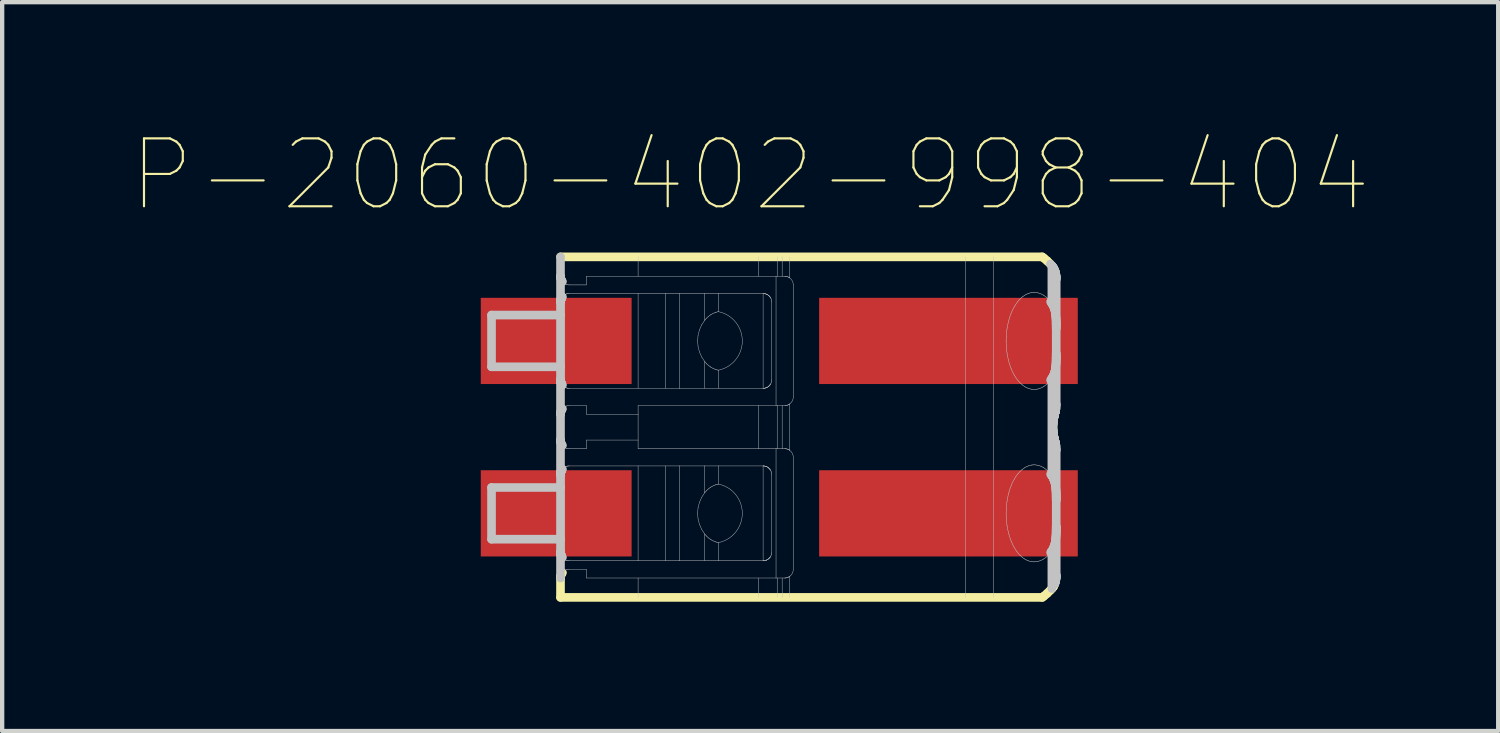
<source format=kicad_pcb>
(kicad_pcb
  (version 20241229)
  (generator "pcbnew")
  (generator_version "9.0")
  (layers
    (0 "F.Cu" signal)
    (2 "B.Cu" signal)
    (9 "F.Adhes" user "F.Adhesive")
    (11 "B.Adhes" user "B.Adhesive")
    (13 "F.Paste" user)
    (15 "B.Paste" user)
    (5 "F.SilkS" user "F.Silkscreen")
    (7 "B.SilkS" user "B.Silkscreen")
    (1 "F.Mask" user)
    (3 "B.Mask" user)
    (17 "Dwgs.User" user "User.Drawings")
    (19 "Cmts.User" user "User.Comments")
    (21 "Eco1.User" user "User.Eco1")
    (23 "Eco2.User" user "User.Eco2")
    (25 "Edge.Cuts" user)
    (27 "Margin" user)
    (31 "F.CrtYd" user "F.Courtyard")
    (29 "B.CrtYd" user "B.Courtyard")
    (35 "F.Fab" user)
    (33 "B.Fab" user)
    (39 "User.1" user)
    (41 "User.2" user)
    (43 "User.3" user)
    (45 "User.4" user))
  (footprint "P-2060-402-998-404"
    (layer "F.Cu")
    (at 14.903 6.859)
    (property "Reference" "P-2060-402-998-404" (at -0.55 -5.85 0) (layer "F.SilkS") (effects (font (size 1.575 1.575) (thickness 0.05))))
    (attr smd)
    (fp_line (start -4.95 3.5) (end -4.95 3.95) (stroke (width 0.2) (type solid)) (layer "F.SilkS"))
    (fp_line (start -4.95 3.5) (end -4.95 3.493) (stroke (width 0.2) (type solid)) (layer "F.SilkS"))
    (fp_line (start -4.95 3.95) (end 6.225 3.95) (stroke (width 0.2) (type solid)) (layer "F.SilkS"))
    (fp_line (start -4.95 3.493) (end -4.949 3.478) (stroke (width 0.2) (type solid)) (layer "F.SilkS"))
    (fp_line (start -4.949 3.478) (end -4.946 3.462) (stroke (width 0.2) (type solid)) (layer "F.SilkS"))
    (fp_line (start -4.946 3.462) (end -4.945 3.455) (stroke (width 0.2) (type solid)) (layer "F.SilkS"))
    (fp_line (start -4.945 3.455) (end -4.943 3.447) (stroke (width 0.2) (type solid)) (layer "F.SilkS"))
    (fp_line (start -4.943 3.447) (end -4.938 3.432) (stroke (width 0.2) (type solid)) (layer "F.SilkS"))
    (fp_line (start -4.938 3.432) (end -4.932 3.417) (stroke (width 0.2) (type solid)) (layer "F.SilkS"))
    (fp_line (start -4.932 3.417) (end -4.925 3.402) (stroke (width 0.2) (type solid)) (layer "F.SilkS"))
    (fp_line (start -4.925 3.402) (end -4.916 3.388) (stroke (width 0.2) (type solid)) (layer "F.SilkS"))
    (fp_line (start -4.916 3.388) (end -4.906 3.375) (stroke (width 0.2) (type solid)) (layer "F.SilkS"))
    (fp_line (start 6.225 -3.95) (end -4.95 -3.95) (stroke (width 0.2) (type solid)) (layer "F.SilkS"))
    (fp_line (start 6.225 -3.95) (end 6.264 -3.921) (stroke (width 0.2) (type solid)) (layer "F.SilkS"))
    (fp_line (start 6.264 -3.921) (end 6.34 -3.857) (stroke (width 0.2) (type solid)) (layer "F.SilkS"))
    (fp_line (start 6.264 3.921) (end 6.225 3.95) (stroke (width 0.2) (type solid)) (layer "F.SilkS"))
    (fp_line (start 6.34 -3.857) (end 6.414 -3.784) (stroke (width 0.2) (type solid)) (layer "F.SilkS"))
    (fp_line (start 6.34 3.857) (end 6.264 3.921) (stroke (width 0.2) (type solid)) (layer "F.SilkS"))
    (fp_line (start 6.414 3.784) (end 6.34 3.857) (stroke (width 0.2) (type solid)) (layer "F.SilkS"))
    (fp_line (start 6.449 3.745) (end 6.414 3.784) (stroke (width 0.2) (type solid)) (layer "F.SilkS"))
    (fp_line (start 6.455 3.738) (end 6.449 3.745) (stroke (width 0.2) (type solid)) (layer "F.SilkS"))
    (fp_line (start 6.467 3.724) (end 6.455 3.738) (stroke (width 0.2) (type solid)) (layer "F.SilkS"))
    (fp_line (start 6.477 3.709) (end 6.467 3.724) (stroke (width 0.2) (type solid)) (layer "F.SilkS"))
    (fp_line (start 6.481 3.702) (end 6.477 3.709) (stroke (width 0.2) (type solid)) (layer "F.SilkS"))
    (fp_line (start 6.486 3.695) (end 6.481 3.702) (stroke (width 0.2) (type solid)) (layer "F.SilkS"))
    (fp_line (start 6.495 3.68) (end 6.486 3.695) (stroke (width 0.2) (type solid)) (layer "F.SilkS"))
    (fp_line (start 6.503 3.664) (end 6.495 3.68) (stroke (width 0.2) (type solid)) (layer "F.SilkS"))
    (fp_line (start 6.511 3.647) (end 6.503 3.664) (stroke (width 0.2) (type solid)) (layer "F.SilkS"))
    (fp_line (start -6.55 -1.4) (end -6.55 -2.6) (stroke (width 0.2) (type solid)) (layer "Dwgs.User"))
    (fp_line (start -6.55 2.6) (end -6.55 1.4) (stroke (width 0.2) (type solid)) (layer "Dwgs.User"))
    (fp_line (start -4.95 -3.95) (end -4.95 -3.5) (stroke (width 0.2) (type solid)) (layer "Dwgs.User"))
    (fp_line (start -4.95 -3.5) (end -4.95 -2.903) (stroke (width 0.2) (type solid)) (layer "Dwgs.User"))
    (fp_line (start -4.95 -2.903) (end -4.95 -2.6) (stroke (width 0.2) (type solid)) (layer "Dwgs.User"))
    (fp_line (start -4.95 -2.903) (end -4.95 -2.905) (stroke (width 0.2) (type solid)) (layer "Dwgs.User"))
    (fp_line (start -4.95 -2.6) (end -6.55 -2.6) (stroke (width 0.2) (type solid)) (layer "Dwgs.User"))
    (fp_line (start -4.95 -2.6) (end -4.95 -1.4) (stroke (width 0.2) (type solid)) (layer "Dwgs.User"))
    (fp_line (start -4.95 -1.4) (end -6.55 -1.4) (stroke (width 0.2) (type solid)) (layer "Dwgs.User"))
    (fp_line (start -4.95 -1.4) (end -4.95 -1.097) (stroke (width 0.2) (type solid)) (layer "Dwgs.User"))
    (fp_line (start -4.95 -1.097) (end -4.95 -0.3) (stroke (width 0.2) (type solid)) (layer "Dwgs.User"))
    (fp_line (start -4.95 -0.3) (end -4.95 0.3) (stroke (width 0.2) (type solid)) (layer "Dwgs.User"))
    (fp_line (start -4.95 -0.3) (end -4.95 -0.307) (stroke (width 0.2) (type solid)) (layer "Dwgs.User"))
    (fp_line (start -4.95 0.3) (end -4.95 1.097) (stroke (width 0.2) (type solid)) (layer "Dwgs.User"))
    (fp_line (start -4.95 1.097) (end -4.95 1.4) (stroke (width 0.2) (type solid)) (layer "Dwgs.User"))
    (fp_line (start -4.95 1.097) (end -4.95 1.095) (stroke (width 0.2) (type solid)) (layer "Dwgs.User"))
    (fp_line (start -4.95 1.4) (end -6.55 1.4) (stroke (width 0.2) (type solid)) (layer "Dwgs.User"))
    (fp_line (start -4.95 1.4) (end -4.95 2.6) (stroke (width 0.2) (type solid)) (layer "Dwgs.User"))
    (fp_line (start -4.95 2.6) (end -6.55 2.6) (stroke (width 0.2) (type solid)) (layer "Dwgs.User"))
    (fp_line (start -4.95 2.6) (end -4.95 2.903) (stroke (width 0.2) (type solid)) (layer "Dwgs.User"))
    (fp_line (start -4.95 2.903) (end -4.95 3.5) (stroke (width 0.2) (type solid)) (layer "Dwgs.User"))
    (fp_line (start -4.95 -3.493) (end -4.95 -3.5) (stroke (width 0.2) (type solid)) (layer "Dwgs.User"))
    (fp_line (start -4.95 -2.907) (end -4.95 -2.909) (stroke (width 0.2) (type solid)) (layer "Dwgs.User"))
    (fp_line (start -4.95 -2.905) (end -4.95 -2.907) (stroke (width 0.2) (type solid)) (layer "Dwgs.User"))
    (fp_line (start -4.95 -1.095) (end -4.95 -1.097) (stroke (width 0.2) (type solid)) (layer "Dwgs.User"))
    (fp_line (start -4.95 -1.093) (end -4.95 -1.095) (stroke (width 0.2) (type solid)) (layer "Dwgs.User"))
    (fp_line (start -4.95 -0.307) (end -4.949 -0.322) (stroke (width 0.2) (type solid)) (layer "Dwgs.User"))
    (fp_line (start -4.95 0.307) (end -4.95 0.3) (stroke (width 0.2) (type solid)) (layer "Dwgs.User"))
    (fp_line (start -4.95 1.093) (end -4.95 1.091) (stroke (width 0.2) (type solid)) (layer "Dwgs.User"))
    (fp_line (start -4.95 1.095) (end -4.95 1.093) (stroke (width 0.2) (type solid)) (layer "Dwgs.User"))
    (fp_line (start -4.95 2.905) (end -4.95 2.903) (stroke (width 0.2) (type solid)) (layer "Dwgs.User"))
    (fp_line (start -4.95 2.907) (end -4.95 2.905) (stroke (width 0.2) (type solid)) (layer "Dwgs.User"))
    (fp_line (start -4.95 -2.909) (end -4.95 -2.911) (stroke (width 0.2) (type solid)) (layer "Dwgs.User"))
    (fp_line (start -4.95 -1.091) (end -4.95 -1.093) (stroke (width 0.2) (type solid)) (layer "Dwgs.User"))
    (fp_line (start -4.95 1.091) (end -4.95 1.089) (stroke (width 0.2) (type solid)) (layer "Dwgs.User"))
    (fp_line (start -4.95 2.909) (end -4.95 2.907) (stroke (width 0.2) (type solid)) (layer "Dwgs.User"))
    (fp_line (start -4.95 -2.911) (end -4.949 -2.914) (stroke (width 0.2) (type solid)) (layer "Dwgs.User"))
    (fp_line (start -4.95 -1.089) (end -4.95 -1.091) (stroke (width 0.2) (type solid)) (layer "Dwgs.User"))
    (fp_line (start -4.95 1.089) (end -4.949 1.085) (stroke (width 0.2) (type solid)) (layer "Dwgs.User"))
    (fp_line (start -4.95 2.911) (end -4.95 2.909) (stroke (width 0.2) (type solid)) (layer "Dwgs.User"))
    (fp_line (start -4.949 -2.914) (end -4.949 -2.917) (stroke (width 0.2) (type solid)) (layer "Dwgs.User"))
    (fp_line (start -4.949 -1.085) (end -4.95 -1.089) (stroke (width 0.2) (type solid)) (layer "Dwgs.User"))
    (fp_line (start -4.949 1.085) (end -4.949 1.083) (stroke (width 0.2) (type solid)) (layer "Dwgs.User"))
    (fp_line (start -4.949 2.914) (end -4.95 2.911) (stroke (width 0.2) (type solid)) (layer "Dwgs.User"))
    (fp_line (start -4.949 -2.917) (end -4.949 -2.917) (stroke (width 0.2) (type solid)) (layer "Dwgs.User"))
    (fp_line (start -4.949 -1.083) (end -4.949 -1.085) (stroke (width 0.2) (type solid)) (layer "Dwgs.User"))
    (fp_line (start -4.949 1.083) (end -4.949 1.083) (stroke (width 0.2) (type solid)) (layer "Dwgs.User"))
    (fp_line (start -4.949 2.917) (end -4.949 2.914) (stroke (width 0.2) (type solid)) (layer "Dwgs.User"))
    (fp_line (start -4.949 -2.918) (end -4.949 -2.92) (stroke (width 0.2) (type solid)) (layer "Dwgs.User"))
    (fp_line (start -4.949 -2.917) (end -4.949 -2.918) (stroke (width 0.2) (type solid)) (layer "Dwgs.User"))
    (fp_line (start -4.949 -1.083) (end -4.949 -1.083) (stroke (width 0.2) (type solid)) (layer "Dwgs.User"))
    (fp_line (start -4.949 -1.082) (end -4.949 -1.083) (stroke (width 0.2) (type solid)) (layer "Dwgs.User"))
    (fp_line (start -4.949 1.082) (end -4.949 1.08) (stroke (width 0.2) (type solid)) (layer "Dwgs.User"))
    (fp_line (start -4.949 1.083) (end -4.949 1.082) (stroke (width 0.2) (type solid)) (layer "Dwgs.User"))
    (fp_line (start -4.949 2.917) (end -4.949 2.917) (stroke (width 0.2) (type solid)) (layer "Dwgs.User"))
    (fp_line (start -4.949 2.918) (end -4.949 2.917) (stroke (width 0.2) (type solid)) (layer "Dwgs.User"))
    (fp_line (start -4.949 -2.92) (end -4.949 -2.922) (stroke (width 0.2) (type solid)) (layer "Dwgs.User"))
    (fp_line (start -4.949 -1.08) (end -4.949 -1.082) (stroke (width 0.2) (type solid)) (layer "Dwgs.User"))
    (fp_line (start -4.949 1.08) (end -4.949 1.078) (stroke (width 0.2) (type solid)) (layer "Dwgs.User"))
    (fp_line (start -4.949 2.92) (end -4.949 2.918) (stroke (width 0.2) (type solid)) (layer "Dwgs.User"))
    (fp_line (start -4.949 -2.922) (end -4.949 -2.924) (stroke (width 0.2) (type solid)) (layer "Dwgs.User"))
    (fp_line (start -4.949 -1.078) (end -4.949 -1.08) (stroke (width 0.2) (type solid)) (layer "Dwgs.User"))
    (fp_line (start -4.949 1.078) (end -4.949 1.076) (stroke (width 0.2) (type solid)) (layer "Dwgs.User"))
    (fp_line (start -4.949 2.922) (end -4.949 2.92) (stroke (width 0.2) (type solid)) (layer "Dwgs.User"))
    (fp_line (start -4.949 -3.478) (end -4.95 -3.493) (stroke (width 0.2) (type solid)) (layer "Dwgs.User"))
    (fp_line (start -4.949 -0.322) (end -4.946 -0.338) (stroke (width 0.2) (type solid)) (layer "Dwgs.User"))
    (fp_line (start -4.949 0.322) (end -4.95 0.307) (stroke (width 0.2) (type solid)) (layer "Dwgs.User"))
    (fp_line (start -4.949 -2.924) (end -4.948 -2.926) (stroke (width 0.2) (type solid)) (layer "Dwgs.User"))
    (fp_line (start -4.949 -1.076) (end -4.949 -1.078) (stroke (width 0.2) (type solid)) (layer "Dwgs.User"))
    (fp_line (start -4.949 1.076) (end -4.948 1.074) (stroke (width 0.2) (type solid)) (layer "Dwgs.User"))
    (fp_line (start -4.949 2.924) (end -4.949 2.922) (stroke (width 0.2) (type solid)) (layer "Dwgs.User"))
    (fp_line (start -4.948 -2.926) (end -4.948 -2.928) (stroke (width 0.2) (type solid)) (layer "Dwgs.User"))
    (fp_line (start -4.948 -1.074) (end -4.949 -1.076) (stroke (width 0.2) (type solid)) (layer "Dwgs.User"))
    (fp_line (start -4.948 1.074) (end -4.948 1.072) (stroke (width 0.2) (type solid)) (layer "Dwgs.User"))
    (fp_line (start -4.948 2.926) (end -4.949 2.924) (stroke (width 0.2) (type solid)) (layer "Dwgs.User"))
    (fp_line (start -4.948 -2.928) (end -4.948 -2.929) (stroke (width 0.2) (type solid)) (layer "Dwgs.User"))
    (fp_line (start -4.948 -1.072) (end -4.948 -1.074) (stroke (width 0.2) (type solid)) (layer "Dwgs.User"))
    (fp_line (start -4.948 1.072) (end -4.948 1.071) (stroke (width 0.2) (type solid)) (layer "Dwgs.User"))
    (fp_line (start -4.948 2.928) (end -4.948 2.926) (stroke (width 0.2) (type solid)) (layer "Dwgs.User"))
    (fp_line (start -4.948 -2.929) (end -4.948 -2.93) (stroke (width 0.2) (type solid)) (layer "Dwgs.User"))
    (fp_line (start -4.948 -1.071) (end -4.948 -1.072) (stroke (width 0.2) (type solid)) (layer "Dwgs.User"))
    (fp_line (start -4.948 1.071) (end -4.948 1.07) (stroke (width 0.2) (type solid)) (layer "Dwgs.User"))
    (fp_line (start -4.948 2.929) (end -4.948 2.928) (stroke (width 0.2) (type solid)) (layer "Dwgs.User"))
    (fp_line (start -4.948 -2.93) (end -4.947 -2.932) (stroke (width 0.2) (type solid)) (layer "Dwgs.User"))
    (fp_line (start -4.948 -1.07) (end -4.948 -1.071) (stroke (width 0.2) (type solid)) (layer "Dwgs.User"))
    (fp_line (start -4.948 1.07) (end -4.947 1.068) (stroke (width 0.2) (type solid)) (layer "Dwgs.User"))
    (fp_line (start -4.948 2.93) (end -4.948 2.929) (stroke (width 0.2) (type solid)) (layer "Dwgs.User"))
    (fp_line (start -4.947 -2.932) (end -4.947 -2.934) (stroke (width 0.2) (type solid)) (layer "Dwgs.User"))
    (fp_line (start -4.947 -1.068) (end -4.948 -1.07) (stroke (width 0.2) (type solid)) (layer "Dwgs.User"))
    (fp_line (start -4.947 1.068) (end -4.947 1.066) (stroke (width 0.2) (type solid)) (layer "Dwgs.User"))
    (fp_line (start -4.947 2.932) (end -4.948 2.93) (stroke (width 0.2) (type solid)) (layer "Dwgs.User"))
    (fp_line (start -4.947 -2.934) (end -4.947 -2.935) (stroke (width 0.2) (type solid)) (layer "Dwgs.User"))
    (fp_line (start -4.947 -1.066) (end -4.947 -1.068) (stroke (width 0.2) (type solid)) (layer "Dwgs.User"))
    (fp_line (start -4.947 1.066) (end -4.947 1.065) (stroke (width 0.2) (type solid)) (layer "Dwgs.User"))
    (fp_line (start -4.947 2.934) (end -4.947 2.932) (stroke (width 0.2) (type solid)) (layer "Dwgs.User"))
    (fp_line (start -4.947 -2.935) (end -4.947 -2.936) (stroke (width 0.2) (type solid)) (layer "Dwgs.User"))
    (fp_line (start -4.947 -1.065) (end -4.947 -1.066) (stroke (width 0.2) (type solid)) (layer "Dwgs.User"))
    (fp_line (start -4.947 1.065) (end -4.947 1.064) (stroke (width 0.2) (type solid)) (layer "Dwgs.User"))
    (fp_line (start -4.947 2.935) (end -4.947 2.934) (stroke (width 0.2) (type solid)) (layer "Dwgs.User"))
    (fp_line (start -4.947 -2.936) (end -4.946 -2.938) (stroke (width 0.2) (type solid)) (layer "Dwgs.User"))
    (fp_line (start -4.947 -1.064) (end -4.947 -1.065) (stroke (width 0.2) (type solid)) (layer "Dwgs.User"))
    (fp_line (start -4.947 1.064) (end -4.946 1.062) (stroke (width 0.2) (type solid)) (layer "Dwgs.User"))
    (fp_line (start -4.947 2.936) (end -4.947 2.935) (stroke (width 0.2) (type solid)) (layer "Dwgs.User"))
    (fp_line (start -4.946 -3.462) (end -4.949 -3.478) (stroke (width 0.2) (type solid)) (layer "Dwgs.User"))
    (fp_line (start -4.946 -2.938) (end -4.946 -2.939) (stroke (width 0.2) (type solid)) (layer "Dwgs.User"))
    (fp_line (start -4.946 -1.062) (end -4.947 -1.064) (stroke (width 0.2) (type solid)) (layer "Dwgs.User"))
    (fp_line (start -4.946 -0.338) (end -4.945 -0.345) (stroke (width 0.2) (type solid)) (layer "Dwgs.User"))
    (fp_line (start -4.946 0.338) (end -4.949 0.322) (stroke (width 0.2) (type solid)) (layer "Dwgs.User"))
    (fp_line (start -4.946 1.062) (end -4.946 1.06) (stroke (width 0.2) (type solid)) (layer "Dwgs.User"))
    (fp_line (start -4.946 2.938) (end -4.947 2.936) (stroke (width 0.2) (type solid)) (layer "Dwgs.User"))
    (fp_line (start -4.946 -2.939) (end -4.946 -2.94) (stroke (width 0.2) (type solid)) (layer "Dwgs.User"))
    (fp_line (start -4.946 -1.06) (end -4.946 -1.062) (stroke (width 0.2) (type solid)) (layer "Dwgs.User"))
    (fp_line (start -4.946 1.06) (end -4.946 1.06) (stroke (width 0.2) (type solid)) (layer "Dwgs.User"))
    (fp_line (start -4.946 2.939) (end -4.946 2.938) (stroke (width 0.2) (type solid)) (layer "Dwgs.User"))
    (fp_line (start -4.946 -2.94) (end -4.946 -2.941) (stroke (width 0.2) (type solid)) (layer "Dwgs.User"))
    (fp_line (start -4.946 -1.06) (end -4.946 -1.06) (stroke (width 0.2) (type solid)) (layer "Dwgs.User"))
    (fp_line (start -4.946 1.06) (end -4.946 1.059) (stroke (width 0.2) (type solid)) (layer "Dwgs.User"))
    (fp_line (start -4.946 2.94) (end -4.946 2.939) (stroke (width 0.2) (type solid)) (layer "Dwgs.User"))
    (fp_line (start -4.946 -2.941) (end -4.945 -2.943) (stroke (width 0.2) (type solid)) (layer "Dwgs.User"))
    (fp_line (start -4.946 -1.059) (end -4.946 -1.06) (stroke (width 0.2) (type solid)) (layer "Dwgs.User"))
    (fp_line (start -4.946 1.059) (end -4.945 1.057) (stroke (width 0.2) (type solid)) (layer "Dwgs.User"))
    (fp_line (start -4.946 2.941) (end -4.946 2.94) (stroke (width 0.2) (type solid)) (layer "Dwgs.User"))
    (fp_line (start -4.945 -2.943) (end -4.945 -2.945) (stroke (width 0.2) (type solid)) (layer "Dwgs.User"))
    (fp_line (start -4.945 -1.057) (end -4.946 -1.059) (stroke (width 0.2) (type solid)) (layer "Dwgs.User"))
    (fp_line (start -4.945 1.057) (end -4.945 1.055) (stroke (width 0.2) (type solid)) (layer "Dwgs.User"))
    (fp_line (start -4.945 2.943) (end -4.946 2.941) (stroke (width 0.2) (type solid)) (layer "Dwgs.User"))
    (fp_line (start -4.945 -3.455) (end -4.946 -3.462) (stroke (width 0.2) (type solid)) (layer "Dwgs.User"))
    (fp_line (start -4.945 -2.945) (end -4.944 -2.947) (stroke (width 0.2) (type solid)) (layer "Dwgs.User"))
    (fp_line (start -4.945 -1.055) (end -4.945 -1.057) (stroke (width 0.2) (type solid)) (layer "Dwgs.User"))
    (fp_line (start -4.945 -0.345) (end -4.943 -0.353) (stroke (width 0.2) (type solid)) (layer "Dwgs.User"))
    (fp_line (start -4.945 0.345) (end -4.946 0.338) (stroke (width 0.2) (type solid)) (layer "Dwgs.User"))
    (fp_line (start -4.945 1.055) (end -4.944 1.053) (stroke (width 0.2) (type solid)) (layer "Dwgs.User"))
    (fp_line (start -4.945 2.945) (end -4.945 2.943) (stroke (width 0.2) (type solid)) (layer "Dwgs.User"))
    (fp_line (start -4.944 -2.947) (end -4.944 -2.949) (stroke (width 0.2) (type solid)) (layer "Dwgs.User"))
    (fp_line (start -4.944 -1.053) (end -4.945 -1.055) (stroke (width 0.2) (type solid)) (layer "Dwgs.User"))
    (fp_line (start -4.944 1.053) (end -4.944 1.051) (stroke (width 0.2) (type solid)) (layer "Dwgs.User"))
    (fp_line (start -4.944 2.947) (end -4.945 2.945) (stroke (width 0.2) (type solid)) (layer "Dwgs.User"))
    (fp_line (start -4.944 -2.949) (end -4.943 -2.951) (stroke (width 0.2) (type solid)) (layer "Dwgs.User"))
    (fp_line (start -4.944 -1.051) (end -4.944 -1.053) (stroke (width 0.2) (type solid)) (layer "Dwgs.User"))
    (fp_line (start -4.944 1.051) (end -4.943 1.049) (stroke (width 0.2) (type solid)) (layer "Dwgs.User"))
    (fp_line (start -4.944 2.949) (end -4.944 2.947) (stroke (width 0.2) (type solid)) (layer "Dwgs.User"))
    (fp_line (start -4.943 -2.951) (end -4.943 -2.952) (stroke (width 0.2) (type solid)) (layer "Dwgs.User"))
    (fp_line (start -4.943 -1.049) (end -4.944 -1.051) (stroke (width 0.2) (type solid)) (layer "Dwgs.User"))
    (fp_line (start -4.943 1.049) (end -4.943 1.048) (stroke (width 0.2) (type solid)) (layer "Dwgs.User"))
    (fp_line (start -4.943 2.951) (end -4.944 2.949) (stroke (width 0.2) (type solid)) (layer "Dwgs.User"))
    (fp_line (start -4.943 -2.952) (end -4.943 -2.953) (stroke (width 0.2) (type solid)) (layer "Dwgs.User"))
    (fp_line (start -4.943 -1.048) (end -4.943 -1.049) (stroke (width 0.2) (type solid)) (layer "Dwgs.User"))
    (fp_line (start -4.943 1.048) (end -4.943 1.047) (stroke (width 0.2) (type solid)) (layer "Dwgs.User"))
    (fp_line (start -4.943 2.952) (end -4.943 2.951) (stroke (width 0.2) (type solid)) (layer "Dwgs.User"))
    (fp_line (start -4.943 -3.447) (end -4.945 -3.455) (stroke (width 0.2) (type solid)) (layer "Dwgs.User"))
    (fp_line (start -4.943 -2.953) (end -4.942 -2.955) (stroke (width 0.2) (type solid)) (layer "Dwgs.User"))
    (fp_line (start -4.943 -1.047) (end -4.943 -1.048) (stroke (width 0.2) (type solid)) (layer "Dwgs.User"))
    (fp_line (start -4.943 -0.353) (end -4.938 -0.368) (stroke (width 0.2) (type solid)) (layer "Dwgs.User"))
    (fp_line (start -4.943 0.353) (end -4.945 0.345) (stroke (width 0.2) (type solid)) (layer "Dwgs.User"))
    (fp_line (start -4.943 1.047) (end -4.942 1.045) (stroke (width 0.2) (type solid)) (layer "Dwgs.User"))
    (fp_line (start -4.943 2.953) (end -4.943 2.952) (stroke (width 0.2) (type solid)) (layer "Dwgs.User"))
    (fp_line (start -4.942 -2.955) (end -4.942 -2.956) (stroke (width 0.2) (type solid)) (layer "Dwgs.User"))
    (fp_line (start -4.942 -1.045) (end -4.943 -1.047) (stroke (width 0.2) (type solid)) (layer "Dwgs.User"))
    (fp_line (start -4.942 1.045) (end -4.942 1.044) (stroke (width 0.2) (type solid)) (layer "Dwgs.User"))
    (fp_line (start -4.942 2.955) (end -4.943 2.953) (stroke (width 0.2) (type solid)) (layer "Dwgs.User"))
    (fp_line (start -4.942 -2.956) (end -4.941 -2.958) (stroke (width 0.2) (type solid)) (layer "Dwgs.User"))
    (fp_line (start -4.942 -1.044) (end -4.942 -1.045) (stroke (width 0.2) (type solid)) (layer "Dwgs.User"))
    (fp_line (start -4.942 1.044) (end -4.941 1.042) (stroke (width 0.2) (type solid)) (layer "Dwgs.User"))
    (fp_line (start -4.942 2.956) (end -4.942 2.955) (stroke (width 0.2) (type solid)) (layer "Dwgs.User"))
    (fp_line (start -4.941 -2.958) (end -4.941 -2.96) (stroke (width 0.2) (type solid)) (layer "Dwgs.User"))
    (fp_line (start -4.941 -1.042) (end -4.942 -1.044) (stroke (width 0.2) (type solid)) (layer "Dwgs.User"))
    (fp_line (start -4.941 1.042) (end -4.941 1.04) (stroke (width 0.2) (type solid)) (layer "Dwgs.User"))
    (fp_line (start -4.941 2.958) (end -4.942 2.956) (stroke (width 0.2) (type solid)) (layer "Dwgs.User"))
    (fp_line (start -4.941 -2.96) (end -4.94 -2.962) (stroke (width 0.2) (type solid)) (layer "Dwgs.User"))
    (fp_line (start -4.941 -1.04) (end -4.941 -1.042) (stroke (width 0.2) (type solid)) (layer "Dwgs.User"))
    (fp_line (start -4.941 1.04) (end -4.94 1.038) (stroke (width 0.2) (type solid)) (layer "Dwgs.User"))
    (fp_line (start -4.941 2.96) (end -4.941 2.958) (stroke (width 0.2) (type solid)) (layer "Dwgs.User"))
    (fp_line (start -4.94 -2.962) (end -4.94 -2.963) (stroke (width 0.2) (type solid)) (layer "Dwgs.User"))
    (fp_line (start -4.94 -1.038) (end -4.941 -1.04) (stroke (width 0.2) (type solid)) (layer "Dwgs.User"))
    (fp_line (start -4.94 1.038) (end -4.94 1.037) (stroke (width 0.2) (type solid)) (layer "Dwgs.User"))
    (fp_line (start -4.94 2.962) (end -4.941 2.96) (stroke (width 0.2) (type solid)) (layer "Dwgs.User"))
    (fp_line (start -4.94 -2.963) (end -4.939 -2.964) (stroke (width 0.2) (type solid)) (layer "Dwgs.User"))
    (fp_line (start -4.94 -1.037) (end -4.94 -1.038) (stroke (width 0.2) (type solid)) (layer "Dwgs.User"))
    (fp_line (start -4.94 1.037) (end -4.939 1.036) (stroke (width 0.2) (type solid)) (layer "Dwgs.User"))
    (fp_line (start -4.94 2.963) (end -4.94 2.962) (stroke (width 0.2) (type solid)) (layer "Dwgs.User"))
    (fp_line (start -4.939 -2.964) (end -4.939 -2.966) (stroke (width 0.2) (type solid)) (layer "Dwgs.User"))
    (fp_line (start -4.939 -1.036) (end -4.94 -1.037) (stroke (width 0.2) (type solid)) (layer "Dwgs.User"))
    (fp_line (start -4.939 1.036) (end -4.939 1.034) (stroke (width 0.2) (type solid)) (layer "Dwgs.User"))
    (fp_line (start -4.939 2.964) (end -4.94 2.963) (stroke (width 0.2) (type solid)) (layer "Dwgs.User"))
    (fp_line (start -4.939 -2.966) (end -4.938 -2.967) (stroke (width 0.2) (type solid)) (layer "Dwgs.User"))
    (fp_line (start -4.939 -1.034) (end -4.939 -1.036) (stroke (width 0.2) (type solid)) (layer "Dwgs.User"))
    (fp_line (start -4.939 1.034) (end -4.938 1.032) (stroke (width 0.2) (type solid)) (layer "Dwgs.User"))
    (fp_line (start -4.939 2.966) (end -4.939 2.964) (stroke (width 0.2) (type solid)) (layer "Dwgs.User"))
    (fp_line (start -4.938 -2.967) (end -4.936 -2.973) (stroke (width 0.2) (type solid)) (layer "Dwgs.User"))
    (fp_line (start -4.938 -1.032) (end -4.939 -1.034) (stroke (width 0.2) (type solid)) (layer "Dwgs.User"))
    (fp_line (start -4.938 1.032) (end -4.936 1.027) (stroke (width 0.2) (type solid)) (layer "Dwgs.User"))
    (fp_line (start -4.938 2.967) (end -4.939 2.966) (stroke (width 0.2) (type solid)) (layer "Dwgs.User"))
    (fp_line (start -4.938 -3.432) (end -4.943 -3.447) (stroke (width 0.2) (type solid)) (layer "Dwgs.User"))
    (fp_line (start -4.938 -0.368) (end -4.932 -0.383) (stroke (width 0.2) (type solid)) (layer "Dwgs.User"))
    (fp_line (start -4.938 0.368) (end -4.943 0.353) (stroke (width 0.2) (type solid)) (layer "Dwgs.User"))
    (fp_line (start -4.936 -2.973) (end -4.936 -2.974) (stroke (width 0.2) (type solid)) (layer "Dwgs.User"))
    (fp_line (start -4.936 -1.027) (end -4.938 -1.032) (stroke (width 0.2) (type solid)) (layer "Dwgs.User"))
    (fp_line (start -4.936 1.027) (end -4.936 1.026) (stroke (width 0.2) (type solid)) (layer "Dwgs.User"))
    (fp_line (start -4.936 2.973) (end -4.938 2.967) (stroke (width 0.2) (type solid)) (layer "Dwgs.User"))
    (fp_line (start -4.936 -2.974) (end -4.936 -2.975) (stroke (width 0.2) (type solid)) (layer "Dwgs.User"))
    (fp_line (start -4.936 -1.026) (end -4.936 -1.027) (stroke (width 0.2) (type solid)) (layer "Dwgs.User"))
    (fp_line (start -4.936 1.026) (end -4.936 1.025) (stroke (width 0.2) (type solid)) (layer "Dwgs.User"))
    (fp_line (start -4.936 2.974) (end -4.936 2.973) (stroke (width 0.2) (type solid)) (layer "Dwgs.User"))
    (fp_line (start -4.936 -2.975) (end -4.935 -2.977) (stroke (width 0.2) (type solid)) (layer "Dwgs.User"))
    (fp_line (start -4.936 -1.025) (end -4.936 -1.026) (stroke (width 0.2) (type solid)) (layer "Dwgs.User"))
    (fp_line (start -4.936 1.025) (end -4.935 1.024) (stroke (width 0.2) (type solid)) (layer "Dwgs.User"))
    (fp_line (start -4.936 2.975) (end -4.936 2.974) (stroke (width 0.2) (type solid)) (layer "Dwgs.User"))
    (fp_line (start -4.935 -2.977) (end -4.934 -2.978) (stroke (width 0.2) (type solid)) (layer "Dwgs.User"))
    (fp_line (start -4.935 -1.024) (end -4.936 -1.025) (stroke (width 0.2) (type solid)) (layer "Dwgs.User"))
    (fp_line (start -4.935 1.024) (end -4.934 1.022) (stroke (width 0.2) (type solid)) (layer "Dwgs.User"))
    (fp_line (start -4.935 2.977) (end -4.936 2.975) (stroke (width 0.2) (type solid)) (layer "Dwgs.User"))
    (fp_line (start -4.934 -2.978) (end -4.931 -2.985) (stroke (width 0.2) (type solid)) (layer "Dwgs.User"))
    (fp_line (start -4.934 -1.022) (end -4.935 -1.024) (stroke (width 0.2) (type solid)) (layer "Dwgs.User"))
    (fp_line (start -4.934 1.022) (end -4.931 1.016) (stroke (width 0.2) (type solid)) (layer "Dwgs.User"))
    (fp_line (start -4.934 2.978) (end -4.935 2.977) (stroke (width 0.2) (type solid)) (layer "Dwgs.User"))
    (fp_line (start -4.932 -3.417) (end -4.938 -3.432) (stroke (width 0.2) (type solid)) (layer "Dwgs.User"))
    (fp_line (start -4.932 -0.383) (end -4.925 -0.398) (stroke (width 0.2) (type solid)) (layer "Dwgs.User"))
    (fp_line (start -4.932 0.383) (end -4.938 0.368) (stroke (width 0.2) (type solid)) (layer "Dwgs.User"))
    (fp_line (start -4.931 -2.985) (end -4.926 -2.995) (stroke (width 0.2) (type solid)) (layer "Dwgs.User"))
    (fp_line (start -4.931 -1.016) (end -4.934 -1.022) (stroke (width 0.2) (type solid)) (layer "Dwgs.User"))
    (fp_line (start -4.931 1.016) (end -4.926 1.005) (stroke (width 0.2) (type solid)) (layer "Dwgs.User"))
    (fp_line (start -4.931 2.985) (end -4.934 2.978) (stroke (width 0.2) (type solid)) (layer "Dwgs.User"))
    (fp_line (start -4.926 -2.995) (end -4.923 -3) (stroke (width 0.2) (type solid)) (layer "Dwgs.User"))
    (fp_line (start -4.926 -1.005) (end -4.931 -1.016) (stroke (width 0.2) (type solid)) (layer "Dwgs.User"))
    (fp_line (start -4.926 1.005) (end -4.923 1) (stroke (width 0.2) (type solid)) (layer "Dwgs.User"))
    (fp_line (start -4.926 2.995) (end -4.931 2.985) (stroke (width 0.2) (type solid)) (layer "Dwgs.User"))
    (fp_line (start -4.925 -3.402) (end -4.932 -3.417) (stroke (width 0.2) (type solid)) (layer "Dwgs.User"))
    (fp_line (start -4.925 -0.398) (end -4.916 -0.412) (stroke (width 0.2) (type solid)) (layer "Dwgs.User"))
    (fp_line (start -4.925 0.398) (end -4.932 0.383) (stroke (width 0.2) (type solid)) (layer "Dwgs.User"))
    (fp_line (start -4.923 -3) (end -4.92 -3.005) (stroke (width 0.2) (type solid)) (layer "Dwgs.User"))
    (fp_line (start -4.923 -1) (end -4.926 -1.005) (stroke (width 0.2) (type solid)) (layer "Dwgs.User"))
    (fp_line (start -4.923 1) (end -4.92 0.995) (stroke (width 0.2) (type solid)) (layer "Dwgs.User"))
    (fp_line (start -4.923 3) (end -4.926 2.995) (stroke (width 0.2) (type solid)) (layer "Dwgs.User"))
    (fp_line (start -4.92 -3.005) (end -4.914 -3.015) (stroke (width 0.2) (type solid)) (layer "Dwgs.User"))
    (fp_line (start -4.92 -0.995) (end -4.923 -1) (stroke (width 0.2) (type solid)) (layer "Dwgs.User"))
    (fp_line (start -4.92 0.995) (end -4.914 0.985) (stroke (width 0.2) (type solid)) (layer "Dwgs.User"))
    (fp_line (start -4.92 3.005) (end -4.923 3) (stroke (width 0.2) (type solid)) (layer "Dwgs.User"))
    (fp_line (start -4.916 -3.388) (end -4.925 -3.402) (stroke (width 0.2) (type solid)) (layer "Dwgs.User"))
    (fp_line (start -4.916 -0.412) (end -4.906 -0.425) (stroke (width 0.2) (type solid)) (layer "Dwgs.User"))
    (fp_line (start -4.916 0.412) (end -4.925 0.398) (stroke (width 0.2) (type solid)) (layer "Dwgs.User"))
    (fp_line (start -4.914 -3.015) (end -4.907 -3.024) (stroke (width 0.2) (type solid)) (layer "Dwgs.User"))
    (fp_line (start -4.914 -0.985) (end -4.92 -0.995) (stroke (width 0.2) (type solid)) (layer "Dwgs.User"))
    (fp_line (start -4.914 0.985) (end -4.907 0.976) (stroke (width 0.2) (type solid)) (layer "Dwgs.User"))
    (fp_line (start -4.914 3.015) (end -4.92 3.005) (stroke (width 0.2) (type solid)) (layer "Dwgs.User"))
    (fp_line (start -4.907 -3.024) (end -4.899 -3.033) (stroke (width 0.01) (type solid)) (layer "Dwgs.User"))
    (fp_line (start -4.907 -0.976) (end -4.914 -0.985) (stroke (width 0.2) (type solid)) (layer "Dwgs.User"))
    (fp_line (start -4.907 0.976) (end -4.899 0.967) (stroke (width 0.01) (type solid)) (layer "Dwgs.User"))
    (fp_line (start -4.907 3.024) (end -4.914 3.015) (stroke (width 0.2) (type solid)) (layer "Dwgs.User"))
    (fp_line (start -4.906 -3.375) (end -4.916 -3.388) (stroke (width 0.2) (type solid)) (layer "Dwgs.User"))
    (fp_line (start -4.906 -0.425) (end -4.9 -0.432) (stroke (width 0.01) (type solid)) (layer "Dwgs.User"))
    (fp_line (start -4.906 0.425) (end -4.916 0.412) (stroke (width 0.2) (type solid)) (layer "Dwgs.User"))
    (fp_line (start -4.906 3.375) (end -4.9 3.368) (stroke (width 0.01) (type solid)) (layer "Dwgs.User"))
    (fp_line (start -4.9 -3.368) (end -4.906 -3.375) (stroke (width 0.01) (type solid)) (layer "Dwgs.User"))
    (fp_line (start -4.9 -0.432) (end -4.895 -0.438) (stroke (width 0.01) (type solid)) (layer "Dwgs.User"))
    (fp_line (start -4.9 0.432) (end -4.906 0.425) (stroke (width 0.01) (type solid)) (layer "Dwgs.User"))
    (fp_line (start -4.9 3.368) (end -4.895 3.362) (stroke (width 0.01) (type solid)) (layer "Dwgs.User"))
    (fp_line (start -4.899 -3.033) (end -4.891 -3.041) (stroke (width 0.01) (type solid)) (layer "Dwgs.User"))
    (fp_line (start -4.899 -0.967) (end -4.907 -0.976) (stroke (width 0.01) (type solid)) (layer "Dwgs.User"))
    (fp_line (start -4.899 0.967) (end -4.891 0.959) (stroke (width 0.01) (type solid)) (layer "Dwgs.User"))
    (fp_line (start -4.899 3.033) (end -4.907 3.024) (stroke (width 0.01) (type solid)) (layer "Dwgs.User"))
    (fp_line (start -4.895 -3.362) (end -4.9 -3.368) (stroke (width 0.01) (type solid)) (layer "Dwgs.User"))
    (fp_line (start -4.895 -0.438) (end -4.882 -0.45) (stroke (width 0.01) (type solid)) (layer "Dwgs.User"))
    (fp_line (start -4.895 0.438) (end -4.9 0.432) (stroke (width 0.01) (type solid)) (layer "Dwgs.User"))
    (fp_line (start -4.895 3.362) (end -4.882 3.35) (stroke (width 0.01) (type solid)) (layer "Dwgs.User"))
    (fp_line (start -4.891 -3.041) (end -4.883 -3.049) (stroke (width 0.01) (type solid)) (layer "Dwgs.User"))
    (fp_line (start -4.891 -0.959) (end -4.899 -0.967) (stroke (width 0.01) (type solid)) (layer "Dwgs.User"))
    (fp_line (start -4.891 0.959) (end -4.883 0.951) (stroke (width 0.01) (type solid)) (layer "Dwgs.User"))
    (fp_line (start -4.891 3.041) (end -4.899 3.033) (stroke (width 0.01) (type solid)) (layer "Dwgs.User"))
    (fp_line (start -4.883 -3.049) (end -4.879 -3.053) (stroke (width 0.01) (type solid)) (layer "Dwgs.User"))
    (fp_line (start -4.883 -0.951) (end -4.891 -0.959) (stroke (width 0.01) (type solid)) (layer "Dwgs.User"))
    (fp_line (start -4.883 0.951) (end -4.879 0.947) (stroke (width 0.01) (type solid)) (layer "Dwgs.User"))
    (fp_line (start -4.883 3.049) (end -4.891 3.041) (stroke (width 0.01) (type solid)) (layer "Dwgs.User"))
    (fp_line (start -4.882 -3.35) (end -4.895 -3.362) (stroke (width 0.01) (type solid)) (layer "Dwgs.User"))
    (fp_line (start -4.882 -0.45) (end -4.868 -0.461) (stroke (width 0.01) (type solid)) (layer "Dwgs.User"))
    (fp_line (start -4.882 0.45) (end -4.895 0.438) (stroke (width 0.01) (type solid)) (layer "Dwgs.User"))
    (fp_line (start -4.882 3.35) (end -4.868 3.339) (stroke (width 0.01) (type solid)) (layer "Dwgs.User"))
    (fp_line (start -4.879 -3.053) (end -4.874 -3.057) (stroke (width 0.01) (type solid)) (layer "Dwgs.User"))
    (fp_line (start -4.879 -0.947) (end -4.883 -0.951) (stroke (width 0.01) (type solid)) (layer "Dwgs.User"))
    (fp_line (start -4.879 0.947) (end -4.874 0.943) (stroke (width 0.01) (type solid)) (layer "Dwgs.User"))
    (fp_line (start -4.879 3.053) (end -4.883 3.049) (stroke (width 0.01) (type solid)) (layer "Dwgs.User"))
    (fp_line (start -4.874 -3.057) (end -4.865 -3.064) (stroke (width 0.01) (type solid)) (layer "Dwgs.User"))
    (fp_line (start -4.874 -0.943) (end -4.879 -0.947) (stroke (width 0.01) (type solid)) (layer "Dwgs.User"))
    (fp_line (start -4.874 0.943) (end -4.865 0.936) (stroke (width 0.01) (type solid)) (layer "Dwgs.User"))
    (fp_line (start -4.874 3.057) (end -4.879 3.053) (stroke (width 0.01) (type solid)) (layer "Dwgs.User"))
    (fp_line (start -4.868 -3.339) (end -4.882 -3.35) (stroke (width 0.01) (type solid)) (layer "Dwgs.User"))
    (fp_line (start -4.868 -0.461) (end -4.853 -0.471) (stroke (width 0.01) (type solid)) (layer "Dwgs.User"))
    (fp_line (start -4.868 0.461) (end -4.882 0.45) (stroke (width 0.01) (type solid)) (layer "Dwgs.User"))
    (fp_line (start -4.868 3.339) (end -4.853 3.329) (stroke (width 0.01) (type solid)) (layer "Dwgs.User"))
    (fp_line (start -4.865 -3.064) (end -4.855 -3.07) (stroke (width 0.01) (type solid)) (layer "Dwgs.User"))
    (fp_line (start -4.865 -0.936) (end -4.874 -0.943) (stroke (width 0.01) (type solid)) (layer "Dwgs.User"))
    (fp_line (start -4.865 0.936) (end -4.855 0.93) (stroke (width 0.01) (type solid)) (layer "Dwgs.User"))
    (fp_line (start -4.865 3.064) (end -4.874 3.057) (stroke (width 0.01) (type solid)) (layer "Dwgs.User"))
    (fp_line (start -4.855 -3.07) (end -4.85 -3.073) (stroke (width 0.01) (type solid)) (layer "Dwgs.User"))
    (fp_line (start -4.855 -0.93) (end -4.865 -0.936) (stroke (width 0.01) (type solid)) (layer "Dwgs.User"))
    (fp_line (start -4.855 0.93) (end -4.85 0.927) (stroke (width 0.01) (type solid)) (layer "Dwgs.User"))
    (fp_line (start -4.855 3.07) (end -4.865 3.064) (stroke (width 0.01) (type solid)) (layer "Dwgs.User"))
    (fp_line (start -4.853 -3.329) (end -4.868 -3.339) (stroke (width 0.01) (type solid)) (layer "Dwgs.User"))
    (fp_line (start -4.853 -0.471) (end -4.837 -0.48) (stroke (width 0.01) (type solid)) (layer "Dwgs.User"))
    (fp_line (start -4.853 0.471) (end -4.868 0.461) (stroke (width 0.01) (type solid)) (layer "Dwgs.User"))
    (fp_line (start -4.853 3.329) (end -4.837 3.32) (stroke (width 0.01) (type solid)) (layer "Dwgs.User"))
    (fp_line (start -4.85 -3.073) (end -4.85 -3.073) (stroke (width 0.01) (type solid)) (layer "Dwgs.User"))
    (fp_line (start -4.85 -0.927) (end -4.855 -0.93) (stroke (width 0.01) (type solid)) (layer "Dwgs.User"))
    (fp_line (start -4.85 -0.927) (end -4.85 -3.073) (stroke (width 0.01) (type solid)) (layer "Dwgs.User"))
    (fp_line (start -4.85 0.927) (end -4.85 0.927) (stroke (width 0.01) (type solid)) (layer "Dwgs.User"))
    (fp_line (start -4.85 3.073) (end -4.855 3.07) (stroke (width 0.01) (type solid)) (layer "Dwgs.User"))
    (fp_line (start -4.85 3.073) (end -4.85 0.927) (stroke (width 0.01) (type solid)) (layer "Dwgs.User"))
    (fp_line (start -4.85 -3.073) (end -4.849 -3.074) (stroke (width 0.01) (type solid)) (layer "Dwgs.User"))
    (fp_line (start -4.85 -0.927) (end -4.85 -0.927) (stroke (width 0.01) (type solid)) (layer "Dwgs.User"))
    (fp_line (start -4.85 0.927) (end -4.849 0.926) (stroke (width 0.01) (type solid)) (layer "Dwgs.User"))
    (fp_line (start -4.85 3.073) (end -4.85 3.073) (stroke (width 0.01) (type solid)) (layer "Dwgs.User"))
    (fp_line (start -4.849 -3.074) (end -4.848 -3.074) (stroke (width 0.01) (type solid)) (layer "Dwgs.User"))
    (fp_line (start -4.849 -0.926) (end -4.85 -0.927) (stroke (width 0.01) (type solid)) (layer "Dwgs.User"))
    (fp_line (start -4.849 0.926) (end -4.848 0.926) (stroke (width 0.01) (type solid)) (layer "Dwgs.User"))
    (fp_line (start -4.849 3.074) (end -4.85 3.073) (stroke (width 0.01) (type solid)) (layer "Dwgs.User"))
    (fp_line (start -4.848 -3.074) (end -4.847 -3.075) (stroke (width 0.01) (type solid)) (layer "Dwgs.User"))
    (fp_line (start -4.848 -0.926) (end -4.849 -0.926) (stroke (width 0.01) (type solid)) (layer "Dwgs.User"))
    (fp_line (start -4.848 0.926) (end -4.847 0.925) (stroke (width 0.01) (type solid)) (layer "Dwgs.User"))
    (fp_line (start -4.848 3.074) (end -4.849 3.074) (stroke (width 0.01) (type solid)) (layer "Dwgs.User"))
    (fp_line (start -4.847 -3.075) (end -4.846 -3.075) (stroke (width 0.01) (type solid)) (layer "Dwgs.User"))
    (fp_line (start -4.847 -0.925) (end -4.848 -0.926) (stroke (width 0.01) (type solid)) (layer "Dwgs.User"))
    (fp_line (start -4.847 0.925) (end -4.846 0.925) (stroke (width 0.01) (type solid)) (layer "Dwgs.User"))
    (fp_line (start -4.847 3.075) (end -4.848 3.074) (stroke (width 0.01) (type solid)) (layer "Dwgs.User"))
    (fp_line (start -4.846 -3.075) (end -4.844 -3.076) (stroke (width 0.01) (type solid)) (layer "Dwgs.User"))
    (fp_line (start -4.846 -0.925) (end -4.847 -0.925) (stroke (width 0.01) (type solid)) (layer "Dwgs.User"))
    (fp_line (start -4.846 0.925) (end -4.844 0.923) (stroke (width 0.01) (type solid)) (layer "Dwgs.User"))
    (fp_line (start -4.846 3.075) (end -4.847 3.075) (stroke (width 0.01) (type solid)) (layer "Dwgs.User"))
    (fp_line (start -4.844 -3.076) (end -4.841 -3.078) (stroke (width 0.01) (type solid)) (layer "Dwgs.User"))
    (fp_line (start -4.844 -0.923) (end -4.846 -0.925) (stroke (width 0.01) (type solid)) (layer "Dwgs.User"))
    (fp_line (start -4.844 0.923) (end -4.841 0.922) (stroke (width 0.01) (type solid)) (layer "Dwgs.User"))
    (fp_line (start -4.844 3.076) (end -4.846 3.075) (stroke (width 0.01) (type solid)) (layer "Dwgs.User"))
    (fp_line (start -4.841 -3.078) (end -4.837 -3.08) (stroke (width 0.01) (type solid)) (layer "Dwgs.User"))
    (fp_line (start -4.841 -0.922) (end -4.844 -0.923) (stroke (width 0.01) (type solid)) (layer "Dwgs.User"))
    (fp_line (start -4.841 0.922) (end -4.837 0.92) (stroke (width 0.01) (type solid)) (layer "Dwgs.User"))
    (fp_line (start -4.841 3.078) (end -4.844 3.076) (stroke (width 0.01) (type solid)) (layer "Dwgs.User"))
    (fp_line (start -4.837 -3.08) (end -4.833 -3.082) (stroke (width 0.01) (type solid)) (layer "Dwgs.User"))
    (fp_line (start -4.837 -0.92) (end -4.841 -0.922) (stroke (width 0.01) (type solid)) (layer "Dwgs.User"))
    (fp_line (start -4.837 0.92) (end -4.833 0.918) (stroke (width 0.01) (type solid)) (layer "Dwgs.User"))
    (fp_line (start -4.837 3.08) (end -4.841 3.078) (stroke (width 0.01) (type solid)) (layer "Dwgs.User"))
    (fp_line (start -4.837 -3.32) (end -4.853 -3.329) (stroke (width 0.01) (type solid)) (layer "Dwgs.User"))
    (fp_line (start -4.837 -0.48) (end -4.819 -0.488) (stroke (width 0.01) (type solid)) (layer "Dwgs.User"))
    (fp_line (start -4.837 0.48) (end -4.853 0.471) (stroke (width 0.01) (type solid)) (layer "Dwgs.User"))
    (fp_line (start -4.837 3.32) (end -4.819 3.312) (stroke (width 0.01) (type solid)) (layer "Dwgs.User"))
    (fp_line (start -4.833 -3.082) (end -4.828 -3.084) (stroke (width 0.01) (type solid)) (layer "Dwgs.User"))
    (fp_line (start -4.833 -0.918) (end -4.837 -0.92) (stroke (width 0.01) (type solid)) (layer "Dwgs.User"))
    (fp_line (start -4.833 0.918) (end -4.828 0.916) (stroke (width 0.01) (type solid)) (layer "Dwgs.User"))
    (fp_line (start -4.833 3.082) (end -4.837 3.08) (stroke (width 0.01) (type solid)) (layer "Dwgs.User"))
    (fp_line (start -4.828 -3.084) (end -4.825 -3.085) (stroke (width 0.01) (type solid)) (layer "Dwgs.User"))
    (fp_line (start -4.828 -0.916) (end -4.833 -0.918) (stroke (width 0.01) (type solid)) (layer "Dwgs.User"))
    (fp_line (start -4.828 0.916) (end -4.825 0.915) (stroke (width 0.01) (type solid)) (layer "Dwgs.User"))
    (fp_line (start -4.828 3.084) (end -4.833 3.082) (stroke (width 0.01) (type solid)) (layer "Dwgs.User"))
    (fp_line (start -4.825 -3.085) (end -4.822 -3.086) (stroke (width 0.01) (type solid)) (layer "Dwgs.User"))
    (fp_line (start -4.825 -0.915) (end -4.828 -0.916) (stroke (width 0.01) (type solid)) (layer "Dwgs.User"))
    (fp_line (start -4.825 0.915) (end -4.822 0.914) (stroke (width 0.01) (type solid)) (layer "Dwgs.User"))
    (fp_line (start -4.825 3.085) (end -4.828 3.084) (stroke (width 0.01) (type solid)) (layer "Dwgs.User"))
    (fp_line (start -4.822 -3.086) (end -4.816 -3.089) (stroke (width 0.01) (type solid)) (layer "Dwgs.User"))
    (fp_line (start -4.822 -0.914) (end -4.825 -0.915) (stroke (width 0.01) (type solid)) (layer "Dwgs.User"))
    (fp_line (start -4.822 0.914) (end -4.816 0.911) (stroke (width 0.01) (type solid)) (layer "Dwgs.User"))
    (fp_line (start -4.822 3.086) (end -4.825 3.085) (stroke (width 0.01) (type solid)) (layer "Dwgs.User"))
    (fp_line (start -4.819 -3.312) (end -4.837 -3.32) (stroke (width 0.01) (type solid)) (layer "Dwgs.User"))
    (fp_line (start -4.819 -0.488) (end -4.81 -0.491) (stroke (width 0.01) (type solid)) (layer "Dwgs.User"))
    (fp_line (start -4.819 0.488) (end -4.837 0.48) (stroke (width 0.01) (type solid)) (layer "Dwgs.User"))
    (fp_line (start -4.819 3.312) (end -4.81 3.309) (stroke (width 0.01) (type solid)) (layer "Dwgs.User"))
    (fp_line (start -4.816 -3.089) (end -4.809 -3.091) (stroke (width 0.01) (type solid)) (layer "Dwgs.User"))
    (fp_line (start -4.816 -0.911) (end -4.822 -0.914) (stroke (width 0.01) (type solid)) (layer "Dwgs.User"))
    (fp_line (start -4.816 0.911) (end -4.809 0.909) (stroke (width 0.01) (type solid)) (layer "Dwgs.User"))
    (fp_line (start -4.816 3.089) (end -4.822 3.086) (stroke (width 0.01) (type solid)) (layer "Dwgs.User"))
    (fp_line (start -4.81 -3.309) (end -4.819 -3.312) (stroke (width 0.01) (type solid)) (layer "Dwgs.User"))
    (fp_line (start -4.81 -0.491) (end -4.801 -0.493) (stroke (width 0.01) (type solid)) (layer "Dwgs.User"))
    (fp_line (start -4.81 0.491) (end -4.819 0.488) (stroke (width 0.01) (type solid)) (layer "Dwgs.User"))
    (fp_line (start -4.81 3.309) (end -4.801 3.307) (stroke (width 0.01) (type solid)) (layer "Dwgs.User"))
    (fp_line (start -4.809 -3.091) (end -4.802 -3.093) (stroke (width 0.01) (type solid)) (layer "Dwgs.User"))
    (fp_line (start -4.809 -0.909) (end -4.816 -0.911) (stroke (width 0.01) (type solid)) (layer "Dwgs.User"))
    (fp_line (start -4.809 0.909) (end -4.802 0.907) (stroke (width 0.01) (type solid)) (layer "Dwgs.User"))
    (fp_line (start -4.809 3.091) (end -4.816 3.089) (stroke (width 0.01) (type solid)) (layer "Dwgs.User"))
    (fp_line (start -4.802 -3.093) (end -4.794 -3.095) (stroke (width 0.01) (type solid)) (layer "Dwgs.User"))
    (fp_line (start -4.802 -0.907) (end -4.809 -0.909) (stroke (width 0.01) (type solid)) (layer "Dwgs.User"))
    (fp_line (start -4.802 0.907) (end -4.794 0.905) (stroke (width 0.01) (type solid)) (layer "Dwgs.User"))
    (fp_line (start -4.802 3.093) (end -4.809 3.091) (stroke (width 0.01) (type solid)) (layer "Dwgs.User"))
    (fp_line (start -4.801 -3.307) (end -4.81 -3.309) (stroke (width 0.01) (type solid)) (layer "Dwgs.User"))
    (fp_line (start -4.801 -0.493) (end -4.781 -0.498) (stroke (width 0.01) (type solid)) (layer "Dwgs.User"))
    (fp_line (start -4.801 0.493) (end -4.81 0.491) (stroke (width 0.01) (type solid)) (layer "Dwgs.User"))
    (fp_line (start -4.801 3.307) (end -4.781 3.302) (stroke (width 0.01) (type solid)) (layer "Dwgs.User"))
    (fp_line (start -4.794 -3.095) (end -4.785 -3.097) (stroke (width 0.01) (type solid)) (layer "Dwgs.User"))
    (fp_line (start -4.794 -0.905) (end -4.802 -0.907) (stroke (width 0.01) (type solid)) (layer "Dwgs.User"))
    (fp_line (start -4.794 0.905) (end -4.785 0.903) (stroke (width 0.01) (type solid)) (layer "Dwgs.User"))
    (fp_line (start -4.794 3.095) (end -4.802 3.093) (stroke (width 0.01) (type solid)) (layer "Dwgs.User"))
    (fp_line (start -4.785 -3.097) (end -4.78 -3.098) (stroke (width 0.01) (type solid)) (layer "Dwgs.User"))
    (fp_line (start -4.785 -0.903) (end -4.794 -0.905) (stroke (width 0.01) (type solid)) (layer "Dwgs.User"))
    (fp_line (start -4.785 0.903) (end -4.78 0.902) (stroke (width 0.01) (type solid)) (layer "Dwgs.User"))
    (fp_line (start -4.785 3.097) (end -4.794 3.095) (stroke (width 0.01) (type solid)) (layer "Dwgs.User"))
    (fp_line (start -4.781 -3.302) (end -4.801 -3.307) (stroke (width 0.01) (type solid)) (layer "Dwgs.User"))
    (fp_line (start -4.781 -0.498) (end -4.761 -0.5) (stroke (width 0.01) (type solid)) (layer "Dwgs.User"))
    (fp_line (start -4.781 0.498) (end -4.801 0.493) (stroke (width 0.01) (type solid)) (layer "Dwgs.User"))
    (fp_line (start -4.781 3.302) (end -4.761 3.3) (stroke (width 0.01) (type solid)) (layer "Dwgs.User"))
    (fp_line (start -4.78 -3.098) (end -4.776 -3.098) (stroke (width 0.01) (type solid)) (layer "Dwgs.User"))
    (fp_line (start -4.78 -0.902) (end -4.785 -0.903) (stroke (width 0.01) (type solid)) (layer "Dwgs.User"))
    (fp_line (start -4.78 0.902) (end -4.776 0.902) (stroke (width 0.01) (type solid)) (layer "Dwgs.User"))
    (fp_line (start -4.78 3.098) (end -4.785 3.097) (stroke (width 0.01) (type solid)) (layer "Dwgs.User"))
    (fp_line (start -4.776 -3.098) (end -4.766 -3.099) (stroke (width 0.01) (type solid)) (layer "Dwgs.User"))
    (fp_line (start -4.776 -0.902) (end -4.78 -0.902) (stroke (width 0.01) (type solid)) (layer "Dwgs.User"))
    (fp_line (start -4.776 0.902) (end -4.766 0.901) (stroke (width 0.01) (type solid)) (layer "Dwgs.User"))
    (fp_line (start -4.776 3.098) (end -4.78 3.098) (stroke (width 0.01) (type solid)) (layer "Dwgs.User"))
    (fp_line (start -4.766 -3.099) (end -4.755 -3.1) (stroke (width 0.01) (type solid)) (layer "Dwgs.User"))
    (fp_line (start -4.766 -0.901) (end -4.776 -0.902) (stroke (width 0.01) (type solid)) (layer "Dwgs.User"))
    (fp_line (start -4.766 0.901) (end -4.755 0.9) (stroke (width 0.01) (type solid)) (layer "Dwgs.User"))
    (fp_line (start -4.766 3.099) (end -4.776 3.098) (stroke (width 0.01) (type solid)) (layer "Dwgs.User"))
    (fp_line (start -4.761 -3.3) (end -4.781 -3.302) (stroke (width 0.01) (type solid)) (layer "Dwgs.User"))
    (fp_line (start -4.761 -0.5) (end -4.75 -0.5) (stroke (width 0.01) (type solid)) (layer "Dwgs.User"))
    (fp_line (start -4.761 0.5) (end -4.781 0.498) (stroke (width 0.01) (type solid)) (layer "Dwgs.User"))
    (fp_line (start -4.761 3.3) (end -4.75 3.3) (stroke (width 0.01) (type solid)) (layer "Dwgs.User"))
    (fp_line (start -4.755 -3.1) (end -4.75 -3.1) (stroke (width 0.01) (type solid)) (layer "Dwgs.User"))
    (fp_line (start -4.755 -0.9) (end -4.766 -0.901) (stroke (width 0.01) (type solid)) (layer "Dwgs.User"))
    (fp_line (start -4.755 0.9) (end -4.75 0.9) (stroke (width 0.01) (type solid)) (layer "Dwgs.User"))
    (fp_line (start -4.755 3.1) (end -4.766 3.099) (stroke (width 0.01) (type solid)) (layer "Dwgs.User"))
    (fp_line (start -4.75 -3.3) (end -4.761 -3.3) (stroke (width 0.01) (type solid)) (layer "Dwgs.User"))
    (fp_line (start -4.75 -3.3) (end -4.35 -3.3) (stroke (width 0.01) (type solid)) (layer "Dwgs.User"))
    (fp_line (start -4.75 -0.9) (end -4.755 -0.9) (stroke (width 0.01) (type solid)) (layer "Dwgs.User"))
    (fp_line (start -4.75 0.5) (end -4.761 0.5) (stroke (width 0.01) (type solid)) (layer "Dwgs.User"))
    (fp_line (start -4.75 0.5) (end -4.35 0.5) (stroke (width 0.01) (type solid)) (layer "Dwgs.User"))
    (fp_line (start -4.75 3.1) (end -4.755 3.1) (stroke (width 0.01) (type solid)) (layer "Dwgs.User"))
    (fp_line (start -4.35 -3.5) (end 0.05 -3.5) (stroke (width 0.01) (type solid)) (layer "Dwgs.User"))
    (fp_line (start -4.35 -3.3) (end -4.35 -3.5) (stroke (width 0.01) (type solid)) (layer "Dwgs.User"))
    (fp_line (start -4.35 -0.5) (end -4.75 -0.5) (stroke (width 0.01) (type solid)) (layer "Dwgs.User"))
    (fp_line (start -4.35 -0.3) (end -4.35 -0.5) (stroke (width 0.01) (type solid)) (layer "Dwgs.User"))
    (fp_line (start -4.35 0.3) (end -3.15 0.3) (stroke (width 0.01) (type solid)) (layer "Dwgs.User"))
    (fp_line (start -4.35 0.5) (end -4.35 0.3) (stroke (width 0.01) (type solid)) (layer "Dwgs.User"))
    (fp_line (start -4.35 3.3) (end -4.75 3.3) (stroke (width 0.01) (type solid)) (layer "Dwgs.User"))
    (fp_line (start -4.35 3.5) (end -4.35 3.3) (stroke (width 0.01) (type solid)) (layer "Dwgs.User"))
    (fp_line (start -3.15 -3.95) (end -3.15 -3.5) (stroke (width 0.01) (type solid)) (layer "Dwgs.User"))
    (fp_line (start -3.15 -0.9) (end -3.15 -3.1) (stroke (width 0.01) (type solid)) (layer "Dwgs.User"))
    (fp_line (start -3.15 -0.5) (end -3.15 -0.3) (stroke (width 0.01) (type solid)) (layer "Dwgs.User"))
    (fp_line (start -3.15 -0.3) (end -4.35 -0.3) (stroke (width 0.01) (type solid)) (layer "Dwgs.User"))
    (fp_line (start -3.15 -0.3) (end -3.15 0.5) (stroke (width 0.01) (type solid)) (layer "Dwgs.User"))
    (fp_line (start -3.15 0.5) (end -0.356 0.5) (stroke (width 0.01) (type solid)) (layer "Dwgs.User"))
    (fp_line (start -3.15 3.1) (end -3.15 0.9) (stroke (width 0.01) (type solid)) (layer "Dwgs.User"))
    (fp_line (start -3.15 3.5) (end -3.15 3.95) (stroke (width 0.01) (type solid)) (layer "Dwgs.User"))
    (fp_line (start -2.512 -0.9) (end -2.512 -3.1) (stroke (width 0.01) (type solid)) (layer "Dwgs.User"))
    (fp_line (start -2.512 3.1) (end -2.512 0.9) (stroke (width 0.01) (type solid)) (layer "Dwgs.User"))
    (fp_line (start -2.196 -3.1) (end -4.75 -3.1) (stroke (width 0.01) (type solid)) (layer "Dwgs.User"))
    (fp_line (start -2.196 -0.9) (end -4.75 -0.9) (stroke (width 0.01) (type solid)) (layer "Dwgs.User"))
    (fp_line (start -2.196 -0.9) (end -2.196 -3.1) (stroke (width 0.01) (type solid)) (layer "Dwgs.User"))
    (fp_line (start -2.196 0.9) (end -4.75 0.9) (stroke (width 0.01) (type solid)) (layer "Dwgs.User"))
    (fp_line (start -2.196 3.1) (end -4.75 3.1) (stroke (width 0.01) (type solid)) (layer "Dwgs.User"))
    (fp_line (start -2.196 3.1) (end -2.196 0.9) (stroke (width 0.01) (type solid)) (layer "Dwgs.User"))
    (fp_line (start -1.769 -2) (end -1.759 -2.13) (stroke (width 0.01) (type solid)) (layer "Dwgs.User"))
    (fp_line (start -1.769 2) (end -1.759 1.87) (stroke (width 0.01) (type solid)) (layer "Dwgs.User"))
    (fp_line (start -1.759 -2.13) (end -1.727 -2.255) (stroke (width 0.01) (type solid)) (layer "Dwgs.User"))
    (fp_line (start -1.759 -1.87) (end -1.769 -2) (stroke (width 0.01) (type solid)) (layer "Dwgs.User"))
    (fp_line (start -1.759 1.87) (end -1.727 1.745) (stroke (width 0.01) (type solid)) (layer "Dwgs.User"))
    (fp_line (start -1.759 2.13) (end -1.769 2) (stroke (width 0.01) (type solid)) (layer "Dwgs.User"))
    (fp_line (start -1.727 -2.255) (end -1.675 -2.373) (stroke (width 0.01) (type solid)) (layer "Dwgs.User"))
    (fp_line (start -1.727 -1.745) (end -1.759 -1.87) (stroke (width 0.01) (type solid)) (layer "Dwgs.User"))
    (fp_line (start -1.727 1.745) (end -1.675 1.627) (stroke (width 0.01) (type solid)) (layer "Dwgs.User"))
    (fp_line (start -1.727 2.255) (end -1.759 2.13) (stroke (width 0.01) (type solid)) (layer "Dwgs.User"))
    (fp_line (start -1.675 -2.373) (end -1.604 -2.48) (stroke (width 0.01) (type solid)) (layer "Dwgs.User"))
    (fp_line (start -1.675 -1.627) (end -1.727 -1.745) (stroke (width 0.01) (type solid)) (layer "Dwgs.User"))
    (fp_line (start -1.675 1.627) (end -1.604 1.52) (stroke (width 0.01) (type solid)) (layer "Dwgs.User"))
    (fp_line (start -1.675 2.373) (end -1.727 2.255) (stroke (width 0.01) (type solid)) (layer "Dwgs.User"))
    (fp_line (start -1.604 -3.1) (end -2.196 -3.1) (stroke (width 0.01) (type solid)) (layer "Dwgs.User"))
    (fp_line (start -1.604 -2.48) (end -1.604 -3.1) (stroke (width 0.01) (type solid)) (layer "Dwgs.User"))
    (fp_line (start -1.604 -1.52) (end -1.675 -1.627) (stroke (width 0.01) (type solid)) (layer "Dwgs.User"))
    (fp_line (start -1.604 -1.52) (end -1.597 -1.512) (stroke (width 0.01) (type solid)) (layer "Dwgs.User"))
    (fp_line (start -1.604 -0.9) (end -1.604 -1.52) (stroke (width 0.01) (type solid)) (layer "Dwgs.User"))
    (fp_line (start -1.604 0.9) (end -2.196 0.9) (stroke (width 0.01) (type solid)) (layer "Dwgs.User"))
    (fp_line (start -1.604 1.52) (end -1.604 0.9) (stroke (width 0.01) (type solid)) (layer "Dwgs.User"))
    (fp_line (start -1.604 2.48) (end -1.675 2.373) (stroke (width 0.01) (type solid)) (layer "Dwgs.User"))
    (fp_line (start -1.604 2.48) (end -1.597 2.488) (stroke (width 0.01) (type solid)) (layer "Dwgs.User"))
    (fp_line (start -1.604 3.1) (end -1.604 2.48) (stroke (width 0.01) (type solid)) (layer "Dwgs.User"))
    (fp_line (start -1.597 -2.488) (end -1.604 -2.48) (stroke (width 0.01) (type solid)) (layer "Dwgs.User"))
    (fp_line (start -1.597 -1.512) (end -1.584 -1.496) (stroke (width 0.01) (type solid)) (layer "Dwgs.User"))
    (fp_line (start -1.597 1.512) (end -1.604 1.52) (stroke (width 0.01) (type solid)) (layer "Dwgs.User"))
    (fp_line (start -1.597 2.488) (end -1.584 2.504) (stroke (width 0.01) (type solid)) (layer "Dwgs.User"))
    (fp_line (start -1.584 -2.504) (end -1.597 -2.488) (stroke (width 0.01) (type solid)) (layer "Dwgs.User"))
    (fp_line (start -1.584 -1.496) (end -1.57 -1.481) (stroke (width 0.01) (type solid)) (layer "Dwgs.User"))
    (fp_line (start -1.584 1.496) (end -1.597 1.512) (stroke (width 0.01) (type solid)) (layer "Dwgs.User"))
    (fp_line (start -1.584 2.504) (end -1.57 2.519) (stroke (width 0.01) (type solid)) (layer "Dwgs.User"))
    (fp_line (start -1.57 -2.519) (end -1.584 -2.504) (stroke (width 0.01) (type solid)) (layer "Dwgs.User"))
    (fp_line (start -1.57 -1.481) (end -1.563 -1.474) (stroke (width 0.01) (type solid)) (layer "Dwgs.User"))
    (fp_line (start -1.57 1.481) (end -1.584 1.496) (stroke (width 0.01) (type solid)) (layer "Dwgs.User"))
    (fp_line (start -1.57 2.519) (end -1.563 2.526) (stroke (width 0.01) (type solid)) (layer "Dwgs.User"))
    (fp_line (start -1.563 -2.526) (end -1.57 -2.519) (stroke (width 0.01) (type solid)) (layer "Dwgs.User"))
    (fp_line (start -1.563 -1.474) (end -1.556 -1.466) (stroke (width 0.01) (type solid)) (layer "Dwgs.User"))
    (fp_line (start -1.563 1.474) (end -1.57 1.481) (stroke (width 0.01) (type solid)) (layer "Dwgs.User"))
    (fp_line (start -1.563 2.526) (end -1.556 2.534) (stroke (width 0.01) (type solid)) (layer "Dwgs.User"))
    (fp_line (start -1.556 -2.534) (end -1.563 -2.526) (stroke (width 0.01) (type solid)) (layer "Dwgs.User"))
    (fp_line (start -1.556 -1.466) (end -1.541 -1.452) (stroke (width 0.01) (type solid)) (layer "Dwgs.User"))
    (fp_line (start -1.556 1.466) (end -1.563 1.474) (stroke (width 0.01) (type solid)) (layer "Dwgs.User"))
    (fp_line (start -1.556 2.534) (end -1.541 2.548) (stroke (width 0.01) (type solid)) (layer "Dwgs.User"))
    (fp_line (start -1.541 -2.548) (end -1.556 -2.534) (stroke (width 0.01) (type solid)) (layer "Dwgs.User"))
    (fp_line (start -1.541 -1.452) (end -1.526 -1.439) (stroke (width 0.01) (type solid)) (layer "Dwgs.User"))
    (fp_line (start -1.541 1.452) (end -1.556 1.466) (stroke (width 0.01) (type solid)) (layer "Dwgs.User"))
    (fp_line (start -1.541 2.548) (end -1.526 2.561) (stroke (width 0.01) (type solid)) (layer "Dwgs.User"))
    (fp_line (start -1.526 -2.561) (end -1.541 -2.548) (stroke (width 0.01) (type solid)) (layer "Dwgs.User"))
    (fp_line (start -1.526 -1.439) (end -1.51 -1.426) (stroke (width 0.01) (type solid)) (layer "Dwgs.User"))
    (fp_line (start -1.526 1.439) (end -1.541 1.452) (stroke (width 0.01) (type solid)) (layer "Dwgs.User"))
    (fp_line (start -1.526 2.561) (end -1.51 2.574) (stroke (width 0.01) (type solid)) (layer "Dwgs.User"))
    (fp_line (start -1.51 -2.574) (end -1.526 -2.561) (stroke (width 0.01) (type solid)) (layer "Dwgs.User"))
    (fp_line (start -1.51 -1.426) (end -1.494 -1.413) (stroke (width 0.01) (type solid)) (layer "Dwgs.User"))
    (fp_line (start -1.51 1.426) (end -1.526 1.439) (stroke (width 0.01) (type solid)) (layer "Dwgs.User"))
    (fp_line (start -1.51 2.574) (end -1.494 2.587) (stroke (width 0.01) (type solid)) (layer "Dwgs.User"))
    (fp_line (start -1.494 -2.587) (end -1.51 -2.574) (stroke (width 0.01) (type solid)) (layer "Dwgs.User"))
    (fp_line (start -1.494 -1.413) (end -1.477 -1.401) (stroke (width 0.01) (type solid)) (layer "Dwgs.User"))
    (fp_line (start -1.494 1.413) (end -1.51 1.426) (stroke (width 0.01) (type solid)) (layer "Dwgs.User"))
    (fp_line (start -1.494 2.587) (end -1.477 2.599) (stroke (width 0.01) (type solid)) (layer "Dwgs.User"))
    (fp_line (start -1.477 -2.599) (end -1.494 -2.587) (stroke (width 0.01) (type solid)) (layer "Dwgs.User"))
    (fp_line (start -1.477 -1.401) (end -1.468 -1.396) (stroke (width 0.01) (type solid)) (layer "Dwgs.User"))
    (fp_line (start -1.477 1.401) (end -1.494 1.413) (stroke (width 0.01) (type solid)) (layer "Dwgs.User"))
    (fp_line (start -1.477 2.599) (end -1.468 2.604) (stroke (width 0.01) (type solid)) (layer "Dwgs.User"))
    (fp_line (start -1.468 -2.604) (end -1.477 -2.599) (stroke (width 0.01) (type solid)) (layer "Dwgs.User"))
    (fp_line (start -1.468 -1.396) (end -1.46 -1.39) (stroke (width 0.01) (type solid)) (layer "Dwgs.User"))
    (fp_line (start -1.468 1.396) (end -1.477 1.401) (stroke (width 0.01) (type solid)) (layer "Dwgs.User"))
    (fp_line (start -1.468 2.604) (end -1.46 2.61) (stroke (width 0.01) (type solid)) (layer "Dwgs.User"))
    (fp_line (start -1.46 -2.61) (end -1.468 -2.604) (stroke (width 0.01) (type solid)) (layer "Dwgs.User"))
    (fp_line (start -1.46 -1.39) (end -1.442 -1.379) (stroke (width 0.01) (type solid)) (layer "Dwgs.User"))
    (fp_line (start -1.46 1.39) (end -1.468 1.396) (stroke (width 0.01) (type solid)) (layer "Dwgs.User"))
    (fp_line (start -1.46 2.61) (end -1.442 2.621) (stroke (width 0.01) (type solid)) (layer "Dwgs.User"))
    (fp_line (start -1.442 -2.621) (end -1.46 -2.61) (stroke (width 0.01) (type solid)) (layer "Dwgs.User"))
    (fp_line (start -1.442 -1.379) (end -1.423 -1.369) (stroke (width 0.01) (type solid)) (layer "Dwgs.User"))
    (fp_line (start -1.442 1.379) (end -1.46 1.39) (stroke (width 0.01) (type solid)) (layer "Dwgs.User"))
    (fp_line (start -1.442 2.621) (end -1.423 2.631) (stroke (width 0.01) (type solid)) (layer "Dwgs.User"))
    (fp_line (start -1.423 -2.631) (end -1.442 -2.621) (stroke (width 0.01) (type solid)) (layer "Dwgs.User"))
    (fp_line (start -1.423 -1.369) (end -1.403 -1.359) (stroke (width 0.01) (type solid)) (layer "Dwgs.User"))
    (fp_line (start -1.423 1.369) (end -1.442 1.379) (stroke (width 0.01) (type solid)) (layer "Dwgs.User"))
    (fp_line (start -1.423 2.631) (end -1.403 2.641) (stroke (width 0.01) (type solid)) (layer "Dwgs.User"))
    (fp_line (start -1.403 -2.641) (end -1.423 -2.631) (stroke (width 0.01) (type solid)) (layer "Dwgs.User"))
    (fp_line (start -1.403 -1.359) (end -1.383 -1.35) (stroke (width 0.01) (type solid)) (layer "Dwgs.User"))
    (fp_line (start -1.403 1.359) (end -1.423 1.369) (stroke (width 0.01) (type solid)) (layer "Dwgs.User"))
    (fp_line (start -1.403 2.641) (end -1.383 2.65) (stroke (width 0.01) (type solid)) (layer "Dwgs.User"))
    (fp_line (start -1.383 -2.65) (end -1.403 -2.641) (stroke (width 0.01) (type solid)) (layer "Dwgs.User"))
    (fp_line (start -1.383 -1.35) (end -1.363 -1.342) (stroke (width 0.01) (type solid)) (layer "Dwgs.User"))
    (fp_line (start -1.383 1.35) (end -1.403 1.359) (stroke (width 0.01) (type solid)) (layer "Dwgs.User"))
    (fp_line (start -1.383 2.65) (end -1.363 2.658) (stroke (width 0.01) (type solid)) (layer "Dwgs.User"))
    (fp_line (start -1.363 -2.658) (end -1.383 -2.65) (stroke (width 0.01) (type solid)) (layer "Dwgs.User"))
    (fp_line (start -1.363 -1.342) (end -1.352 -1.339) (stroke (width 0.01) (type solid)) (layer "Dwgs.User"))
    (fp_line (start -1.363 1.342) (end -1.383 1.35) (stroke (width 0.01) (type solid)) (layer "Dwgs.User"))
    (fp_line (start -1.363 2.658) (end -1.352 2.661) (stroke (width 0.01) (type solid)) (layer "Dwgs.User"))
    (fp_line (start -1.352 -2.661) (end -1.363 -2.658) (stroke (width 0.01) (type solid)) (layer "Dwgs.User"))
    (fp_line (start -1.352 -1.339) (end -1.341 -1.335) (stroke (width 0.01) (type solid)) (layer "Dwgs.User"))
    (fp_line (start -1.352 1.339) (end -1.363 1.342) (stroke (width 0.01) (type solid)) (layer "Dwgs.User"))
    (fp_line (start -1.352 2.661) (end -1.341 2.665) (stroke (width 0.01) (type solid)) (layer "Dwgs.User"))
    (fp_line (start -1.341 -2.665) (end -1.352 -2.661) (stroke (width 0.01) (type solid)) (layer "Dwgs.User"))
    (fp_line (start -1.341 -1.335) (end -1.32 -1.329) (stroke (width 0.01) (type solid)) (layer "Dwgs.User"))
    (fp_line (start -1.341 1.335) (end -1.352 1.339) (stroke (width 0.01) (type solid)) (layer "Dwgs.User"))
    (fp_line (start -1.341 2.665) (end -1.32 2.671) (stroke (width 0.01) (type solid)) (layer "Dwgs.User"))
    (fp_line (start -1.32 -2.671) (end -1.341 -2.665) (stroke (width 0.01) (type solid)) (layer "Dwgs.User"))
    (fp_line (start -1.32 -1.329) (end -1.299 -1.323) (stroke (width 0.01) (type solid)) (layer "Dwgs.User"))
    (fp_line (start -1.32 1.329) (end -1.341 1.335) (stroke (width 0.01) (type solid)) (layer "Dwgs.User"))
    (fp_line (start -1.32 2.671) (end -1.299 2.677) (stroke (width 0.01) (type solid)) (layer "Dwgs.User"))
    (fp_line (start -1.299 -2.677) (end -1.32 -2.671) (stroke (width 0.01) (type solid)) (layer "Dwgs.User"))
    (fp_line (start -1.299 -1.323) (end -1.288 -1.321) (stroke (width 0.01) (type solid)) (layer "Dwgs.User"))
    (fp_line (start -1.299 1.323) (end -1.32 1.329) (stroke (width 0.01) (type solid)) (layer "Dwgs.User"))
    (fp_line (start -1.299 2.677) (end -1.288 2.679) (stroke (width 0.01) (type solid)) (layer "Dwgs.User"))
    (fp_line (start -1.288 -3.1) (end -1.604 -3.1) (stroke (width 0.01) (type solid)) (layer "Dwgs.User"))
    (fp_line (start -1.288 -2.679) (end -1.299 -2.677) (stroke (width 0.01) (type solid)) (layer "Dwgs.User"))
    (fp_line (start -1.288 -2.679) (end -1.288 -3.1) (stroke (width 0.01) (type solid)) (layer "Dwgs.User"))
    (fp_line (start -1.288 -0.9) (end -1.288 -1.321) (stroke (width 0.01) (type solid)) (layer "Dwgs.User"))
    (fp_line (start -1.288 0.9) (end -1.604 0.9) (stroke (width 0.01) (type solid)) (layer "Dwgs.User"))
    (fp_line (start -1.288 1.321) (end -1.299 1.323) (stroke (width 0.01) (type solid)) (layer "Dwgs.User"))
    (fp_line (start -1.288 1.321) (end -1.288 0.9) (stroke (width 0.01) (type solid)) (layer "Dwgs.User"))
    (fp_line (start -1.288 3.1) (end -1.288 2.679) (stroke (width 0.01) (type solid)) (layer "Dwgs.User"))
    (fp_line (start -0.356 -3.95) (end -0.356 -3.5) (stroke (width 0.01) (type solid)) (layer "Dwgs.User"))
    (fp_line (start -0.356 -0.5) (end -3.15 -0.5) (stroke (width 0.01) (type solid)) (layer "Dwgs.User"))
    (fp_line (start -0.356 -0.5) (end -0.356 0.5) (stroke (width 0.01) (type solid)) (layer "Dwgs.User"))
    (fp_line (start -0.356 0.5) (end 0.05 0.5) (stroke (width 0.01) (type solid)) (layer "Dwgs.User"))
    (fp_line (start -0.356 3.5) (end -0.356 3.95) (stroke (width 0.01) (type solid)) (layer "Dwgs.User"))
    (fp_line (start -0.25 -3.1) (end -1.288 -3.1) (stroke (width 0.01) (type solid)) (layer "Dwgs.User"))
    (fp_line (start -0.25 -3.1) (end -0.246 -3.1) (stroke (width 0.01) (type solid)) (layer "Dwgs.User"))
    (fp_line (start -0.25 -0.9) (end -2.196 -0.9) (stroke (width 0.01) (type solid)) (layer "Dwgs.User"))
    (fp_line (start -0.25 -0.9) (end -0.25 -3.1) (stroke (width 0.01) (type solid)) (layer "Dwgs.User"))
    (fp_line (start -0.25 0.9) (end -1.288 0.9) (stroke (width 0.01) (type solid)) (layer "Dwgs.User"))
    (fp_line (start -0.25 0.9) (end -0.246 0.9) (stroke (width 0.01) (type solid)) (layer "Dwgs.User"))
    (fp_line (start -0.25 3.1) (end -2.196 3.1) (stroke (width 0.01) (type solid)) (layer "Dwgs.User"))
    (fp_line (start -0.25 3.1) (end -0.25 0.9) (stroke (width 0.01) (type solid)) (layer "Dwgs.User"))
    (fp_line (start -0.246 -3.1) (end -0.243 -3.1) (stroke (width 0.01) (type solid)) (layer "Dwgs.User"))
    (fp_line (start -0.246 -0.9) (end -0.25 -0.9) (stroke (width 0.01) (type solid)) (layer "Dwgs.User"))
    (fp_line (start -0.246 0.9) (end -0.243 0.9) (stroke (width 0.01) (type solid)) (layer "Dwgs.User"))
    (fp_line (start -0.246 3.1) (end -0.25 3.1) (stroke (width 0.01) (type solid)) (layer "Dwgs.User"))
    (fp_line (start -0.243 -3.1) (end -0.241 -3.1) (stroke (width 0.01) (type solid)) (layer "Dwgs.User"))
    (fp_line (start -0.243 -0.9) (end -0.246 -0.9) (stroke (width 0.01) (type solid)) (layer "Dwgs.User"))
    (fp_line (start -0.243 0.9) (end -0.241 0.9) (stroke (width 0.01) (type solid)) (layer "Dwgs.User"))
    (fp_line (start -0.243 3.1) (end -0.246 3.1) (stroke (width 0.01) (type solid)) (layer "Dwgs.User"))
    (fp_line (start -0.241 -3.1) (end -0.24 -3.1) (stroke (width 0.01) (type solid)) (layer "Dwgs.User"))
    (fp_line (start -0.241 -0.9) (end -0.243 -0.9) (stroke (width 0.01) (type solid)) (layer "Dwgs.User"))
    (fp_line (start -0.241 0.9) (end -0.24 0.9) (stroke (width 0.01) (type solid)) (layer "Dwgs.User"))
    (fp_line (start -0.241 3.1) (end -0.243 3.1) (stroke (width 0.01) (type solid)) (layer "Dwgs.User"))
    (fp_line (start -0.24 -3.1) (end -0.237 -3.1) (stroke (width 0.01) (type solid)) (layer "Dwgs.User"))
    (fp_line (start -0.24 -0.9) (end -0.241 -0.9) (stroke (width 0.01) (type solid)) (layer "Dwgs.User"))
    (fp_line (start -0.24 0.9) (end -0.237 0.9) (stroke (width 0.01) (type solid)) (layer "Dwgs.User"))
    (fp_line (start -0.24 3.1) (end -0.241 3.1) (stroke (width 0.01) (type solid)) (layer "Dwgs.User"))
    (fp_line (start -0.237 -3.1) (end -0.234 -3.099) (stroke (width 0.01) (type solid)) (layer "Dwgs.User"))
    (fp_line (start -0.237 -0.9) (end -0.24 -0.9) (stroke (width 0.01) (type solid)) (layer "Dwgs.User"))
    (fp_line (start -0.237 0.9) (end -0.234 0.901) (stroke (width 0.01) (type solid)) (layer "Dwgs.User"))
    (fp_line (start -0.237 3.1) (end -0.24 3.1) (stroke (width 0.01) (type solid)) (layer "Dwgs.User"))
    (fp_line (start -0.234 -3.099) (end -0.225 -3.099) (stroke (width 0.01) (type solid)) (layer "Dwgs.User"))
    (fp_line (start -0.234 -0.901) (end -0.237 -0.9) (stroke (width 0.01) (type solid)) (layer "Dwgs.User"))
    (fp_line (start -0.234 0.901) (end -0.225 0.901) (stroke (width 0.01) (type solid)) (layer "Dwgs.User"))
    (fp_line (start -0.234 3.099) (end -0.237 3.1) (stroke (width 0.01) (type solid)) (layer "Dwgs.User"))
    (fp_line (start -0.225 -3.099) (end -0.223 -3.098) (stroke (width 0.01) (type solid)) (layer "Dwgs.User"))
    (fp_line (start -0.225 -0.901) (end -0.234 -0.901) (stroke (width 0.01) (type solid)) (layer "Dwgs.User"))
    (fp_line (start -0.225 0.901) (end -0.223 0.902) (stroke (width 0.01) (type solid)) (layer "Dwgs.User"))
    (fp_line (start -0.225 3.099) (end -0.234 3.099) (stroke (width 0.01) (type solid)) (layer "Dwgs.User"))
    (fp_line (start -0.223 -3.098) (end -0.22 -3.098) (stroke (width 0.01) (type solid)) (layer "Dwgs.User"))
    (fp_line (start -0.223 -0.902) (end -0.225 -0.901) (stroke (width 0.01) (type solid)) (layer "Dwgs.User"))
    (fp_line (start -0.223 0.902) (end -0.22 0.902) (stroke (width 0.01) (type solid)) (layer "Dwgs.User"))
    (fp_line (start -0.223 3.098) (end -0.225 3.099) (stroke (width 0.01) (type solid)) (layer "Dwgs.User"))
    (fp_line (start -0.22 -3.098) (end -0.214 -3.097) (stroke (width 0.01) (type solid)) (layer "Dwgs.User"))
    (fp_line (start -0.22 -0.902) (end -0.223 -0.902) (stroke (width 0.01) (type solid)) (layer "Dwgs.User"))
    (fp_line (start -0.22 0.902) (end -0.214 0.903) (stroke (width 0.01) (type solid)) (layer "Dwgs.User"))
    (fp_line (start -0.22 3.098) (end -0.223 3.098) (stroke (width 0.01) (type solid)) (layer "Dwgs.User"))
    (fp_line (start -0.214 -3.097) (end -0.211 -3.096) (stroke (width 0.01) (type solid)) (layer "Dwgs.User"))
    (fp_line (start -0.214 -0.903) (end -0.22 -0.902) (stroke (width 0.01) (type solid)) (layer "Dwgs.User"))
    (fp_line (start -0.214 0.903) (end -0.211 0.904) (stroke (width 0.01) (type solid)) (layer "Dwgs.User"))
    (fp_line (start -0.214 3.097) (end -0.22 3.098) (stroke (width 0.01) (type solid)) (layer "Dwgs.User"))
    (fp_line (start -0.211 -3.096) (end -0.208 -3.096) (stroke (width 0.01) (type solid)) (layer "Dwgs.User"))
    (fp_line (start -0.211 -0.904) (end -0.214 -0.903) (stroke (width 0.01) (type solid)) (layer "Dwgs.User"))
    (fp_line (start -0.211 0.904) (end -0.208 0.904) (stroke (width 0.01) (type solid)) (layer "Dwgs.User"))
    (fp_line (start -0.211 3.096) (end -0.214 3.097) (stroke (width 0.01) (type solid)) (layer "Dwgs.User"))
    (fp_line (start -0.208 -3.096) (end -0.207 -3.095) (stroke (width 0.01) (type solid)) (layer "Dwgs.User"))
    (fp_line (start -0.208 -0.904) (end -0.211 -0.904) (stroke (width 0.01) (type solid)) (layer "Dwgs.User"))
    (fp_line (start -0.208 0.904) (end -0.207 0.905) (stroke (width 0.01) (type solid)) (layer "Dwgs.User"))
    (fp_line (start -0.208 3.096) (end -0.211 3.096) (stroke (width 0.01) (type solid)) (layer "Dwgs.User"))
    (fp_line (start -0.207 -3.095) (end -0.205 -3.095) (stroke (width 0.01) (type solid)) (layer "Dwgs.User"))
    (fp_line (start -0.207 -0.905) (end -0.208 -0.904) (stroke (width 0.01) (type solid)) (layer "Dwgs.User"))
    (fp_line (start -0.207 0.905) (end -0.205 0.905) (stroke (width 0.01) (type solid)) (layer "Dwgs.User"))
    (fp_line (start -0.207 3.095) (end -0.208 3.096) (stroke (width 0.01) (type solid)) (layer "Dwgs.User"))
    (fp_line (start -0.205 -3.095) (end -0.203 -3.094) (stroke (width 0.01) (type solid)) (layer "Dwgs.User"))
    (fp_line (start -0.205 -0.905) (end -0.207 -0.905) (stroke (width 0.01) (type solid)) (layer "Dwgs.User"))
    (fp_line (start -0.205 0.905) (end -0.203 0.906) (stroke (width 0.01) (type solid)) (layer "Dwgs.User"))
    (fp_line (start -0.205 3.095) (end -0.207 3.095) (stroke (width 0.01) (type solid)) (layer "Dwgs.User"))
    (fp_line (start -0.203 -3.094) (end -0.2 -3.094) (stroke (width 0.01) (type solid)) (layer "Dwgs.User"))
    (fp_line (start -0.203 -0.906) (end -0.205 -0.905) (stroke (width 0.01) (type solid)) (layer "Dwgs.User"))
    (fp_line (start -0.203 0.906) (end -0.2 0.906) (stroke (width 0.01) (type solid)) (layer "Dwgs.User"))
    (fp_line (start -0.203 3.094) (end -0.205 3.095) (stroke (width 0.01) (type solid)) (layer "Dwgs.User"))
    (fp_line (start -0.2 -3.094) (end -0.191 -3.091) (stroke (width 0.01) (type solid)) (layer "Dwgs.User"))
    (fp_line (start -0.2 -0.906) (end -0.203 -0.906) (stroke (width 0.01) (type solid)) (layer "Dwgs.User"))
    (fp_line (start -0.2 0.906) (end -0.191 0.909) (stroke (width 0.01) (type solid)) (layer "Dwgs.User"))
    (fp_line (start -0.2 3.094) (end -0.203 3.094) (stroke (width 0.01) (type solid)) (layer "Dwgs.User"))
    (fp_line (start -0.191 -3.091) (end -0.19 -3.091) (stroke (width 0.01) (type solid)) (layer "Dwgs.User"))
    (fp_line (start -0.191 -0.909) (end -0.2 -0.906) (stroke (width 0.01) (type solid)) (layer "Dwgs.User"))
    (fp_line (start -0.191 0.909) (end -0.19 0.909) (stroke (width 0.01) (type solid)) (layer "Dwgs.User"))
    (fp_line (start -0.191 3.091) (end -0.2 3.094) (stroke (width 0.01) (type solid)) (layer "Dwgs.User"))
    (fp_line (start -0.19 -3.091) (end -0.189 -3.09) (stroke (width 0.01) (type solid)) (layer "Dwgs.User"))
    (fp_line (start -0.19 -0.909) (end -0.191 -0.909) (stroke (width 0.01) (type solid)) (layer "Dwgs.User"))
    (fp_line (start -0.19 0.909) (end -0.189 0.91) (stroke (width 0.01) (type solid)) (layer "Dwgs.User"))
    (fp_line (start -0.19 3.091) (end -0.191 3.091) (stroke (width 0.01) (type solid)) (layer "Dwgs.User"))
    (fp_line (start -0.189 -3.09) (end -0.186 -3.089) (stroke (width 0.01) (type solid)) (layer "Dwgs.User"))
    (fp_line (start -0.189 -0.91) (end -0.19 -0.909) (stroke (width 0.01) (type solid)) (layer "Dwgs.User"))
    (fp_line (start -0.189 0.91) (end -0.186 0.911) (stroke (width 0.01) (type solid)) (layer "Dwgs.User"))
    (fp_line (start -0.189 3.09) (end -0.19 3.091) (stroke (width 0.01) (type solid)) (layer "Dwgs.User"))
    (fp_line (start -0.186 -3.089) (end -0.183 -3.088) (stroke (width 0.01) (type solid)) (layer "Dwgs.User"))
    (fp_line (start -0.186 -0.911) (end -0.189 -0.91) (stroke (width 0.01) (type solid)) (layer "Dwgs.User"))
    (fp_line (start -0.186 0.911) (end -0.183 0.912) (stroke (width 0.01) (type solid)) (layer "Dwgs.User"))
    (fp_line (start -0.186 3.089) (end -0.189 3.09) (stroke (width 0.01) (type solid)) (layer "Dwgs.User"))
    (fp_line (start -0.183 -3.088) (end -0.18 -3.087) (stroke (width 0.01) (type solid)) (layer "Dwgs.User"))
    (fp_line (start -0.183 -0.912) (end -0.186 -0.911) (stroke (width 0.01) (type solid)) (layer "Dwgs.User"))
    (fp_line (start -0.183 0.912) (end -0.18 0.913) (stroke (width 0.01) (type solid)) (layer "Dwgs.User"))
    (fp_line (start -0.183 3.088) (end -0.186 3.089) (stroke (width 0.01) (type solid)) (layer "Dwgs.User"))
    (fp_line (start -0.18 -3.087) (end -0.177 -3.086) (stroke (width 0.01) (type solid)) (layer "Dwgs.User"))
    (fp_line (start -0.18 -0.913) (end -0.183 -0.912) (stroke (width 0.01) (type solid)) (layer "Dwgs.User"))
    (fp_line (start -0.18 0.913) (end -0.177 0.914) (stroke (width 0.01) (type solid)) (layer "Dwgs.User"))
    (fp_line (start -0.18 3.087) (end -0.183 3.088) (stroke (width 0.01) (type solid)) (layer "Dwgs.User"))
    (fp_line (start -0.177 -3.086) (end -0.175 -3.085) (stroke (width 0.01) (type solid)) (layer "Dwgs.User"))
    (fp_line (start -0.177 -0.914) (end -0.18 -0.913) (stroke (width 0.01) (type solid)) (layer "Dwgs.User"))
    (fp_line (start -0.177 0.914) (end -0.175 0.915) (stroke (width 0.01) (type solid)) (layer "Dwgs.User"))
    (fp_line (start -0.177 3.086) (end -0.18 3.087) (stroke (width 0.01) (type solid)) (layer "Dwgs.User"))
    (fp_line (start -0.175 -3.085) (end -0.173 -3.085) (stroke (width 0.01) (type solid)) (layer "Dwgs.User"))
    (fp_line (start -0.175 -0.915) (end -0.177 -0.914) (stroke (width 0.01) (type solid)) (layer "Dwgs.User"))
    (fp_line (start -0.175 0.915) (end -0.173 0.915) (stroke (width 0.01) (type solid)) (layer "Dwgs.User"))
    (fp_line (start -0.175 3.085) (end -0.177 3.086) (stroke (width 0.01) (type solid)) (layer "Dwgs.User"))
    (fp_line (start -0.173 -3.085) (end -0.172 -3.084) (stroke (width 0.01) (type solid)) (layer "Dwgs.User"))
    (fp_line (start -0.173 -0.915) (end -0.175 -0.915) (stroke (width 0.01) (type solid)) (layer "Dwgs.User"))
    (fp_line (start -0.173 0.915) (end -0.172 0.916) (stroke (width 0.01) (type solid)) (layer "Dwgs.User"))
    (fp_line (start -0.173 3.085) (end -0.175 3.085) (stroke (width 0.01) (type solid)) (layer "Dwgs.User"))
    (fp_line (start -0.172 -3.084) (end -0.17 -3.083) (stroke (width 0.01) (type solid)) (layer "Dwgs.User"))
    (fp_line (start -0.172 -0.916) (end -0.173 -0.915) (stroke (width 0.01) (type solid)) (layer "Dwgs.User"))
    (fp_line (start -0.172 0.916) (end -0.17 0.917) (stroke (width 0.01) (type solid)) (layer "Dwgs.User"))
    (fp_line (start -0.172 3.084) (end -0.173 3.085) (stroke (width 0.01) (type solid)) (layer "Dwgs.User"))
    (fp_line (start -0.17 -3.083) (end -0.167 -3.082) (stroke (width 0.01) (type solid)) (layer "Dwgs.User"))
    (fp_line (start -0.17 -0.917) (end -0.172 -0.916) (stroke (width 0.01) (type solid)) (layer "Dwgs.User"))
    (fp_line (start -0.17 0.917) (end -0.167 0.918) (stroke (width 0.01) (type solid)) (layer "Dwgs.User"))
    (fp_line (start -0.17 3.083) (end -0.172 3.084) (stroke (width 0.01) (type solid)) (layer "Dwgs.User"))
    (fp_line (start -0.167 -3.082) (end -0.164 -3.081) (stroke (width 0.01) (type solid)) (layer "Dwgs.User"))
    (fp_line (start -0.167 -0.918) (end -0.17 -0.917) (stroke (width 0.01) (type solid)) (layer "Dwgs.User"))
    (fp_line (start -0.167 0.918) (end -0.164 0.919) (stroke (width 0.01) (type solid)) (layer "Dwgs.User"))
    (fp_line (start -0.167 3.082) (end -0.17 3.083) (stroke (width 0.01) (type solid)) (layer "Dwgs.User"))
    (fp_line (start -0.164 -3.081) (end -0.162 -3.079) (stroke (width 0.01) (type solid)) (layer "Dwgs.User"))
    (fp_line (start -0.164 -0.919) (end -0.167 -0.918) (stroke (width 0.01) (type solid)) (layer "Dwgs.User"))
    (fp_line (start -0.164 0.919) (end -0.162 0.921) (stroke (width 0.01) (type solid)) (layer "Dwgs.User"))
    (fp_line (start -0.164 3.081) (end -0.167 3.082) (stroke (width 0.01) (type solid)) (layer "Dwgs.User"))
    (fp_line (start -0.162 -3.079) (end -0.159 -3.078) (stroke (width 0.01) (type solid)) (layer "Dwgs.User"))
    (fp_line (start -0.162 -0.921) (end -0.164 -0.919) (stroke (width 0.01) (type solid)) (layer "Dwgs.User"))
    (fp_line (start -0.162 0.921) (end -0.159 0.922) (stroke (width 0.01) (type solid)) (layer "Dwgs.User"))
    (fp_line (start -0.162 3.079) (end -0.164 3.081) (stroke (width 0.01) (type solid)) (layer "Dwgs.User"))
    (fp_line (start -0.159 -3.078) (end -0.158 -3.077) (stroke (width 0.01) (type solid)) (layer "Dwgs.User"))
    (fp_line (start -0.159 -0.922) (end -0.162 -0.921) (stroke (width 0.01) (type solid)) (layer "Dwgs.User"))
    (fp_line (start -0.159 0.922) (end -0.158 0.923) (stroke (width 0.01) (type solid)) (layer "Dwgs.User"))
    (fp_line (start -0.159 3.078) (end -0.162 3.079) (stroke (width 0.01) (type solid)) (layer "Dwgs.User"))
    (fp_line (start -0.158 -3.077) (end -0.154 -3.075) (stroke (width 0.01) (type solid)) (layer "Dwgs.User"))
    (fp_line (start -0.158 -0.923) (end -0.159 -0.922) (stroke (width 0.01) (type solid)) (layer "Dwgs.User"))
    (fp_line (start -0.158 0.923) (end -0.154 0.925) (stroke (width 0.01) (type solid)) (layer "Dwgs.User"))
    (fp_line (start -0.158 3.077) (end -0.159 3.078) (stroke (width 0.01) (type solid)) (layer "Dwgs.User"))
    (fp_line (start -0.154 -3.075) (end -0.151 -3.074) (stroke (width 0.01) (type solid)) (layer "Dwgs.User"))
    (fp_line (start -0.154 -0.925) (end -0.158 -0.923) (stroke (width 0.01) (type solid)) (layer "Dwgs.User"))
    (fp_line (start -0.154 0.925) (end -0.151 0.926) (stroke (width 0.01) (type solid)) (layer "Dwgs.User"))
    (fp_line (start -0.154 3.075) (end -0.158 3.077) (stroke (width 0.01) (type solid)) (layer "Dwgs.User"))
    (fp_line (start -0.151 -3.074) (end -0.149 -3.072) (stroke (width 0.01) (type solid)) (layer "Dwgs.User"))
    (fp_line (start -0.151 -0.926) (end -0.154 -0.925) (stroke (width 0.01) (type solid)) (layer "Dwgs.User"))
    (fp_line (start -0.151 0.926) (end -0.149 0.927) (stroke (width 0.01) (type solid)) (layer "Dwgs.User"))
    (fp_line (start -0.151 3.074) (end -0.154 3.075) (stroke (width 0.01) (type solid)) (layer "Dwgs.User"))
    (fp_line (start -0.149 -3.072) (end -0.146 -3.071) (stroke (width 0.01) (type solid)) (layer "Dwgs.User"))
    (fp_line (start -0.149 -0.927) (end -0.151 -0.926) (stroke (width 0.01) (type solid)) (layer "Dwgs.User"))
    (fp_line (start -0.149 0.927) (end -0.146 0.929) (stroke (width 0.01) (type solid)) (layer "Dwgs.User"))
    (fp_line (start -0.149 3.072) (end -0.151 3.074) (stroke (width 0.01) (type solid)) (layer "Dwgs.User"))
    (fp_line (start -0.146 -3.071) (end -0.144 -3.07) (stroke (width 0.01) (type solid)) (layer "Dwgs.User"))
    (fp_line (start -0.146 -0.929) (end -0.149 -0.927) (stroke (width 0.01) (type solid)) (layer "Dwgs.User"))
    (fp_line (start -0.146 0.929) (end -0.144 0.93) (stroke (width 0.01) (type solid)) (layer "Dwgs.User"))
    (fp_line (start -0.146 3.071) (end -0.149 3.072) (stroke (width 0.01) (type solid)) (layer "Dwgs.User"))
    (fp_line (start -0.144 -3.07) (end -0.142 -3.069) (stroke (width 0.01) (type solid)) (layer "Dwgs.User"))
    (fp_line (start -0.144 -0.93) (end -0.146 -0.929) (stroke (width 0.01) (type solid)) (layer "Dwgs.User"))
    (fp_line (start -0.144 0.93) (end -0.142 0.931) (stroke (width 0.01) (type solid)) (layer "Dwgs.User"))
    (fp_line (start -0.144 3.07) (end -0.146 3.071) (stroke (width 0.01) (type solid)) (layer "Dwgs.User"))
    (fp_line (start -0.142 -3.069) (end -0.137 -3.065) (stroke (width 0.01) (type solid)) (layer "Dwgs.User"))
    (fp_line (start -0.142 -0.931) (end -0.144 -0.93) (stroke (width 0.01) (type solid)) (layer "Dwgs.User"))
    (fp_line (start -0.142 0.931) (end -0.137 0.935) (stroke (width 0.01) (type solid)) (layer "Dwgs.User"))
    (fp_line (start -0.142 3.069) (end -0.144 3.07) (stroke (width 0.01) (type solid)) (layer "Dwgs.User"))
    (fp_line (start -0.137 -3.065) (end -0.132 -3.061) (stroke (width 0.01) (type solid)) (layer "Dwgs.User"))
    (fp_line (start -0.137 -0.935) (end -0.142 -0.931) (stroke (width 0.01) (type solid)) (layer "Dwgs.User"))
    (fp_line (start -0.137 0.935) (end -0.132 0.939) (stroke (width 0.01) (type solid)) (layer "Dwgs.User"))
    (fp_line (start -0.137 3.065) (end -0.142 3.069) (stroke (width 0.01) (type solid)) (layer "Dwgs.User"))
    (fp_line (start -0.132 -3.061) (end -0.129 -3.06) (stroke (width 0.01) (type solid)) (layer "Dwgs.User"))
    (fp_line (start -0.132 -0.939) (end -0.137 -0.935) (stroke (width 0.01) (type solid)) (layer "Dwgs.User"))
    (fp_line (start -0.132 0.939) (end -0.129 0.94) (stroke (width 0.01) (type solid)) (layer "Dwgs.User"))
    (fp_line (start -0.132 3.061) (end -0.137 3.065) (stroke (width 0.01) (type solid)) (layer "Dwgs.User"))
    (fp_line (start -0.129 -3.06) (end -0.128 -3.059) (stroke (width 0.01) (type solid)) (layer "Dwgs.User"))
    (fp_line (start -0.129 -0.94) (end -0.132 -0.939) (stroke (width 0.01) (type solid)) (layer "Dwgs.User"))
    (fp_line (start -0.129 0.94) (end -0.128 0.941) (stroke (width 0.01) (type solid)) (layer "Dwgs.User"))
    (fp_line (start -0.129 3.06) (end -0.132 3.061) (stroke (width 0.01) (type solid)) (layer "Dwgs.User"))
    (fp_line (start -0.128 -3.059) (end -0.127 -3.058) (stroke (width 0.01) (type solid)) (layer "Dwgs.User"))
    (fp_line (start -0.128 -0.941) (end -0.129 -0.94) (stroke (width 0.01) (type solid)) (layer "Dwgs.User"))
    (fp_line (start -0.128 0.941) (end -0.127 0.942) (stroke (width 0.01) (type solid)) (layer "Dwgs.User"))
    (fp_line (start -0.128 3.059) (end -0.129 3.06) (stroke (width 0.01) (type solid)) (layer "Dwgs.User"))
    (fp_line (start -0.127 -3.058) (end -0.125 -3.056) (stroke (width 0.01) (type solid)) (layer "Dwgs.User"))
    (fp_line (start -0.127 -0.942) (end -0.128 -0.941) (stroke (width 0.01) (type solid)) (layer "Dwgs.User"))
    (fp_line (start -0.127 0.942) (end -0.125 0.944) (stroke (width 0.01) (type solid)) (layer "Dwgs.User"))
    (fp_line (start -0.127 3.058) (end -0.128 3.059) (stroke (width 0.01) (type solid)) (layer "Dwgs.User"))
    (fp_line (start -0.125 -3.056) (end -0.123 -3.054) (stroke (width 0.01) (type solid)) (layer "Dwgs.User"))
    (fp_line (start -0.125 -0.944) (end -0.127 -0.942) (stroke (width 0.01) (type solid)) (layer "Dwgs.User"))
    (fp_line (start -0.125 0.944) (end -0.123 0.946) (stroke (width 0.01) (type solid)) (layer "Dwgs.User"))
    (fp_line (start -0.125 3.056) (end -0.127 3.058) (stroke (width 0.01) (type solid)) (layer "Dwgs.User"))
    (fp_line (start -0.123 -3.054) (end -0.12 -3.052) (stroke (width 0.01) (type solid)) (layer "Dwgs.User"))
    (fp_line (start -0.123 -0.946) (end -0.125 -0.944) (stroke (width 0.01) (type solid)) (layer "Dwgs.User"))
    (fp_line (start -0.123 0.946) (end -0.12 0.948) (stroke (width 0.01) (type solid)) (layer "Dwgs.User"))
    (fp_line (start -0.123 3.054) (end -0.125 3.056) (stroke (width 0.01) (type solid)) (layer "Dwgs.User"))
    (fp_line (start -0.12 -3.052) (end -0.118 -3.05) (stroke (width 0.01) (type solid)) (layer "Dwgs.User"))
    (fp_line (start -0.12 -0.948) (end -0.123 -0.946) (stroke (width 0.01) (type solid)) (layer "Dwgs.User"))
    (fp_line (start -0.12 0.948) (end -0.118 0.95) (stroke (width 0.01) (type solid)) (layer "Dwgs.User"))
    (fp_line (start -0.12 3.052) (end -0.123 3.054) (stroke (width 0.01) (type solid)) (layer "Dwgs.User"))
    (fp_line (start -0.118 -3.05) (end -0.116 -3.048) (stroke (width 0.01) (type solid)) (layer "Dwgs.User"))
    (fp_line (start -0.118 -0.95) (end -0.12 -0.948) (stroke (width 0.01) (type solid)) (layer "Dwgs.User"))
    (fp_line (start -0.118 0.95) (end -0.116 0.952) (stroke (width 0.01) (type solid)) (layer "Dwgs.User"))
    (fp_line (start -0.118 3.05) (end -0.12 3.052) (stroke (width 0.01) (type solid)) (layer "Dwgs.User"))
    (fp_line (start -0.116 -3.048) (end -0.115 -3.047) (stroke (width 0.01) (type solid)) (layer "Dwgs.User"))
    (fp_line (start -0.116 -0.952) (end -0.118 -0.95) (stroke (width 0.01) (type solid)) (layer "Dwgs.User"))
    (fp_line (start -0.116 0.952) (end -0.115 0.953) (stroke (width 0.01) (type solid)) (layer "Dwgs.User"))
    (fp_line (start -0.116 3.048) (end -0.118 3.05) (stroke (width 0.01) (type solid)) (layer "Dwgs.User"))
    (fp_line (start -0.115 -3.047) (end -0.114 -3.046) (stroke (width 0.01) (type solid)) (layer "Dwgs.User"))
    (fp_line (start -0.115 -0.953) (end -0.116 -0.952) (stroke (width 0.01) (type solid)) (layer "Dwgs.User"))
    (fp_line (start -0.115 0.953) (end -0.114 0.954) (stroke (width 0.01) (type solid)) (layer "Dwgs.User"))
    (fp_line (start -0.115 3.047) (end -0.116 3.048) (stroke (width 0.01) (type solid)) (layer "Dwgs.User"))
    (fp_line (start -0.114 -3.046) (end -0.112 -3.045) (stroke (width 0.01) (type solid)) (layer "Dwgs.User"))
    (fp_line (start -0.114 -0.954) (end -0.115 -0.953) (stroke (width 0.01) (type solid)) (layer "Dwgs.User"))
    (fp_line (start -0.114 0.954) (end -0.112 0.956) (stroke (width 0.01) (type solid)) (layer "Dwgs.User"))
    (fp_line (start -0.114 3.046) (end -0.115 3.047) (stroke (width 0.01) (type solid)) (layer "Dwgs.User"))
    (fp_line (start -0.112 -3.045) (end -0.105 -3.038) (stroke (width 0.01) (type solid)) (layer "Dwgs.User"))
    (fp_line (start -0.112 -0.956) (end -0.114 -0.954) (stroke (width 0.01) (type solid)) (layer "Dwgs.User"))
    (fp_line (start -0.112 0.956) (end -0.105 0.962) (stroke (width 0.01) (type solid)) (layer "Dwgs.User"))
    (fp_line (start -0.112 3.045) (end -0.114 3.046) (stroke (width 0.01) (type solid)) (layer "Dwgs.User"))
    (fp_line (start -0.105 -3.038) (end -0.103 -3.036) (stroke (width 0.01) (type solid)) (layer "Dwgs.User"))
    (fp_line (start -0.105 -0.962) (end -0.112 -0.956) (stroke (width 0.01) (type solid)) (layer "Dwgs.User"))
    (fp_line (start -0.105 0.962) (end -0.103 0.964) (stroke (width 0.01) (type solid)) (layer "Dwgs.User"))
    (fp_line (start -0.105 3.038) (end -0.112 3.045) (stroke (width 0.01) (type solid)) (layer "Dwgs.User"))
    (fp_line (start -0.103 -3.036) (end -0.102 -3.035) (stroke (width 0.01) (type solid)) (layer "Dwgs.User"))
    (fp_line (start -0.103 -0.964) (end -0.105 -0.962) (stroke (width 0.01) (type solid)) (layer "Dwgs.User"))
    (fp_line (start -0.103 0.964) (end -0.102 0.965) (stroke (width 0.01) (type solid)) (layer "Dwgs.User"))
    (fp_line (start -0.103 3.036) (end -0.105 3.038) (stroke (width 0.01) (type solid)) (layer "Dwgs.User"))
    (fp_line (start -0.102 -3.035) (end -0.102 -3.034) (stroke (width 0.01) (type solid)) (layer "Dwgs.User"))
    (fp_line (start -0.102 -0.965) (end -0.103 -0.964) (stroke (width 0.01) (type solid)) (layer "Dwgs.User"))
    (fp_line (start -0.102 0.965) (end -0.102 0.966) (stroke (width 0.01) (type solid)) (layer "Dwgs.User"))
    (fp_line (start -0.102 3.035) (end -0.103 3.036) (stroke (width 0.01) (type solid)) (layer "Dwgs.User"))
    (fp_line (start -0.102 -3.034) (end -0.1 -3.032) (stroke (width 0.01) (type solid)) (layer "Dwgs.User"))
    (fp_line (start -0.102 -0.966) (end -0.102 -0.965) (stroke (width 0.01) (type solid)) (layer "Dwgs.User"))
    (fp_line (start -0.102 0.966) (end -0.1 0.968) (stroke (width 0.01) (type solid)) (layer "Dwgs.User"))
    (fp_line (start -0.102 3.034) (end -0.102 3.035) (stroke (width 0.01) (type solid)) (layer "Dwgs.User"))
    (fp_line (start -0.1 -3.032) (end -0.098 -3.03) (stroke (width 0.01) (type solid)) (layer "Dwgs.User"))
    (fp_line (start -0.1 -0.968) (end -0.102 -0.966) (stroke (width 0.01) (type solid)) (layer "Dwgs.User"))
    (fp_line (start -0.1 0.968) (end -0.098 0.97) (stroke (width 0.01) (type solid)) (layer "Dwgs.User"))
    (fp_line (start -0.1 3.032) (end -0.102 3.034) (stroke (width 0.01) (type solid)) (layer "Dwgs.User"))
    (fp_line (start -0.098 -3.03) (end -0.096 -3.027) (stroke (width 0.01) (type solid)) (layer "Dwgs.User"))
    (fp_line (start -0.098 -0.97) (end -0.1 -0.968) (stroke (width 0.01) (type solid)) (layer "Dwgs.User"))
    (fp_line (start -0.098 0.97) (end -0.096 0.973) (stroke (width 0.01) (type solid)) (layer "Dwgs.User"))
    (fp_line (start -0.098 3.03) (end -0.1 3.032) (stroke (width 0.01) (type solid)) (layer "Dwgs.User"))
    (fp_line (start -0.096 -3.027) (end -0.094 -3.025) (stroke (width 0.01) (type solid)) (layer "Dwgs.User"))
    (fp_line (start -0.096 -0.973) (end -0.098 -0.97) (stroke (width 0.01) (type solid)) (layer "Dwgs.User"))
    (fp_line (start -0.096 0.973) (end -0.094 0.975) (stroke (width 0.01) (type solid)) (layer "Dwgs.User"))
    (fp_line (start -0.096 3.027) (end -0.098 3.03) (stroke (width 0.01) (type solid)) (layer "Dwgs.User"))
    (fp_line (start -0.094 -3.025) (end -0.092 -3.023) (stroke (width 0.01) (type solid)) (layer "Dwgs.User"))
    (fp_line (start -0.094 -0.975) (end -0.096 -0.973) (stroke (width 0.01) (type solid)) (layer "Dwgs.User"))
    (fp_line (start -0.094 0.975) (end -0.092 0.977) (stroke (width 0.01) (type solid)) (layer "Dwgs.User"))
    (fp_line (start -0.094 3.025) (end -0.096 3.027) (stroke (width 0.01) (type solid)) (layer "Dwgs.User"))
    (fp_line (start -0.092 -3.023) (end -0.091 -3.022) (stroke (width 0.01) (type solid)) (layer "Dwgs.User"))
    (fp_line (start -0.092 -0.977) (end -0.094 -0.975) (stroke (width 0.01) (type solid)) (layer "Dwgs.User"))
    (fp_line (start -0.092 0.977) (end -0.091 0.978) (stroke (width 0.01) (type solid)) (layer "Dwgs.User"))
    (fp_line (start -0.092 3.023) (end -0.094 3.025) (stroke (width 0.01) (type solid)) (layer "Dwgs.User"))
    (fp_line (start -0.091 -3.022) (end -0.09 -3.021) (stroke (width 0.01) (type solid)) (layer "Dwgs.User"))
    (fp_line (start -0.091 -0.978) (end -0.092 -0.977) (stroke (width 0.01) (type solid)) (layer "Dwgs.User"))
    (fp_line (start -0.091 0.978) (end -0.09 0.979) (stroke (width 0.01) (type solid)) (layer "Dwgs.User"))
    (fp_line (start -0.091 3.022) (end -0.092 3.023) (stroke (width 0.01) (type solid)) (layer "Dwgs.User"))
    (fp_line (start -0.09 -3.021) (end -0.089 -3.018) (stroke (width 0.01) (type solid)) (layer "Dwgs.User"))
    (fp_line (start -0.09 -0.979) (end -0.091 -0.978) (stroke (width 0.01) (type solid)) (layer "Dwgs.User"))
    (fp_line (start -0.09 0.979) (end -0.089 0.982) (stroke (width 0.01) (type solid)) (layer "Dwgs.User"))
    (fp_line (start -0.09 3.021) (end -0.091 3.022) (stroke (width 0.01) (type solid)) (layer "Dwgs.User"))
    (fp_line (start -0.089 -3.018) (end -0.085 -3.014) (stroke (width 0.01) (type solid)) (layer "Dwgs.User"))
    (fp_line (start -0.089 -0.982) (end -0.09 -0.979) (stroke (width 0.01) (type solid)) (layer "Dwgs.User"))
    (fp_line (start -0.089 0.982) (end -0.085 0.987) (stroke (width 0.01) (type solid)) (layer "Dwgs.User"))
    (fp_line (start -0.089 3.018) (end -0.09 3.021) (stroke (width 0.01) (type solid)) (layer "Dwgs.User"))
    (fp_line (start -0.085 -3.014) (end -0.081 -3.007) (stroke (width 0.01) (type solid)) (layer "Dwgs.User"))
    (fp_line (start -0.085 -0.987) (end -0.089 -0.982) (stroke (width 0.01) (type solid)) (layer "Dwgs.User"))
    (fp_line (start -0.085 0.987) (end -0.081 0.993) (stroke (width 0.01) (type solid)) (layer "Dwgs.User"))
    (fp_line (start -0.085 3.014) (end -0.089 3.018) (stroke (width 0.01) (type solid)) (layer "Dwgs.User"))
    (fp_line (start -0.081 -3.007) (end -0.081 -3.006) (stroke (width 0.01) (type solid)) (layer "Dwgs.User"))
    (fp_line (start -0.081 -0.993) (end -0.085 -0.987) (stroke (width 0.01) (type solid)) (layer "Dwgs.User"))
    (fp_line (start -0.081 0.993) (end -0.081 0.994) (stroke (width 0.01) (type solid)) (layer "Dwgs.User"))
    (fp_line (start -0.081 3.007) (end -0.085 3.014) (stroke (width 0.01) (type solid)) (layer "Dwgs.User"))
    (fp_line (start -0.081 -3.006) (end -0.079 -3.004) (stroke (width 0.01) (type solid)) (layer "Dwgs.User"))
    (fp_line (start -0.081 -0.994) (end -0.081 -0.993) (stroke (width 0.01) (type solid)) (layer "Dwgs.User"))
    (fp_line (start -0.081 0.994) (end -0.079 0.996) (stroke (width 0.01) (type solid)) (layer "Dwgs.User"))
    (fp_line (start -0.081 3.006) (end -0.081 3.007) (stroke (width 0.01) (type solid)) (layer "Dwgs.User"))
    (fp_line (start -0.079 -3.004) (end -0.077 -3.001) (stroke (width 0.01) (type solid)) (layer "Dwgs.User"))
    (fp_line (start -0.079 -0.996) (end -0.081 -0.994) (stroke (width 0.01) (type solid)) (layer "Dwgs.User"))
    (fp_line (start -0.079 0.996) (end -0.077 0.999) (stroke (width 0.01) (type solid)) (layer "Dwgs.User"))
    (fp_line (start -0.079 3.004) (end -0.081 3.006) (stroke (width 0.01) (type solid)) (layer "Dwgs.User"))
    (fp_line (start -0.077 -3.001) (end -0.073 -2.992) (stroke (width 0.01) (type solid)) (layer "Dwgs.User"))
    (fp_line (start -0.077 -0.999) (end -0.079 -0.996) (stroke (width 0.01) (type solid)) (layer "Dwgs.User"))
    (fp_line (start -0.077 0.999) (end -0.073 1.008) (stroke (width 0.01) (type solid)) (layer "Dwgs.User"))
    (fp_line (start -0.077 3.001) (end -0.079 3.004) (stroke (width 0.01) (type solid)) (layer "Dwgs.User"))
    (fp_line (start -0.073 -2.992) (end -0.065 -2.977) (stroke (width 0.01) (type solid)) (layer "Dwgs.User"))
    (fp_line (start -0.073 -1.008) (end -0.077 -0.999) (stroke (width 0.01) (type solid)) (layer "Dwgs.User"))
    (fp_line (start -0.073 1.008) (end -0.065 1.024) (stroke (width 0.01) (type solid)) (layer "Dwgs.User"))
    (fp_line (start -0.073 2.992) (end -0.077 3.001) (stroke (width 0.01) (type solid)) (layer "Dwgs.User"))
    (fp_line (start -0.065 -2.977) (end -0.059 -2.96) (stroke (width 0.01) (type solid)) (layer "Dwgs.User"))
    (fp_line (start -0.065 -1.024) (end -0.073 -1.008) (stroke (width 0.01) (type solid)) (layer "Dwgs.User"))
    (fp_line (start -0.065 1.024) (end -0.059 1.04) (stroke (width 0.01) (type solid)) (layer "Dwgs.User"))
    (fp_line (start -0.065 2.977) (end -0.073 2.992) (stroke (width 0.01) (type solid)) (layer "Dwgs.User"))
    (fp_line (start -0.059 -2.96) (end -0.057 -2.952) (stroke (width 0.01) (type solid)) (layer "Dwgs.User"))
    (fp_line (start -0.059 -1.04) (end -0.065 -1.024) (stroke (width 0.01) (type solid)) (layer "Dwgs.User"))
    (fp_line (start -0.059 1.04) (end -0.057 1.048) (stroke (width 0.01) (type solid)) (layer "Dwgs.User"))
    (fp_line (start -0.059 2.96) (end -0.065 2.977) (stroke (width 0.01) (type solid)) (layer "Dwgs.User"))
    (fp_line (start -0.057 -2.952) (end -0.055 -2.943) (stroke (width 0.01) (type solid)) (layer "Dwgs.User"))
    (fp_line (start -0.057 -1.048) (end -0.059 -1.04) (stroke (width 0.01) (type solid)) (layer "Dwgs.User"))
    (fp_line (start -0.057 1.048) (end -0.055 1.057) (stroke (width 0.01) (type solid)) (layer "Dwgs.User"))
    (fp_line (start -0.057 2.952) (end -0.059 2.96) (stroke (width 0.01) (type solid)) (layer "Dwgs.User"))
    (fp_line (start -0.055 -2.943) (end -0.052 -2.926) (stroke (width 0.01) (type solid)) (layer "Dwgs.User"))
    (fp_line (start -0.055 -1.057) (end -0.057 -1.048) (stroke (width 0.01) (type solid)) (layer "Dwgs.User"))
    (fp_line (start -0.055 1.057) (end -0.052 1.074) (stroke (width 0.01) (type solid)) (layer "Dwgs.User"))
    (fp_line (start -0.055 2.943) (end -0.057 2.952) (stroke (width 0.01) (type solid)) (layer "Dwgs.User"))
    (fp_line (start -0.052 -2.926) (end -0.05 -2.909) (stroke (width 0.01) (type solid)) (layer "Dwgs.User"))
    (fp_line (start -0.052 -1.074) (end -0.055 -1.057) (stroke (width 0.01) (type solid)) (layer "Dwgs.User"))
    (fp_line (start -0.052 1.074) (end -0.05 1.091) (stroke (width 0.01) (type solid)) (layer "Dwgs.User"))
    (fp_line (start -0.052 2.926) (end -0.055 2.943) (stroke (width 0.01) (type solid)) (layer "Dwgs.User"))
    (fp_line (start -0.05 -2.909) (end -0.05 -2.9) (stroke (width 0.01) (type solid)) (layer "Dwgs.User"))
    (fp_line (start -0.05 -1.091) (end -0.052 -1.074) (stroke (width 0.01) (type solid)) (layer "Dwgs.User"))
    (fp_line (start -0.05 1.091) (end -0.05 1.1) (stroke (width 0.01) (type solid)) (layer "Dwgs.User"))
    (fp_line (start -0.05 2.909) (end -0.052 2.926) (stroke (width 0.01) (type solid)) (layer "Dwgs.User"))
    (fp_line (start -0.05 -1.1) (end -0.05 -1.091) (stroke (width 0.01) (type solid)) (layer "Dwgs.User"))
    (fp_line (start -0.05 -1.1) (end -0.05 -2.9) (stroke (width 0.01) (type solid)) (layer "Dwgs.User"))
    (fp_line (start -0.05 2.9) (end -0.05 2.909) (stroke (width 0.01) (type solid)) (layer "Dwgs.User"))
    (fp_line (start -0.05 2.9) (end -0.05 1.1) (stroke (width 0.01) (type solid)) (layer "Dwgs.User"))
    (fp_line (start 0.05 -3.5) (end 0.192 -3.5) (stroke (width 0.01) (type solid)) (layer "Dwgs.User"))
    (fp_line (start 0.05 -0.5) (end -0.356 -0.5) (stroke (width 0.01) (type solid)) (layer "Dwgs.User"))
    (fp_line (start 0.05 -0.5) (end 0.05 -3.5) (stroke (width 0.01) (type solid)) (layer "Dwgs.User"))
    (fp_line (start 0.05 0.5) (end 0.077 0.5) (stroke (width 0.01) (type solid)) (layer "Dwgs.User"))
    (fp_line (start 0.05 3.5) (end -4.35 3.5) (stroke (width 0.01) (type solid)) (layer "Dwgs.User"))
    (fp_line (start 0.05 3.5) (end 0.05 0.5) (stroke (width 0.01) (type solid)) (layer "Dwgs.User"))
    (fp_line (start 0.077 -3.95) (end 0.077 -3.5) (stroke (width 0.01) (type solid)) (layer "Dwgs.User"))
    (fp_line (start 0.077 -0.5) (end 0.05 -0.5) (stroke (width 0.01) (type solid)) (layer "Dwgs.User"))
    (fp_line (start 0.077 -0.5) (end 0.077 0.5) (stroke (width 0.01) (type solid)) (layer "Dwgs.User"))
    (fp_line (start 0.077 0.5) (end 0.192 0.5) (stroke (width 0.01) (type solid)) (layer "Dwgs.User"))
    (fp_line (start 0.077 3.5) (end 0.077 3.95) (stroke (width 0.01) (type solid)) (layer "Dwgs.User"))
    (fp_line (start 0.192 -3.95) (end 0.192 -3.5) (stroke (width 0.01) (type solid)) (layer "Dwgs.User"))
    (fp_line (start 0.192 -3.5) (end 0.253 -3.5) (stroke (width 0.01) (type solid)) (layer "Dwgs.User"))
    (fp_line (start 0.192 -0.5) (end 0.077 -0.5) (stroke (width 0.01) (type solid)) (layer "Dwgs.User"))
    (fp_line (start 0.192 -0.5) (end 0.192 0.5) (stroke (width 0.01) (type solid)) (layer "Dwgs.User"))
    (fp_line (start 0.192 0.5) (end 0.253 0.5) (stroke (width 0.01) (type solid)) (layer "Dwgs.User"))
    (fp_line (start 0.192 3.5) (end 0.192 3.95) (stroke (width 0.01) (type solid)) (layer "Dwgs.User"))
    (fp_line (start 0.253 -0.5) (end 0.192 -0.5) (stroke (width 0.01) (type solid)) (layer "Dwgs.User"))
    (fp_line (start 0.253 -0.5) (end 0.259 -0.5) (stroke (width 0.01) (type solid)) (layer "Dwgs.User"))
    (fp_line (start 0.253 3.5) (end 0.05 3.5) (stroke (width 0.01) (type solid)) (layer "Dwgs.User"))
    (fp_line (start 0.253 3.5) (end 0.259 3.5) (stroke (width 0.01) (type solid)) (layer "Dwgs.User"))
    (fp_line (start 0.259 -3.5) (end 0.253 -3.5) (stroke (width 0.01) (type solid)) (layer "Dwgs.User"))
    (fp_line (start 0.259 -0.5) (end 0.265 -0.501) (stroke (width 0.01) (type solid)) (layer "Dwgs.User"))
    (fp_line (start 0.259 0.5) (end 0.253 0.5) (stroke (width 0.01) (type solid)) (layer "Dwgs.User"))
    (fp_line (start 0.259 3.5) (end 0.265 3.499) (stroke (width 0.01) (type solid)) (layer "Dwgs.User"))
    (fp_line (start 0.265 -3.499) (end 0.259 -3.5) (stroke (width 0.01) (type solid)) (layer "Dwgs.User"))
    (fp_line (start 0.265 -0.501) (end 0.268 -0.501) (stroke (width 0.01) (type solid)) (layer "Dwgs.User"))
    (fp_line (start 0.265 0.501) (end 0.259 0.5) (stroke (width 0.01) (type solid)) (layer "Dwgs.User"))
    (fp_line (start 0.265 3.499) (end 0.268 3.499) (stroke (width 0.01) (type solid)) (layer "Dwgs.User"))
    (fp_line (start 0.268 -3.499) (end 0.265 -3.499) (stroke (width 0.01) (type solid)) (layer "Dwgs.User"))
    (fp_line (start 0.268 -0.501) (end 0.271 -0.501) (stroke (width 0.01) (type solid)) (layer "Dwgs.User"))
    (fp_line (start 0.268 0.501) (end 0.265 0.501) (stroke (width 0.01) (type solid)) (layer "Dwgs.User"))
    (fp_line (start 0.268 3.499) (end 0.271 3.499) (stroke (width 0.01) (type solid)) (layer "Dwgs.User"))
    (fp_line (start 0.271 -3.499) (end 0.268 -3.499) (stroke (width 0.01) (type solid)) (layer "Dwgs.User"))
    (fp_line (start 0.271 -0.501) (end 0.278 -0.502) (stroke (width 0.01) (type solid)) (layer "Dwgs.User"))
    (fp_line (start 0.271 0.501) (end 0.268 0.501) (stroke (width 0.01) (type solid)) (layer "Dwgs.User"))
    (fp_line (start 0.271 3.499) (end 0.278 3.498) (stroke (width 0.01) (type solid)) (layer "Dwgs.User"))
    (fp_line (start 0.278 -3.498) (end 0.271 -3.499) (stroke (width 0.01) (type solid)) (layer "Dwgs.User"))
    (fp_line (start 0.278 -0.502) (end 0.284 -0.503) (stroke (width 0.01) (type solid)) (layer "Dwgs.User"))
    (fp_line (start 0.278 0.502) (end 0.271 0.501) (stroke (width 0.01) (type solid)) (layer "Dwgs.User"))
    (fp_line (start 0.278 3.498) (end 0.284 3.497) (stroke (width 0.01) (type solid)) (layer "Dwgs.User"))
    (fp_line (start 0.284 -3.497) (end 0.278 -3.498) (stroke (width 0.01) (type solid)) (layer "Dwgs.User"))
    (fp_line (start 0.284 -0.503) (end 0.291 -0.504) (stroke (width 0.01) (type solid)) (layer "Dwgs.User"))
    (fp_line (start 0.284 0.503) (end 0.278 0.502) (stroke (width 0.01) (type solid)) (layer "Dwgs.User"))
    (fp_line (start 0.284 3.497) (end 0.291 3.496) (stroke (width 0.01) (type solid)) (layer "Dwgs.User"))
    (fp_line (start 0.291 -3.496) (end 0.284 -3.497) (stroke (width 0.01) (type solid)) (layer "Dwgs.User"))
    (fp_line (start 0.291 -0.504) (end 0.298 -0.506) (stroke (width 0.01) (type solid)) (layer "Dwgs.User"))
    (fp_line (start 0.291 0.504) (end 0.284 0.503) (stroke (width 0.01) (type solid)) (layer "Dwgs.User"))
    (fp_line (start 0.291 3.496) (end 0.298 3.494) (stroke (width 0.01) (type solid)) (layer "Dwgs.User"))
    (fp_line (start 0.298 -3.494) (end 0.291 -3.496) (stroke (width 0.01) (type solid)) (layer "Dwgs.User"))
    (fp_line (start 0.298 -0.506) (end 0.304 -0.507) (stroke (width 0.01) (type solid)) (layer "Dwgs.User"))
    (fp_line (start 0.298 0.506) (end 0.291 0.504) (stroke (width 0.01) (type solid)) (layer "Dwgs.User"))
    (fp_line (start 0.298 3.494) (end 0.304 3.493) (stroke (width 0.01) (type solid)) (layer "Dwgs.User"))
    (fp_line (start 0.304 -3.493) (end 0.298 -3.494) (stroke (width 0.01) (type solid)) (layer "Dwgs.User"))
    (fp_line (start 0.304 -0.507) (end 0.308 -0.508) (stroke (width 0.01) (type solid)) (layer "Dwgs.User"))
    (fp_line (start 0.304 0.507) (end 0.298 0.506) (stroke (width 0.01) (type solid)) (layer "Dwgs.User"))
    (fp_line (start 0.304 3.493) (end 0.308 3.491) (stroke (width 0.01) (type solid)) (layer "Dwgs.User"))
    (fp_line (start 0.308 -3.491) (end 0.304 -3.493) (stroke (width 0.01) (type solid)) (layer "Dwgs.User"))
    (fp_line (start 0.308 -0.508) (end 0.311 -0.51) (stroke (width 0.01) (type solid)) (layer "Dwgs.User"))
    (fp_line (start 0.308 0.508) (end 0.304 0.507) (stroke (width 0.01) (type solid)) (layer "Dwgs.User"))
    (fp_line (start 0.308 3.491) (end 0.311 3.49) (stroke (width 0.01) (type solid)) (layer "Dwgs.User"))
    (fp_line (start 0.311 -3.49) (end 0.308 -3.491) (stroke (width 0.01) (type solid)) (layer "Dwgs.User"))
    (fp_line (start 0.311 -0.51) (end 0.318 -0.512) (stroke (width 0.01) (type solid)) (layer "Dwgs.User"))
    (fp_line (start 0.311 0.51) (end 0.308 0.508) (stroke (width 0.01) (type solid)) (layer "Dwgs.User"))
    (fp_line (start 0.311 3.49) (end 0.318 3.488) (stroke (width 0.01) (type solid)) (layer "Dwgs.User"))
    (fp_line (start 0.318 -3.488) (end 0.311 -3.49) (stroke (width 0.01) (type solid)) (layer "Dwgs.User"))
    (fp_line (start 0.318 -0.512) (end 0.325 -0.514) (stroke (width 0.01) (type solid)) (layer "Dwgs.User"))
    (fp_line (start 0.318 0.512) (end 0.311 0.51) (stroke (width 0.01) (type solid)) (layer "Dwgs.User"))
    (fp_line (start 0.318 3.488) (end 0.325 3.486) (stroke (width 0.01) (type solid)) (layer "Dwgs.User"))
    (fp_line (start 0.325 -3.486) (end 0.318 -3.488) (stroke (width 0.01) (type solid)) (layer "Dwgs.User"))
    (fp_line (start 0.325 -0.514) (end 0.332 -0.517) (stroke (width 0.01) (type solid)) (layer "Dwgs.User"))
    (fp_line (start 0.325 0.514) (end 0.318 0.512) (stroke (width 0.01) (type solid)) (layer "Dwgs.User"))
    (fp_line (start 0.325 3.486) (end 0.332 3.483) (stroke (width 0.01) (type solid)) (layer "Dwgs.User"))
    (fp_line (start 0.332 -3.483) (end 0.325 -3.486) (stroke (width 0.01) (type solid)) (layer "Dwgs.User"))
    (fp_line (start 0.332 -0.517) (end 0.338 -0.52) (stroke (width 0.01) (type solid)) (layer "Dwgs.User"))
    (fp_line (start 0.332 0.517) (end 0.325 0.514) (stroke (width 0.01) (type solid)) (layer "Dwgs.User"))
    (fp_line (start 0.332 3.483) (end 0.338 3.479) (stroke (width 0.01) (type solid)) (layer "Dwgs.User"))
    (fp_line (start 0.338 -3.479) (end 0.332 -3.483) (stroke (width 0.01) (type solid)) (layer "Dwgs.User"))
    (fp_line (start 0.338 -0.52) (end 0.345 -0.524) (stroke (width 0.01) (type solid)) (layer "Dwgs.User"))
    (fp_line (start 0.338 0.52) (end 0.332 0.517) (stroke (width 0.01) (type solid)) (layer "Dwgs.User"))
    (fp_line (start 0.338 3.479) (end 0.345 3.476) (stroke (width 0.01) (type solid)) (layer "Dwgs.User"))
    (fp_line (start 0.345 -3.476) (end 0.338 -3.479) (stroke (width 0.01) (type solid)) (layer "Dwgs.User"))
    (fp_line (start 0.345 -0.524) (end 0.348 -0.525) (stroke (width 0.01) (type solid)) (layer "Dwgs.User"))
    (fp_line (start 0.345 0.524) (end 0.338 0.52) (stroke (width 0.01) (type solid)) (layer "Dwgs.User"))
    (fp_line (start 0.345 3.476) (end 0.348 3.474) (stroke (width 0.01) (type solid)) (layer "Dwgs.User"))
    (fp_line (start 0.348 -3.474) (end 0.345 -3.476) (stroke (width 0.01) (type solid)) (layer "Dwgs.User"))
    (fp_line (start 0.348 -0.525) (end 0.351 -0.527) (stroke (width 0.01) (type solid)) (layer "Dwgs.User"))
    (fp_line (start 0.348 0.525) (end 0.345 0.524) (stroke (width 0.01) (type solid)) (layer "Dwgs.User"))
    (fp_line (start 0.348 3.474) (end 0.351 3.473) (stroke (width 0.01) (type solid)) (layer "Dwgs.User"))
    (fp_line (start 0.351 -3.473) (end 0.348 -3.474) (stroke (width 0.01) (type solid)) (layer "Dwgs.User"))
    (fp_line (start 0.351 -0.527) (end 0.357 -0.531) (stroke (width 0.01) (type solid)) (layer "Dwgs.User"))
    (fp_line (start 0.351 0.527) (end 0.348 0.525) (stroke (width 0.01) (type solid)) (layer "Dwgs.User"))
    (fp_line (start 0.351 3.473) (end 0.357 3.469) (stroke (width 0.01) (type solid)) (layer "Dwgs.User"))
    (fp_line (start 0.357 -3.469) (end 0.351 -3.473) (stroke (width 0.01) (type solid)) (layer "Dwgs.User"))
    (fp_line (start 0.357 -0.531) (end 0.363 -0.535) (stroke (width 0.01) (type solid)) (layer "Dwgs.User"))
    (fp_line (start 0.357 0.531) (end 0.351 0.527) (stroke (width 0.01) (type solid)) (layer "Dwgs.User"))
    (fp_line (start 0.357 3.469) (end 0.363 3.465) (stroke (width 0.01) (type solid)) (layer "Dwgs.User"))
    (fp_line (start 0.363 -3.465) (end 0.357 -3.469) (stroke (width 0.01) (type solid)) (layer "Dwgs.User"))
    (fp_line (start 0.363 -0.535) (end 0.365 -0.537) (stroke (width 0.01) (type solid)) (layer "Dwgs.User"))
    (fp_line (start 0.363 0.535) (end 0.357 0.531) (stroke (width 0.01) (type solid)) (layer "Dwgs.User"))
    (fp_line (start 0.363 3.465) (end 0.365 3.463) (stroke (width 0.01) (type solid)) (layer "Dwgs.User"))
    (fp_line (start 0.365 -3.95) (end 0.365 -3.463) (stroke (width 0.01) (type solid)) (layer "Dwgs.User"))
    (fp_line (start 0.365 -3.463) (end 0.363 -3.465) (stroke (width 0.01) (type solid)) (layer "Dwgs.User"))
    (fp_line (start 0.365 -0.537) (end 0.365 0.537) (stroke (width 0.01) (type solid)) (layer "Dwgs.User"))
    (fp_line (start 0.365 0.537) (end 0.363 0.535) (stroke (width 0.01) (type solid)) (layer "Dwgs.User"))
    (fp_line (start 0.365 3.463) (end 0.365 3.95) (stroke (width 0.01) (type solid)) (layer "Dwgs.User"))
    (fp_line (start 0.45 -3.3) (end 0.45 -0.7) (stroke (width 0.01) (type solid)) (layer "Dwgs.User"))
    (fp_line (start 0.45 0.7) (end 0.45 3.3) (stroke (width 0.01) (type solid)) (layer "Dwgs.User"))
    (fp_line (start 4.45 -3.95) (end 4.45 3.95) (stroke (width 0.01) (type solid)) (layer "Dwgs.User"))
    (fp_line (start 5.099 -3.95) (end 5.099 3.95) (stroke (width 0.01) (type solid)) (layer "Dwgs.User"))
    (fp_line (start 5.388 -2) (end 5.388 -1.984) (stroke (width 0.01) (type solid)) (layer "Dwgs.User"))
    (fp_line (start 5.388 2) (end 5.388 2.016) (stroke (width 0.01) (type solid)) (layer "Dwgs.User"))
    (fp_line (start 5.388 -2.016) (end 5.388 -2) (stroke (width 0.01) (type solid)) (layer "Dwgs.User"))
    (fp_line (start 5.388 -1.984) (end 5.389 -1.951) (stroke (width 0.01) (type solid)) (layer "Dwgs.User"))
    (fp_line (start 5.388 1.984) (end 5.388 2) (stroke (width 0.01) (type solid)) (layer "Dwgs.User"))
    (fp_line (start 5.388 2.016) (end 5.389 2.049) (stroke (width 0.01) (type solid)) (layer "Dwgs.User"))
    (fp_line (start 5.389 -2.049) (end 5.388 -2.016) (stroke (width 0.01) (type solid)) (layer "Dwgs.User"))
    (fp_line (start 5.389 -1.951) (end 5.39 -1.918) (stroke (width 0.01) (type solid)) (layer "Dwgs.User"))
    (fp_line (start 5.389 1.951) (end 5.388 1.984) (stroke (width 0.01) (type solid)) (layer "Dwgs.User"))
    (fp_line (start 5.389 2.049) (end 5.39 2.082) (stroke (width 0.01) (type solid)) (layer "Dwgs.User"))
    (fp_line (start 5.39 -2.082) (end 5.389 -2.049) (stroke (width 0.01) (type solid)) (layer "Dwgs.User"))
    (fp_line (start 5.39 -1.918) (end 5.391 -1.902) (stroke (width 0.01) (type solid)) (layer "Dwgs.User"))
    (fp_line (start 5.39 1.918) (end 5.389 1.951) (stroke (width 0.01) (type solid)) (layer "Dwgs.User"))
    (fp_line (start 5.39 2.082) (end 5.391 2.098) (stroke (width 0.01) (type solid)) (layer "Dwgs.User"))
    (fp_line (start 5.391 -2.098) (end 5.39 -2.082) (stroke (width 0.01) (type solid)) (layer "Dwgs.User"))
    (fp_line (start 5.391 -1.902) (end 5.392 -1.886) (stroke (width 0.01) (type solid)) (layer "Dwgs.User"))
    (fp_line (start 5.391 1.902) (end 5.39 1.918) (stroke (width 0.01) (type solid)) (layer "Dwgs.User"))
    (fp_line (start 5.391 2.098) (end 5.392 2.114) (stroke (width 0.01) (type solid)) (layer "Dwgs.User"))
    (fp_line (start 5.392 -2.114) (end 5.391 -2.098) (stroke (width 0.01) (type solid)) (layer "Dwgs.User"))
    (fp_line (start 5.392 -1.886) (end 5.394 -1.853) (stroke (width 0.01) (type solid)) (layer "Dwgs.User"))
    (fp_line (start 5.392 1.886) (end 5.391 1.902) (stroke (width 0.01) (type solid)) (layer "Dwgs.User"))
    (fp_line (start 5.392 2.114) (end 5.394 2.147) (stroke (width 0.01) (type solid)) (layer "Dwgs.User"))
    (fp_line (start 5.394 -2.147) (end 5.392 -2.114) (stroke (width 0.01) (type solid)) (layer "Dwgs.User"))
    (fp_line (start 5.394 -1.853) (end 5.396 -1.821) (stroke (width 0.01) (type solid)) (layer "Dwgs.User"))
    (fp_line (start 5.394 1.853) (end 5.392 1.886) (stroke (width 0.01) (type solid)) (layer "Dwgs.User"))
    (fp_line (start 5.394 2.147) (end 5.396 2.179) (stroke (width 0.01) (type solid)) (layer "Dwgs.User"))
    (fp_line (start 5.396 -2.179) (end 5.394 -2.147) (stroke (width 0.01) (type solid)) (layer "Dwgs.User"))
    (fp_line (start 5.396 -1.821) (end 5.4 -1.789) (stroke (width 0.01) (type solid)) (layer "Dwgs.User"))
    (fp_line (start 5.396 1.821) (end 5.394 1.853) (stroke (width 0.01) (type solid)) (layer "Dwgs.User"))
    (fp_line (start 5.396 2.179) (end 5.4 2.211) (stroke (width 0.01) (type solid)) (layer "Dwgs.User"))
    (fp_line (start 5.4 -2.211) (end 5.396 -2.179) (stroke (width 0.01) (type solid)) (layer "Dwgs.User"))
    (fp_line (start 5.4 -1.789) (end 5.404 -1.756) (stroke (width 0.01) (type solid)) (layer "Dwgs.User"))
    (fp_line (start 5.4 1.789) (end 5.396 1.821) (stroke (width 0.01) (type solid)) (layer "Dwgs.User"))
    (fp_line (start 5.4 2.211) (end 5.404 2.244) (stroke (width 0.01) (type solid)) (layer "Dwgs.User"))
    (fp_line (start 5.404 -2.244) (end 5.4 -2.211) (stroke (width 0.01) (type solid)) (layer "Dwgs.User"))
    (fp_line (start 5.404 -1.756) (end 5.408 -1.725) (stroke (width 0.01) (type solid)) (layer "Dwgs.User"))
    (fp_line (start 5.404 1.756) (end 5.4 1.789) (stroke (width 0.01) (type solid)) (layer "Dwgs.User"))
    (fp_line (start 5.404 2.244) (end 5.408 2.275) (stroke (width 0.01) (type solid)) (layer "Dwgs.User"))
    (fp_line (start 5.408 -2.275) (end 5.404 -2.244) (stroke (width 0.01) (type solid)) (layer "Dwgs.User"))
    (fp_line (start 5.408 -1.725) (end 5.41 -1.709) (stroke (width 0.01) (type solid)) (layer "Dwgs.User"))
    (fp_line (start 5.408 1.725) (end 5.404 1.756) (stroke (width 0.01) (type solid)) (layer "Dwgs.User"))
    (fp_line (start 5.408 2.275) (end 5.41 2.291) (stroke (width 0.01) (type solid)) (layer "Dwgs.User"))
    (fp_line (start 5.41 -2.291) (end 5.408 -2.275) (stroke (width 0.01) (type solid)) (layer "Dwgs.User"))
    (fp_line (start 5.41 -1.709) (end 5.413 -1.693) (stroke (width 0.01) (type solid)) (layer "Dwgs.User"))
    (fp_line (start 5.41 1.709) (end 5.408 1.725) (stroke (width 0.01) (type solid)) (layer "Dwgs.User"))
    (fp_line (start 5.41 2.291) (end 5.413 2.307) (stroke (width 0.01) (type solid)) (layer "Dwgs.User"))
    (fp_line (start 5.413 -2.307) (end 5.41 -2.291) (stroke (width 0.01) (type solid)) (layer "Dwgs.User"))
    (fp_line (start 5.413 -1.693) (end 5.418 -1.662) (stroke (width 0.01) (type solid)) (layer "Dwgs.User"))
    (fp_line (start 5.413 1.693) (end 5.41 1.709) (stroke (width 0.01) (type solid)) (layer "Dwgs.User"))
    (fp_line (start 5.413 2.307) (end 5.418 2.338) (stroke (width 0.01) (type solid)) (layer "Dwgs.User"))
    (fp_line (start 5.418 -2.338) (end 5.413 -2.307) (stroke (width 0.01) (type solid)) (layer "Dwgs.User"))
    (fp_line (start 5.418 -1.662) (end 5.424 -1.631) (stroke (width 0.01) (type solid)) (layer "Dwgs.User"))
    (fp_line (start 5.418 1.662) (end 5.413 1.693) (stroke (width 0.01) (type solid)) (layer "Dwgs.User"))
    (fp_line (start 5.418 2.338) (end 5.424 2.369) (stroke (width 0.01) (type solid)) (layer "Dwgs.User"))
    (fp_line (start 5.424 -2.369) (end 5.418 -2.338) (stroke (width 0.01) (type solid)) (layer "Dwgs.User"))
    (fp_line (start 5.424 -1.631) (end 5.431 -1.6) (stroke (width 0.01) (type solid)) (layer "Dwgs.User"))
    (fp_line (start 5.424 1.631) (end 5.418 1.662) (stroke (width 0.01) (type solid)) (layer "Dwgs.User"))
    (fp_line (start 5.424 2.369) (end 5.431 2.4) (stroke (width 0.01) (type solid)) (layer "Dwgs.User"))
    (fp_line (start 5.431 -2.4) (end 5.424 -2.369) (stroke (width 0.01) (type solid)) (layer "Dwgs.User"))
    (fp_line (start 5.431 -1.6) (end 5.438 -1.569) (stroke (width 0.01) (type solid)) (layer "Dwgs.User"))
    (fp_line (start 5.431 1.6) (end 5.424 1.631) (stroke (width 0.01) (type solid)) (layer "Dwgs.User"))
    (fp_line (start 5.431 2.4) (end 5.438 2.43) (stroke (width 0.01) (type solid)) (layer "Dwgs.User"))
    (fp_line (start 5.438 -2.43) (end 5.431 -2.4) (stroke (width 0.01) (type solid)) (layer "Dwgs.User"))
    (fp_line (start 5.438 -1.569) (end 5.445 -1.539) (stroke (width 0.01) (type solid)) (layer "Dwgs.User"))
    (fp_line (start 5.438 1.569) (end 5.431 1.6) (stroke (width 0.01) (type solid)) (layer "Dwgs.User"))
    (fp_line (start 5.438 2.43) (end 5.445 2.461) (stroke (width 0.01) (type solid)) (layer "Dwgs.User"))
    (fp_line (start 5.445 -2.461) (end 5.438 -2.43) (stroke (width 0.01) (type solid)) (layer "Dwgs.User"))
    (fp_line (start 5.445 -1.539) (end 5.449 -1.525) (stroke (width 0.01) (type solid)) (layer "Dwgs.User"))
    (fp_line (start 5.445 1.539) (end 5.438 1.569) (stroke (width 0.01) (type solid)) (layer "Dwgs.User"))
    (fp_line (start 5.445 2.461) (end 5.449 2.475) (stroke (width 0.01) (type solid)) (layer "Dwgs.User"))
    (fp_line (start 5.449 -2.475) (end 5.445 -2.461) (stroke (width 0.01) (type solid)) (layer "Dwgs.User"))
    (fp_line (start 5.449 -1.525) (end 5.453 -1.51) (stroke (width 0.01) (type solid)) (layer "Dwgs.User"))
    (fp_line (start 5.449 1.525) (end 5.445 1.539) (stroke (width 0.01) (type solid)) (layer "Dwgs.User"))
    (fp_line (start 5.449 2.475) (end 5.453 2.49) (stroke (width 0.01) (type solid)) (layer "Dwgs.User"))
    (fp_line (start 5.453 -2.49) (end 5.449 -2.475) (stroke (width 0.01) (type solid)) (layer "Dwgs.User"))
    (fp_line (start 5.453 -1.51) (end 5.462 -1.48) (stroke (width 0.01) (type solid)) (layer "Dwgs.User"))
    (fp_line (start 5.453 1.51) (end 5.449 1.525) (stroke (width 0.01) (type solid)) (layer "Dwgs.User"))
    (fp_line (start 5.453 2.49) (end 5.462 2.519) (stroke (width 0.01) (type solid)) (layer "Dwgs.User"))
    (fp_line (start 5.462 -2.519) (end 5.453 -2.49) (stroke (width 0.01) (type solid)) (layer "Dwgs.User"))
    (fp_line (start 5.462 -1.48) (end 5.471 -1.452) (stroke (width 0.01) (type solid)) (layer "Dwgs.User"))
    (fp_line (start 5.462 1.48) (end 5.453 1.51) (stroke (width 0.01) (type solid)) (layer "Dwgs.User"))
    (fp_line (start 5.462 2.519) (end 5.471 2.548) (stroke (width 0.01) (type solid)) (layer "Dwgs.User"))
    (fp_line (start 5.471 -2.548) (end 5.462 -2.519) (stroke (width 0.01) (type solid)) (layer "Dwgs.User"))
    (fp_line (start 5.471 -1.452) (end 5.48 -1.423) (stroke (width 0.01) (type solid)) (layer "Dwgs.User"))
    (fp_line (start 5.471 1.452) (end 5.462 1.48) (stroke (width 0.01) (type solid)) (layer "Dwgs.User"))
    (fp_line (start 5.471 2.548) (end 5.48 2.577) (stroke (width 0.01) (type solid)) (layer "Dwgs.User"))
    (fp_line (start 5.48 -2.577) (end 5.471 -2.548) (stroke (width 0.01) (type solid)) (layer "Dwgs.User"))
    (fp_line (start 5.48 -1.423) (end 5.49 -1.395) (stroke (width 0.01) (type solid)) (layer "Dwgs.User"))
    (fp_line (start 5.48 1.423) (end 5.471 1.452) (stroke (width 0.01) (type solid)) (layer "Dwgs.User"))
    (fp_line (start 5.48 2.577) (end 5.49 2.604) (stroke (width 0.01) (type solid)) (layer "Dwgs.User"))
    (fp_line (start 5.49 -2.604) (end 5.48 -2.577) (stroke (width 0.01) (type solid)) (layer "Dwgs.User"))
    (fp_line (start 5.49 -1.395) (end 5.5 -1.368) (stroke (width 0.01) (type solid)) (layer "Dwgs.User"))
    (fp_line (start 5.49 1.395) (end 5.48 1.423) (stroke (width 0.01) (type solid)) (layer "Dwgs.User"))
    (fp_line (start 5.49 2.604) (end 5.5 2.632) (stroke (width 0.01) (type solid)) (layer "Dwgs.User"))
    (fp_line (start 5.5 -2.632) (end 5.49 -2.604) (stroke (width 0.01) (type solid)) (layer "Dwgs.User"))
    (fp_line (start 5.5 -1.368) (end 5.506 -1.355) (stroke (width 0.01) (type solid)) (layer "Dwgs.User"))
    (fp_line (start 5.5 1.368) (end 5.49 1.395) (stroke (width 0.01) (type solid)) (layer "Dwgs.User"))
    (fp_line (start 5.5 2.632) (end 5.506 2.645) (stroke (width 0.01) (type solid)) (layer "Dwgs.User"))
    (fp_line (start 5.506 -2.645) (end 5.5 -2.632) (stroke (width 0.01) (type solid)) (layer "Dwgs.User"))
    (fp_line (start 5.506 -1.355) (end 5.511 -1.341) (stroke (width 0.01) (type solid)) (layer "Dwgs.User"))
    (fp_line (start 5.506 1.355) (end 5.5 1.368) (stroke (width 0.01) (type solid)) (layer "Dwgs.User"))
    (fp_line (start 5.506 2.645) (end 5.511 2.659) (stroke (width 0.01) (type solid)) (layer "Dwgs.User"))
    (fp_line (start 5.511 -2.659) (end 5.506 -2.645) (stroke (width 0.01) (type solid)) (layer "Dwgs.User"))
    (fp_line (start 5.511 -1.341) (end 5.522 -1.315) (stroke (width 0.01) (type solid)) (layer "Dwgs.User"))
    (fp_line (start 5.511 1.341) (end 5.506 1.355) (stroke (width 0.01) (type solid)) (layer "Dwgs.User"))
    (fp_line (start 5.511 2.659) (end 5.522 2.685) (stroke (width 0.01) (type solid)) (layer "Dwgs.User"))
    (fp_line (start 5.522 -2.685) (end 5.511 -2.659) (stroke (width 0.01) (type solid)) (layer "Dwgs.User"))
    (fp_line (start 5.522 -1.315) (end 5.534 -1.29) (stroke (width 0.01) (type solid)) (layer "Dwgs.User"))
    (fp_line (start 5.522 1.315) (end 5.511 1.341) (stroke (width 0.01) (type solid)) (layer "Dwgs.User"))
    (fp_line (start 5.522 2.685) (end 5.534 2.711) (stroke (width 0.01) (type solid)) (layer "Dwgs.User"))
    (fp_line (start 5.534 -2.711) (end 5.522 -2.685) (stroke (width 0.01) (type solid)) (layer "Dwgs.User"))
    (fp_line (start 5.534 -1.29) (end 5.546 -1.264) (stroke (width 0.01) (type solid)) (layer "Dwgs.User"))
    (fp_line (start 5.534 1.29) (end 5.522 1.315) (stroke (width 0.01) (type solid)) (layer "Dwgs.User"))
    (fp_line (start 5.534 2.711) (end 5.546 2.736) (stroke (width 0.01) (type solid)) (layer "Dwgs.User"))
    (fp_line (start 5.546 -2.736) (end 5.534 -2.711) (stroke (width 0.01) (type solid)) (layer "Dwgs.User"))
    (fp_line (start 5.546 -1.264) (end 5.559 -1.24) (stroke (width 0.01) (type solid)) (layer "Dwgs.User"))
    (fp_line (start 5.546 1.264) (end 5.534 1.29) (stroke (width 0.01) (type solid)) (layer "Dwgs.User"))
    (fp_line (start 5.546 2.736) (end 5.559 2.76) (stroke (width 0.01) (type solid)) (layer "Dwgs.User"))
    (fp_line (start 5.559 -2.76) (end 5.546 -2.736) (stroke (width 0.01) (type solid)) (layer "Dwgs.User"))
    (fp_line (start 5.559 -1.24) (end 5.572 -1.216) (stroke (width 0.01) (type solid)) (layer "Dwgs.User"))
    (fp_line (start 5.559 1.24) (end 5.546 1.264) (stroke (width 0.01) (type solid)) (layer "Dwgs.User"))
    (fp_line (start 5.559 2.76) (end 5.572 2.784) (stroke (width 0.01) (type solid)) (layer "Dwgs.User"))
    (fp_line (start 5.572 -2.784) (end 5.559 -2.76) (stroke (width 0.01) (type solid)) (layer "Dwgs.User"))
    (fp_line (start 5.572 -1.216) (end 5.578 -1.204) (stroke (width 0.01) (type solid)) (layer "Dwgs.User"))
    (fp_line (start 5.572 1.216) (end 5.559 1.24) (stroke (width 0.01) (type solid)) (layer "Dwgs.User"))
    (fp_line (start 5.572 2.784) (end 5.578 2.796) (stroke (width 0.01) (type solid)) (layer "Dwgs.User"))
    (fp_line (start 5.578 -2.796) (end 5.572 -2.784) (stroke (width 0.01) (type solid)) (layer "Dwgs.User"))
    (fp_line (start 5.578 -1.204) (end 5.585 -1.193) (stroke (width 0.01) (type solid)) (layer "Dwgs.User"))
    (fp_line (start 5.578 1.204) (end 5.572 1.216) (stroke (width 0.01) (type solid)) (layer "Dwgs.User"))
    (fp_line (start 5.578 2.796) (end 5.585 2.807) (stroke (width 0.01) (type solid)) (layer "Dwgs.User"))
    (fp_line (start 5.585 -2.807) (end 5.578 -2.796) (stroke (width 0.01) (type solid)) (layer "Dwgs.User"))
    (fp_line (start 5.585 -1.193) (end 5.599 -1.171) (stroke (width 0.01) (type solid)) (layer "Dwgs.User"))
    (fp_line (start 5.585 1.193) (end 5.578 1.204) (stroke (width 0.01) (type solid)) (layer "Dwgs.User"))
    (fp_line (start 5.585 2.807) (end 5.599 2.829) (stroke (width 0.01) (type solid)) (layer "Dwgs.User"))
    (fp_line (start 5.599 -2.829) (end 5.585 -2.807) (stroke (width 0.01) (type solid)) (layer "Dwgs.User"))
    (fp_line (start 5.599 -1.171) (end 5.613 -1.149) (stroke (width 0.01) (type solid)) (layer "Dwgs.User"))
    (fp_line (start 5.599 1.171) (end 5.585 1.193) (stroke (width 0.01) (type solid)) (layer "Dwgs.User"))
    (fp_line (start 5.599 2.829) (end 5.613 2.851) (stroke (width 0.01) (type solid)) (layer "Dwgs.User"))
    (fp_line (start 5.613 -2.851) (end 5.599 -2.829) (stroke (width 0.01) (type solid)) (layer "Dwgs.User"))
    (fp_line (start 5.613 -1.149) (end 5.628 -1.128) (stroke (width 0.01) (type solid)) (layer "Dwgs.User"))
    (fp_line (start 5.613 1.149) (end 5.599 1.171) (stroke (width 0.01) (type solid)) (layer "Dwgs.User"))
    (fp_line (start 5.613 2.851) (end 5.628 2.872) (stroke (width 0.01) (type solid)) (layer "Dwgs.User"))
    (fp_line (start 5.628 -2.872) (end 5.613 -2.851) (stroke (width 0.01) (type solid)) (layer "Dwgs.User"))
    (fp_line (start 5.628 -1.128) (end 5.642 -1.107) (stroke (width 0.01) (type solid)) (layer "Dwgs.User"))
    (fp_line (start 5.628 1.128) (end 5.613 1.149) (stroke (width 0.01) (type solid)) (layer "Dwgs.User"))
    (fp_line (start 5.628 2.872) (end 5.642 2.893) (stroke (width 0.01) (type solid)) (layer "Dwgs.User"))
    (fp_line (start 5.642 -2.893) (end 5.628 -2.872) (stroke (width 0.01) (type solid)) (layer "Dwgs.User"))
    (fp_line (start 5.642 -1.107) (end 5.657 -1.088) (stroke (width 0.01) (type solid)) (layer "Dwgs.User"))
    (fp_line (start 5.642 1.107) (end 5.628 1.128) (stroke (width 0.01) (type solid)) (layer "Dwgs.User"))
    (fp_line (start 5.642 2.893) (end 5.657 2.912) (stroke (width 0.01) (type solid)) (layer "Dwgs.User"))
    (fp_line (start 5.657 -2.912) (end 5.642 -2.893) (stroke (width 0.01) (type solid)) (layer "Dwgs.User"))
    (fp_line (start 5.657 -1.088) (end 5.665 -1.079) (stroke (width 0.01) (type solid)) (layer "Dwgs.User"))
    (fp_line (start 5.657 1.088) (end 5.642 1.107) (stroke (width 0.01) (type solid)) (layer "Dwgs.User"))
    (fp_line (start 5.657 2.912) (end 5.665 2.921) (stroke (width 0.01) (type solid)) (layer "Dwgs.User"))
    (fp_line (start 5.665 -2.921) (end 5.657 -2.912) (stroke (width 0.01) (type solid)) (layer "Dwgs.User"))
    (fp_line (start 5.665 -1.079) (end 5.673 -1.069) (stroke (width 0.01) (type solid)) (layer "Dwgs.User"))
    (fp_line (start 5.665 1.079) (end 5.657 1.088) (stroke (width 0.01) (type solid)) (layer "Dwgs.User"))
    (fp_line (start 5.665 2.921) (end 5.673 2.931) (stroke (width 0.01) (type solid)) (layer "Dwgs.User"))
    (fp_line (start 5.673 -2.931) (end 5.665 -2.921) (stroke (width 0.01) (type solid)) (layer "Dwgs.User"))
    (fp_line (start 5.673 -1.069) (end 5.689 -1.051) (stroke (width 0.01) (type solid)) (layer "Dwgs.User"))
    (fp_line (start 5.673 1.069) (end 5.665 1.079) (stroke (width 0.01) (type solid)) (layer "Dwgs.User"))
    (fp_line (start 5.673 2.931) (end 5.689 2.949) (stroke (width 0.01) (type solid)) (layer "Dwgs.User"))
    (fp_line (start 5.689 -2.949) (end 5.673 -2.931) (stroke (width 0.01) (type solid)) (layer "Dwgs.User"))
    (fp_line (start 5.689 -1.051) (end 5.705 -1.034) (stroke (width 0.01) (type solid)) (layer "Dwgs.User"))
    (fp_line (start 5.689 1.051) (end 5.673 1.069) (stroke (width 0.01) (type solid)) (layer "Dwgs.User"))
    (fp_line (start 5.689 2.949) (end 5.705 2.966) (stroke (width 0.01) (type solid)) (layer "Dwgs.User"))
    (fp_line (start 5.705 -2.966) (end 5.689 -2.949) (stroke (width 0.01) (type solid)) (layer "Dwgs.User"))
    (fp_line (start 5.705 -1.034) (end 5.713 -1.026) (stroke (width 0.01) (type solid)) (layer "Dwgs.User"))
    (fp_line (start 5.705 1.034) (end 5.689 1.051) (stroke (width 0.01) (type solid)) (layer "Dwgs.User"))
    (fp_line (start 5.705 2.966) (end 5.713 2.974) (stroke (width 0.01) (type solid)) (layer "Dwgs.User"))
    (fp_line (start 5.713 -2.974) (end 5.705 -2.966) (stroke (width 0.01) (type solid)) (layer "Dwgs.User"))
    (fp_line (start 5.713 -1.026) (end 5.721 -1.018) (stroke (width 0.01) (type solid)) (layer "Dwgs.User"))
    (fp_line (start 5.713 1.026) (end 5.705 1.034) (stroke (width 0.01) (type solid)) (layer "Dwgs.User"))
    (fp_line (start 5.713 2.974) (end 5.721 2.982) (stroke (width 0.01) (type solid)) (layer "Dwgs.User"))
    (fp_line (start 5.721 -2.982) (end 5.713 -2.974) (stroke (width 0.01) (type solid)) (layer "Dwgs.User"))
    (fp_line (start 5.721 -1.018) (end 5.738 -1.002) (stroke (width 0.01) (type solid)) (layer "Dwgs.User"))
    (fp_line (start 5.721 1.018) (end 5.713 1.026) (stroke (width 0.01) (type solid)) (layer "Dwgs.User"))
    (fp_line (start 5.721 2.982) (end 5.738 2.998) (stroke (width 0.01) (type solid)) (layer "Dwgs.User"))
    (fp_line (start 5.738 -2.998) (end 5.721 -2.982) (stroke (width 0.01) (type solid)) (layer "Dwgs.User"))
    (fp_line (start 5.738 -1.002) (end 5.755 -0.987) (stroke (width 0.01) (type solid)) (layer "Dwgs.User"))
    (fp_line (start 5.738 1.002) (end 5.721 1.018) (stroke (width 0.01) (type solid)) (layer "Dwgs.User"))
    (fp_line (start 5.738 2.998) (end 5.755 3.013) (stroke (width 0.01) (type solid)) (layer "Dwgs.User"))
    (fp_line (start 5.755 -3.013) (end 5.738 -2.998) (stroke (width 0.01) (type solid)) (layer "Dwgs.User"))
    (fp_line (start 5.755 -0.987) (end 5.763 -0.98) (stroke (width 0.01) (type solid)) (layer "Dwgs.User"))
    (fp_line (start 5.755 0.987) (end 5.738 1.002) (stroke (width 0.01) (type solid)) (layer "Dwgs.User"))
    (fp_line (start 5.755 3.013) (end 5.763 3.02) (stroke (width 0.01) (type solid)) (layer "Dwgs.User"))
    (fp_line (start 5.763 -3.02) (end 5.755 -3.013) (stroke (width 0.01) (type solid)) (layer "Dwgs.User"))
    (fp_line (start 5.763 -0.98) (end 5.772 -0.974) (stroke (width 0.01) (type solid)) (layer "Dwgs.User"))
    (fp_line (start 5.763 0.98) (end 5.755 0.987) (stroke (width 0.01) (type solid)) (layer "Dwgs.User"))
    (fp_line (start 5.763 3.02) (end 5.772 3.026) (stroke (width 0.01) (type solid)) (layer "Dwgs.User"))
    (fp_line (start 5.772 -3.026) (end 5.763 -3.02) (stroke (width 0.01) (type solid)) (layer "Dwgs.User"))
    (fp_line (start 5.772 -0.974) (end 5.789 -0.961) (stroke (width 0.01) (type solid)) (layer "Dwgs.User"))
    (fp_line (start 5.772 0.974) (end 5.763 0.98) (stroke (width 0.01) (type solid)) (layer "Dwgs.User"))
    (fp_line (start 5.772 3.026) (end 5.789 3.039) (stroke (width 0.01) (type solid)) (layer "Dwgs.User"))
    (fp_line (start 5.789 -3.039) (end 5.772 -3.026) (stroke (width 0.01) (type solid)) (layer "Dwgs.User"))
    (fp_line (start 5.789 -0.961) (end 5.807 -0.949) (stroke (width 0.01) (type solid)) (layer "Dwgs.User"))
    (fp_line (start 5.789 0.961) (end 5.772 0.974) (stroke (width 0.01) (type solid)) (layer "Dwgs.User"))
    (fp_line (start 5.789 3.039) (end 5.807 3.051) (stroke (width 0.01) (type solid)) (layer "Dwgs.User"))
    (fp_line (start 5.807 -3.051) (end 5.789 -3.039) (stroke (width 0.01) (type solid)) (layer "Dwgs.User"))
    (fp_line (start 5.807 -0.949) (end 5.824 -0.937) (stroke (width 0.01) (type solid)) (layer "Dwgs.User"))
    (fp_line (start 5.807 0.949) (end 5.789 0.961) (stroke (width 0.01) (type solid)) (layer "Dwgs.User"))
    (fp_line (start 5.807 3.051) (end 5.824 3.063) (stroke (width 0.01) (type solid)) (layer "Dwgs.User"))
    (fp_line (start 5.824 -3.063) (end 5.807 -3.051) (stroke (width 0.01) (type solid)) (layer "Dwgs.User"))
    (fp_line (start 5.824 -0.937) (end 5.842 -0.927) (stroke (width 0.01) (type solid)) (layer "Dwgs.User"))
    (fp_line (start 5.824 0.937) (end 5.807 0.949) (stroke (width 0.01) (type solid)) (layer "Dwgs.User"))
    (fp_line (start 5.824 3.063) (end 5.842 3.073) (stroke (width 0.01) (type solid)) (layer "Dwgs.User"))
    (fp_line (start 5.842 -3.073) (end 5.824 -3.063) (stroke (width 0.01) (type solid)) (layer "Dwgs.User"))
    (fp_line (start 5.842 -0.927) (end 5.861 -0.918) (stroke (width 0.01) (type solid)) (layer "Dwgs.User"))
    (fp_line (start 5.842 0.927) (end 5.824 0.937) (stroke (width 0.01) (type solid)) (layer "Dwgs.User"))
    (fp_line (start 5.842 3.073) (end 5.861 3.082) (stroke (width 0.01) (type solid)) (layer "Dwgs.User"))
    (fp_line (start 5.861 -3.082) (end 5.842 -3.073) (stroke (width 0.01) (type solid)) (layer "Dwgs.User"))
    (fp_line (start 5.861 -0.918) (end 5.87 -0.913) (stroke (width 0.01) (type solid)) (layer "Dwgs.User"))
    (fp_line (start 5.861 0.918) (end 5.842 0.927) (stroke (width 0.01) (type solid)) (layer "Dwgs.User"))
    (fp_line (start 5.861 3.082) (end 5.87 3.087) (stroke (width 0.01) (type solid)) (layer "Dwgs.User"))
    (fp_line (start 5.87 -3.087) (end 5.861 -3.082) (stroke (width 0.01) (type solid)) (layer "Dwgs.User"))
    (fp_line (start 5.87 -0.913) (end 5.879 -0.909) (stroke (width 0.01) (type solid)) (layer "Dwgs.User"))
    (fp_line (start 5.87 0.913) (end 5.861 0.918) (stroke (width 0.01) (type solid)) (layer "Dwgs.User"))
    (fp_line (start 5.87 3.087) (end 5.879 3.091) (stroke (width 0.01) (type solid)) (layer "Dwgs.User"))
    (fp_line (start 5.879 -3.091) (end 5.87 -3.087) (stroke (width 0.01) (type solid)) (layer "Dwgs.User"))
    (fp_line (start 5.879 -0.909) (end 5.897 -0.902) (stroke (width 0.01) (type solid)) (layer "Dwgs.User"))
    (fp_line (start 5.879 0.909) (end 5.87 0.913) (stroke (width 0.01) (type solid)) (layer "Dwgs.User"))
    (fp_line (start 5.879 3.091) (end 5.897 3.098) (stroke (width 0.01) (type solid)) (layer "Dwgs.User"))
    (fp_line (start 5.897 -3.098) (end 5.879 -3.091) (stroke (width 0.01) (type solid)) (layer "Dwgs.User"))
    (fp_line (start 5.897 -0.902) (end 5.916 -0.895) (stroke (width 0.01) (type solid)) (layer "Dwgs.User"))
    (fp_line (start 5.897 0.902) (end 5.879 0.909) (stroke (width 0.01) (type solid)) (layer "Dwgs.User"))
    (fp_line (start 5.897 3.098) (end 5.916 3.105) (stroke (width 0.01) (type solid)) (layer "Dwgs.User"))
    (fp_line (start 5.916 -3.105) (end 5.897 -3.098) (stroke (width 0.01) (type solid)) (layer "Dwgs.User"))
    (fp_line (start 5.916 -0.895) (end 5.934 -0.889) (stroke (width 0.01) (type solid)) (layer "Dwgs.User"))
    (fp_line (start 5.916 0.895) (end 5.897 0.902) (stroke (width 0.01) (type solid)) (layer "Dwgs.User"))
    (fp_line (start 5.916 3.105) (end 5.934 3.111) (stroke (width 0.01) (type solid)) (layer "Dwgs.User"))
    (fp_line (start 5.934 -3.111) (end 5.916 -3.105) (stroke (width 0.01) (type solid)) (layer "Dwgs.User"))
    (fp_line (start 5.934 -0.889) (end 5.953 -0.885) (stroke (width 0.01) (type solid)) (layer "Dwgs.User"))
    (fp_line (start 5.934 0.889) (end 5.916 0.895) (stroke (width 0.01) (type solid)) (layer "Dwgs.User"))
    (fp_line (start 5.934 3.111) (end 5.953 3.115) (stroke (width 0.01) (type solid)) (layer "Dwgs.User"))
    (fp_line (start 5.953 -3.115) (end 5.934 -3.111) (stroke (width 0.01) (type solid)) (layer "Dwgs.User"))
    (fp_line (start 5.953 -0.885) (end 5.972 -0.881) (stroke (width 0.01) (type solid)) (layer "Dwgs.User"))
    (fp_line (start 5.953 0.885) (end 5.934 0.889) (stroke (width 0.01) (type solid)) (layer "Dwgs.User"))
    (fp_line (start 5.953 3.115) (end 5.972 3.119) (stroke (width 0.01) (type solid)) (layer "Dwgs.User"))
    (fp_line (start 5.972 -3.119) (end 5.953 -3.115) (stroke (width 0.01) (type solid)) (layer "Dwgs.User"))
    (fp_line (start 5.972 -0.881) (end 5.981 -0.879) (stroke (width 0.01) (type solid)) (layer "Dwgs.User"))
    (fp_line (start 5.972 0.881) (end 5.953 0.885) (stroke (width 0.01) (type solid)) (layer "Dwgs.User"))
    (fp_line (start 5.972 3.119) (end 5.981 3.121) (stroke (width 0.01) (type solid)) (layer "Dwgs.User"))
    (fp_line (start 5.981 -3.121) (end 5.972 -3.119) (stroke (width 0.01) (type solid)) (layer "Dwgs.User"))
    (fp_line (start 5.981 -0.879) (end 5.99 -0.878) (stroke (width 0.01) (type solid)) (layer "Dwgs.User"))
    (fp_line (start 5.981 0.879) (end 5.972 0.881) (stroke (width 0.01) (type solid)) (layer "Dwgs.User"))
    (fp_line (start 5.981 3.121) (end 5.99 3.122) (stroke (width 0.01) (type solid)) (layer "Dwgs.User"))
    (fp_line (start 5.99 -3.122) (end 5.981 -3.121) (stroke (width 0.01) (type solid)) (layer "Dwgs.User"))
    (fp_line (start 5.99 -0.878) (end 6.009 -0.876) (stroke (width 0.01) (type solid)) (layer "Dwgs.User"))
    (fp_line (start 5.99 0.878) (end 5.981 0.879) (stroke (width 0.01) (type solid)) (layer "Dwgs.User"))
    (fp_line (start 5.99 3.122) (end 6.009 3.124) (stroke (width 0.01) (type solid)) (layer "Dwgs.User"))
    (fp_line (start 6.009 -3.124) (end 5.99 -3.122) (stroke (width 0.01) (type solid)) (layer "Dwgs.User"))
    (fp_line (start 6.009 -0.876) (end 6.028 -0.875) (stroke (width 0.01) (type solid)) (layer "Dwgs.User"))
    (fp_line (start 6.009 0.876) (end 5.99 0.878) (stroke (width 0.01) (type solid)) (layer "Dwgs.User"))
    (fp_line (start 6.009 3.124) (end 6.028 3.125) (stroke (width 0.01) (type solid)) (layer "Dwgs.User"))
    (fp_line (start 6.028 -3.125) (end 6.009 -3.124) (stroke (width 0.01) (type solid)) (layer "Dwgs.User"))
    (fp_line (start 6.028 -0.875) (end 6.038 -0.875) (stroke (width 0.01) (type solid)) (layer "Dwgs.User"))
    (fp_line (start 6.028 0.875) (end 6.009 0.876) (stroke (width 0.01) (type solid)) (layer "Dwgs.User"))
    (fp_line (start 6.028 3.125) (end 6.038 3.125) (stroke (width 0.01) (type solid)) (layer "Dwgs.User"))
    (fp_line (start 6.038 -3.125) (end 6.028 -3.125) (stroke (width 0.01) (type solid)) (layer "Dwgs.User"))
    (fp_line (start 6.038 -0.875) (end 6.05 -0.875) (stroke (width 0.01) (type solid)) (layer "Dwgs.User"))
    (fp_line (start 6.038 0.875) (end 6.028 0.875) (stroke (width 0.01) (type solid)) (layer "Dwgs.User"))
    (fp_line (start 6.038 3.125) (end 6.05 3.125) (stroke (width 0.01) (type solid)) (layer "Dwgs.User"))
    (fp_line (start 6.05 -3.125) (end 6.038 -3.125) (stroke (width 0.01) (type solid)) (layer "Dwgs.User"))
    (fp_line (start 6.05 -0.875) (end 6.075 -0.877) (stroke (width 0.01) (type solid)) (layer "Dwgs.User"))
    (fp_line (start 6.05 0.875) (end 6.038 0.875) (stroke (width 0.01) (type solid)) (layer "Dwgs.User"))
    (fp_line (start 6.05 3.125) (end 6.075 3.123) (stroke (width 0.01) (type solid)) (layer "Dwgs.User"))
    (fp_line (start 6.075 -3.123) (end 6.05 -3.125) (stroke (width 0.01) (type solid)) (layer "Dwgs.User"))
    (fp_line (start 6.075 -0.877) (end 6.1 -0.88) (stroke (width 0.01) (type solid)) (layer "Dwgs.User"))
    (fp_line (start 6.075 0.877) (end 6.05 0.875) (stroke (width 0.01) (type solid)) (layer "Dwgs.User"))
    (fp_line (start 6.075 3.123) (end 6.1 3.12) (stroke (width 0.01) (type solid)) (layer "Dwgs.User"))
    (fp_line (start 6.1 -3.12) (end 6.075 -3.123) (stroke (width 0.01) (type solid)) (layer "Dwgs.User"))
    (fp_line (start 6.1 -0.88) (end 6.112 -0.882) (stroke (width 0.01) (type solid)) (layer "Dwgs.User"))
    (fp_line (start 6.1 0.88) (end 6.075 0.877) (stroke (width 0.01) (type solid)) (layer "Dwgs.User"))
    (fp_line (start 6.1 3.12) (end 6.112 3.118) (stroke (width 0.01) (type solid)) (layer "Dwgs.User"))
    (fp_line (start 6.112 -3.118) (end 6.1 -3.12) (stroke (width 0.01) (type solid)) (layer "Dwgs.User"))
    (fp_line (start 6.112 -0.882) (end 6.124 -0.885) (stroke (width 0.01) (type solid)) (layer "Dwgs.User"))
    (fp_line (start 6.112 0.882) (end 6.1 0.88) (stroke (width 0.01) (type solid)) (layer "Dwgs.User"))
    (fp_line (start 6.112 3.118) (end 6.124 3.115) (stroke (width 0.01) (type solid)) (layer "Dwgs.User"))
    (fp_line (start 6.124 -3.115) (end 6.112 -3.118) (stroke (width 0.01) (type solid)) (layer "Dwgs.User"))
    (fp_line (start 6.124 -0.885) (end 6.149 -0.891) (stroke (width 0.01) (type solid)) (layer "Dwgs.User"))
    (fp_line (start 6.124 0.885) (end 6.112 0.882) (stroke (width 0.01) (type solid)) (layer "Dwgs.User"))
    (fp_line (start 6.124 3.115) (end 6.149 3.108) (stroke (width 0.01) (type solid)) (layer "Dwgs.User"))
    (fp_line (start 6.149 -3.108) (end 6.124 -3.115) (stroke (width 0.01) (type solid)) (layer "Dwgs.User"))
    (fp_line (start 6.149 -0.891) (end 6.173 -0.9) (stroke (width 0.01) (type solid)) (layer "Dwgs.User"))
    (fp_line (start 6.149 0.891) (end 6.124 0.885) (stroke (width 0.01) (type solid)) (layer "Dwgs.User"))
    (fp_line (start 6.149 3.108) (end 6.173 3.1) (stroke (width 0.01) (type solid)) (layer "Dwgs.User"))
    (fp_line (start 6.173 -3.1) (end 6.149 -3.108) (stroke (width 0.01) (type solid)) (layer "Dwgs.User"))
    (fp_line (start 6.173 -0.9) (end 6.197 -0.909) (stroke (width 0.01) (type solid)) (layer "Dwgs.User"))
    (fp_line (start 6.173 0.9) (end 6.149 0.891) (stroke (width 0.01) (type solid)) (layer "Dwgs.User"))
    (fp_line (start 6.173 3.1) (end 6.197 3.091) (stroke (width 0.01) (type solid)) (layer "Dwgs.User"))
    (fp_line (start 6.197 -3.091) (end 6.173 -3.1) (stroke (width 0.01) (type solid)) (layer "Dwgs.User"))
    (fp_line (start 6.197 -0.909) (end 6.221 -0.921) (stroke (width 0.01) (type solid)) (layer "Dwgs.User"))
    (fp_line (start 6.197 0.909) (end 6.173 0.9) (stroke (width 0.01) (type solid)) (layer "Dwgs.User"))
    (fp_line (start 6.197 3.091) (end 6.221 3.079) (stroke (width 0.01) (type solid)) (layer "Dwgs.User"))
    (fp_line (start 6.221 -3.079) (end 6.197 -3.091) (stroke (width 0.01) (type solid)) (layer "Dwgs.User"))
    (fp_line (start 6.221 -0.921) (end 6.245 -0.934) (stroke (width 0.01) (type solid)) (layer "Dwgs.User"))
    (fp_line (start 6.221 0.921) (end 6.197 0.909) (stroke (width 0.01) (type solid)) (layer "Dwgs.User"))
    (fp_line (start 6.221 3.079) (end 6.245 3.066) (stroke (width 0.01) (type solid)) (layer "Dwgs.User"))
    (fp_line (start 6.245 -3.066) (end 6.221 -3.079) (stroke (width 0.01) (type solid)) (layer "Dwgs.User"))
    (fp_line (start 6.245 -0.934) (end 6.256 -0.941) (stroke (width 0.01) (type solid)) (layer "Dwgs.User"))
    (fp_line (start 6.245 0.934) (end 6.221 0.921) (stroke (width 0.01) (type solid)) (layer "Dwgs.User"))
    (fp_line (start 6.245 3.066) (end 6.256 3.059) (stroke (width 0.01) (type solid)) (layer "Dwgs.User"))
    (fp_line (start 6.256 -3.059) (end 6.245 -3.066) (stroke (width 0.01) (type solid)) (layer "Dwgs.User"))
    (fp_line (start 6.256 -0.941) (end 6.268 -0.948) (stroke (width 0.01) (type solid)) (layer "Dwgs.User"))
    (fp_line (start 6.256 0.941) (end 6.245 0.934) (stroke (width 0.01) (type solid)) (layer "Dwgs.User"))
    (fp_line (start 6.256 3.059) (end 6.268 3.052) (stroke (width 0.01) (type solid)) (layer "Dwgs.User"))
    (fp_line (start 6.268 -3.052) (end 6.256 -3.059) (stroke (width 0.01) (type solid)) (layer "Dwgs.User"))
    (fp_line (start 6.268 -0.948) (end 6.291 -0.964) (stroke (width 0.01) (type solid)) (layer "Dwgs.User"))
    (fp_line (start 6.268 0.948) (end 6.256 0.941) (stroke (width 0.01) (type solid)) (layer "Dwgs.User"))
    (fp_line (start 6.268 3.052) (end 6.291 3.036) (stroke (width 0.01) (type solid)) (layer "Dwgs.User"))
    (fp_line (start 6.291 -3.036) (end 6.268 -3.052) (stroke (width 0.01) (type solid)) (layer "Dwgs.User"))
    (fp_line (start 6.291 -0.964) (end 6.314 -0.982) (stroke (width 0.01) (type solid)) (layer "Dwgs.User"))
    (fp_line (start 6.291 0.964) (end 6.268 0.948) (stroke (width 0.01) (type solid)) (layer "Dwgs.User"))
    (fp_line (start 6.291 3.036) (end 6.314 3.018) (stroke (width 0.01) (type solid)) (layer "Dwgs.User"))
    (fp_line (start 6.314 -3.018) (end 6.291 -3.036) (stroke (width 0.01) (type solid)) (layer "Dwgs.User"))
    (fp_line (start 6.314 -0.982) (end 6.336 -1) (stroke (width 0.01) (type solid)) (layer "Dwgs.User"))
    (fp_line (start 6.314 0.982) (end 6.291 0.964) (stroke (width 0.01) (type solid)) (layer "Dwgs.User"))
    (fp_line (start 6.314 3.018) (end 6.336 2.999) (stroke (width 0.01) (type solid)) (layer "Dwgs.User"))
    (fp_line (start 6.336 -2.999) (end 6.314 -3.018) (stroke (width 0.01) (type solid)) (layer "Dwgs.User"))
    (fp_line (start 6.336 -1) (end 6.358 -1.021) (stroke (width 0.01) (type solid)) (layer "Dwgs.User"))
    (fp_line (start 6.336 1) (end 6.314 0.982) (stroke (width 0.01) (type solid)) (layer "Dwgs.User"))
    (fp_line (start 6.336 2.999) (end 6.358 2.979) (stroke (width 0.01) (type solid)) (layer "Dwgs.User"))
    (fp_line (start 6.358 -2.979) (end 6.336 -2.999) (stroke (width 0.01) (type solid)) (layer "Dwgs.User"))
    (fp_line (start 6.358 -1.021) (end 6.379 -1.043) (stroke (width 0.01) (type solid)) (layer "Dwgs.User"))
    (fp_line (start 6.358 1.021) (end 6.336 1) (stroke (width 0.01) (type solid)) (layer "Dwgs.User"))
    (fp_line (start 6.358 2.979) (end 6.379 2.957) (stroke (width 0.01) (type solid)) (layer "Dwgs.User"))
    (fp_line (start 6.379 -2.957) (end 6.358 -2.979) (stroke (width 0.01) (type solid)) (layer "Dwgs.User"))
    (fp_line (start 6.379 -1.043) (end 6.389 -1.054) (stroke (width 0.01) (type solid)) (layer "Dwgs.User"))
    (fp_line (start 6.379 1.043) (end 6.358 1.021) (stroke (width 0.01) (type solid)) (layer "Dwgs.User"))
    (fp_line (start 6.379 2.957) (end 6.389 2.946) (stroke (width 0.01) (type solid)) (layer "Dwgs.User"))
    (fp_line (start 6.389 -2.946) (end 6.379 -2.957) (stroke (width 0.01) (type solid)) (layer "Dwgs.User"))
    (fp_line (start 6.389 -1.054) (end 6.4 -1.066) (stroke (width 0.01) (type solid)) (layer "Dwgs.User"))
    (fp_line (start 6.389 1.054) (end 6.379 1.043) (stroke (width 0.01) (type solid)) (layer "Dwgs.User"))
    (fp_line (start 6.389 2.946) (end 6.4 2.934) (stroke (width 0.01) (type solid)) (layer "Dwgs.User"))
    (fp_line (start 6.4 -2.934) (end 6.389 -2.946) (stroke (width 0.01) (type solid)) (layer "Dwgs.User"))
    (fp_line (start 6.4 -1.066) (end 6.42 -1.091) (stroke (width 0.01) (type solid)) (layer "Dwgs.User"))
    (fp_line (start 6.4 1.066) (end 6.389 1.054) (stroke (width 0.01) (type solid)) (layer "Dwgs.User"))
    (fp_line (start 6.4 2.934) (end 6.42 2.909) (stroke (width 0.01) (type solid)) (layer "Dwgs.User"))
    (fp_line (start 6.414 -3.784) (end 6.449 -3.745) (stroke (width 0.2) (type solid)) (layer "Dwgs.User"))
    (fp_line (start 6.42 -2.909) (end 6.4 -2.934) (stroke (width 0.01) (type solid)) (layer "Dwgs.User"))
    (fp_line (start 6.42 -1.091) (end 6.44 -1.117) (stroke (width 0.2) (type solid)) (layer "Dwgs.User"))
    (fp_line (start 6.42 1.091) (end 6.4 1.066) (stroke (width 0.01) (type solid)) (layer "Dwgs.User"))
    (fp_line (start 6.42 2.909) (end 6.44 2.883) (stroke (width 0.2) (type solid)) (layer "Dwgs.User"))
    (fp_line (start 6.44 -2.883) (end 6.42 -2.909) (stroke (width 0.2) (type solid)) (layer "Dwgs.User"))
    (fp_line (start 6.44 -1.117) (end 6.449 -1.13) (stroke (width 0.2) (type solid)) (layer "Dwgs.User"))
    (fp_line (start 6.44 1.117) (end 6.42 1.091) (stroke (width 0.2) (type solid)) (layer "Dwgs.User"))
    (fp_line (start 6.44 2.883) (end 6.449 2.87) (stroke (width 0.2) (type solid)) (layer "Dwgs.User"))
    (fp_line (start 6.449 -3.745) (end 6.449 -2.87) (stroke (width 0.2) (type solid)) (layer "Dwgs.User"))
    (fp_line (start 6.449 -3.745) (end 6.455 -3.738) (stroke (width 0.2) (type solid)) (layer "Dwgs.User"))
    (fp_line (start 6.449 -2.87) (end 6.44 -2.883) (stroke (width 0.2) (type solid)) (layer "Dwgs.User"))
    (fp_line (start 6.449 -1.13) (end 6.449 1.13) (stroke (width 0.2) (type solid)) (layer "Dwgs.User"))
    (fp_line (start 6.449 -1.13) (end 6.458 -1.142) (stroke (width 0.2) (type solid)) (layer "Dwgs.User"))
    (fp_line (start 6.449 1.13) (end 6.44 1.117) (stroke (width 0.2) (type solid)) (layer "Dwgs.User"))
    (fp_line (start 6.449 2.87) (end 6.449 3.745) (stroke (width 0.2) (type solid)) (layer "Dwgs.User"))
    (fp_line (start 6.449 2.87) (end 6.458 2.858) (stroke (width 0.2) (type solid)) (layer "Dwgs.User"))
    (fp_line (start 6.455 -3.738) (end 6.467 -3.724) (stroke (width 0.2) (type solid)) (layer "Dwgs.User"))
    (fp_line (start 6.458 -2.858) (end 6.449 -2.87) (stroke (width 0.2) (type solid)) (layer "Dwgs.User"))
    (fp_line (start 6.458 -1.142) (end 6.473 -1.167) (stroke (width 0.2) (type solid)) (layer "Dwgs.User"))
    (fp_line (start 6.458 1.142) (end 6.449 1.13) (stroke (width 0.2) (type solid)) (layer "Dwgs.User"))
    (fp_line (start 6.458 2.858) (end 6.473 2.833) (stroke (width 0.2) (type solid)) (layer "Dwgs.User"))
    (fp_line (start 6.467 -3.724) (end 6.477 -3.709) (stroke (width 0.2) (type solid)) (layer "Dwgs.User"))
    (fp_line (start 6.472 -0.011) (end 6.472 0.011) (stroke (width 0.2) (type solid)) (layer "Dwgs.User"))
    (fp_line (start 6.472 0.011) (end 6.472 0.019) (stroke (width 0.2) (type solid)) (layer "Dwgs.User"))
    (fp_line (start 6.472 -0.019) (end 6.472 -0.011) (stroke (width 0.2) (type solid)) (layer "Dwgs.User"))
    (fp_line (start 6.472 0.019) (end 6.473 0.023) (stroke (width 0.2) (type solid)) (layer "Dwgs.User"))
    (fp_line (start 6.473 -0.023) (end 6.472 -0.019) (stroke (width 0.2) (type solid)) (layer "Dwgs.User"))
    (fp_line (start 6.473 0.023) (end 6.473 0.027) (stroke (width 0.2) (type solid)) (layer "Dwgs.User"))
    (fp_line (start 6.473 -2.833) (end 6.458 -2.858) (stroke (width 0.2) (type solid)) (layer "Dwgs.User"))
    (fp_line (start 6.473 -1.167) (end 6.486 -1.194) (stroke (width 0.2) (type solid)) (layer "Dwgs.User"))
    (fp_line (start 6.473 -0.027) (end 6.473 -0.023) (stroke (width 0.2) (type solid)) (layer "Dwgs.User"))
    (fp_line (start 6.473 0.027) (end 6.473 0.05) (stroke (width 0.2) (type solid)) (layer "Dwgs.User"))
    (fp_line (start 6.473 1.167) (end 6.458 1.142) (stroke (width 0.2) (type solid)) (layer "Dwgs.User"))
    (fp_line (start 6.473 2.833) (end 6.486 2.806) (stroke (width 0.2) (type solid)) (layer "Dwgs.User"))
    (fp_line (start 6.473 -0.05) (end 6.473 -0.027) (stroke (width 0.2) (type solid)) (layer "Dwgs.User"))
    (fp_line (start 6.473 0.05) (end 6.474 0.058) (stroke (width 0.2) (type solid)) (layer "Dwgs.User"))
    (fp_line (start 6.474 -0.058) (end 6.473 -0.05) (stroke (width 0.2) (type solid)) (layer "Dwgs.User"))
    (fp_line (start 6.474 0.058) (end 6.474 0.066) (stroke (width 0.2) (type solid)) (layer "Dwgs.User"))
    (fp_line (start 6.474 -0.066) (end 6.474 -0.058) (stroke (width 0.2) (type solid)) (layer "Dwgs.User"))
    (fp_line (start 6.474 0.066) (end 6.475 0.07) (stroke (width 0.2) (type solid)) (layer "Dwgs.User"))
    (fp_line (start 6.475 -0.07) (end 6.474 -0.066) (stroke (width 0.2) (type solid)) (layer "Dwgs.User"))
    (fp_line (start 6.475 0.07) (end 6.475 0.074) (stroke (width 0.2) (type solid)) (layer "Dwgs.User"))
    (fp_line (start 6.475 -0.074) (end 6.475 -0.07) (stroke (width 0.2) (type solid)) (layer "Dwgs.User"))
    (fp_line (start 6.475 0.074) (end 6.476 0.082) (stroke (width 0.2) (type solid)) (layer "Dwgs.User"))
    (fp_line (start 6.476 -0.082) (end 6.475 -0.074) (stroke (width 0.2) (type solid)) (layer "Dwgs.User"))
    (fp_line (start 6.476 0.082) (end 6.476 0.09) (stroke (width 0.2) (type solid)) (layer "Dwgs.User"))
    (fp_line (start 6.476 -0.09) (end 6.476 -0.082) (stroke (width 0.2) (type solid)) (layer "Dwgs.User"))
    (fp_line (start 6.476 0.09) (end 6.477 0.097) (stroke (width 0.2) (type solid)) (layer "Dwgs.User"))
    (fp_line (start 6.477 -3.709) (end 6.481 -3.702) (stroke (width 0.2) (type solid)) (layer "Dwgs.User"))
    (fp_line (start 6.477 -0.097) (end 6.476 -0.09) (stroke (width 0.2) (type solid)) (layer "Dwgs.User"))
    (fp_line (start 6.477 0.097) (end 6.479 0.117) (stroke (width 0.2) (type solid)) (layer "Dwgs.User"))
    (fp_line (start 6.479 -0.117) (end 6.477 -0.097) (stroke (width 0.2) (type solid)) (layer "Dwgs.User"))
    (fp_line (start 6.479 0.117) (end 6.479 0.121) (stroke (width 0.2) (type solid)) (layer "Dwgs.User"))
    (fp_line (start 6.479 -0.121) (end 6.479 -0.117) (stroke (width 0.2) (type solid)) (layer "Dwgs.User"))
    (fp_line (start 6.479 0.121) (end 6.48 0.129) (stroke (width 0.2) (type solid)) (layer "Dwgs.User"))
    (fp_line (start 6.48 -0.129) (end 6.479 -0.121) (stroke (width 0.2) (type solid)) (layer "Dwgs.User"))
    (fp_line (start 6.48 0.129) (end 6.482 0.144) (stroke (width 0.2) (type solid)) (layer "Dwgs.User"))
    (fp_line (start 6.481 -3.702) (end 6.486 -3.695) (stroke (width 0.2) (type solid)) (layer "Dwgs.User"))
    (fp_line (start 6.482 -0.144) (end 6.48 -0.129) (stroke (width 0.2) (type solid)) (layer "Dwgs.User"))
    (fp_line (start 6.482 0.144) (end 6.483 0.152) (stroke (width 0.2) (type solid)) (layer "Dwgs.User"))
    (fp_line (start 6.483 -0.152) (end 6.482 -0.144) (stroke (width 0.2) (type solid)) (layer "Dwgs.User"))
    (fp_line (start 6.483 0.152) (end 6.484 0.159) (stroke (width 0.2) (type solid)) (layer "Dwgs.User"))
    (fp_line (start 6.484 -0.159) (end 6.483 -0.152) (stroke (width 0.2) (type solid)) (layer "Dwgs.User"))
    (fp_line (start 6.484 0.159) (end 6.486 0.167) (stroke (width 0.2) (type solid)) (layer "Dwgs.User"))
    (fp_line (start 6.486 -0.167) (end 6.484 -0.159) (stroke (width 0.2) (type solid)) (layer "Dwgs.User"))
    (fp_line (start 6.486 0.167) (end 6.488 0.182) (stroke (width 0.2) (type solid)) (layer "Dwgs.User"))
    (fp_line (start 6.486 -2.806) (end 6.473 -2.833) (stroke (width 0.2) (type solid)) (layer "Dwgs.User"))
    (fp_line (start 6.486 -1.194) (end 6.492 -1.208) (stroke (width 0.2) (type solid)) (layer "Dwgs.User"))
    (fp_line (start 6.486 1.194) (end 6.473 1.167) (stroke (width 0.2) (type solid)) (layer "Dwgs.User"))
    (fp_line (start 6.486 2.806) (end 6.492 2.792) (stroke (width 0.2) (type solid)) (layer "Dwgs.User"))
    (fp_line (start 6.486 -3.695) (end 6.495 -3.68) (stroke (width 0.2) (type solid)) (layer "Dwgs.User"))
    (fp_line (start 6.488 -0.182) (end 6.486 -0.167) (stroke (width 0.2) (type solid)) (layer "Dwgs.User"))
    (fp_line (start 6.488 0.182) (end 6.491 0.197) (stroke (width 0.2) (type solid)) (layer "Dwgs.User"))
    (fp_line (start 6.491 -0.197) (end 6.488 -0.182) (stroke (width 0.2) (type solid)) (layer "Dwgs.User"))
    (fp_line (start 6.491 0.197) (end 6.492 0.204) (stroke (width 0.2) (type solid)) (layer "Dwgs.User"))
    (fp_line (start 6.492 -2.792) (end 6.486 -2.806) (stroke (width 0.2) (type solid)) (layer "Dwgs.User"))
    (fp_line (start 6.492 -1.208) (end 6.497 -1.222) (stroke (width 0.2) (type solid)) (layer "Dwgs.User"))
    (fp_line (start 6.492 1.208) (end 6.486 1.194) (stroke (width 0.2) (type solid)) (layer "Dwgs.User"))
    (fp_line (start 6.492 2.792) (end 6.497 2.778) (stroke (width 0.2) (type solid)) (layer "Dwgs.User"))
    (fp_line (start 6.492 -0.204) (end 6.491 -0.197) (stroke (width 0.2) (type solid)) (layer "Dwgs.User"))
    (fp_line (start 6.492 0.204) (end 6.494 0.211) (stroke (width 0.2) (type solid)) (layer "Dwgs.User"))
    (fp_line (start 6.494 -0.211) (end 6.492 -0.204) (stroke (width 0.2) (type solid)) (layer "Dwgs.User"))
    (fp_line (start 6.494 0.211) (end 6.495 0.218) (stroke (width 0.2) (type solid)) (layer "Dwgs.User"))
    (fp_line (start 6.495 -3.68) (end 6.503 -3.664) (stroke (width 0.2) (type solid)) (layer "Dwgs.User"))
    (fp_line (start 6.495 -0.218) (end 6.494 -0.211) (stroke (width 0.2) (type solid)) (layer "Dwgs.User"))
    (fp_line (start 6.495 0.218) (end 6.498 0.233) (stroke (width 0.2) (type solid)) (layer "Dwgs.User"))
    (fp_line (start 6.497 -2.778) (end 6.492 -2.792) (stroke (width 0.2) (type solid)) (layer "Dwgs.User"))
    (fp_line (start 6.497 -1.222) (end 6.507 -1.25) (stroke (width 0.2) (type solid)) (layer "Dwgs.User"))
    (fp_line (start 6.497 1.222) (end 6.492 1.208) (stroke (width 0.2) (type solid)) (layer "Dwgs.User"))
    (fp_line (start 6.497 2.778) (end 6.507 2.75) (stroke (width 0.2) (type solid)) (layer "Dwgs.User"))
    (fp_line (start 6.498 -0.233) (end 6.495 -0.218) (stroke (width 0.2) (type solid)) (layer "Dwgs.User"))
    (fp_line (start 6.498 0.233) (end 6.499 0.24) (stroke (width 0.2) (type solid)) (layer "Dwgs.User"))
    (fp_line (start 6.499 -0.24) (end 6.498 -0.233) (stroke (width 0.2) (type solid)) (layer "Dwgs.User"))
    (fp_line (start 6.499 0.24) (end 6.501 0.247) (stroke (width 0.2) (type solid)) (layer "Dwgs.User"))
    (fp_line (start 6.501 -0.247) (end 6.499 -0.24) (stroke (width 0.2) (type solid)) (layer "Dwgs.User"))
    (fp_line (start 6.501 0.247) (end 6.502 0.25) (stroke (width 0.2) (type solid)) (layer "Dwgs.User"))
    (fp_line (start 6.502 -0.25) (end 6.501 -0.247) (stroke (width 0.2) (type solid)) (layer "Dwgs.User"))
    (fp_line (start 6.502 0.25) (end 6.502 0.254) (stroke (width 0.2) (type solid)) (layer "Dwgs.User"))
    (fp_line (start 6.502 -0.254) (end 6.502 -0.25) (stroke (width 0.2) (type solid)) (layer "Dwgs.User"))
    (fp_line (start 6.502 0.254) (end 6.504 0.26) (stroke (width 0.2) (type solid)) (layer "Dwgs.User"))
    (fp_line (start 6.503 -3.664) (end 6.511 -3.647) (stroke (width 0.2) (type solid)) (layer "Dwgs.User"))
    (fp_line (start 6.504 -0.26) (end 6.502 -0.254) (stroke (width 0.2) (type solid)) (layer "Dwgs.User"))
    (fp_line (start 6.504 0.26) (end 6.505 0.267) (stroke (width 0.2) (type solid)) (layer "Dwgs.User"))
    (fp_line (start 6.505 -0.267) (end 6.504 -0.26) (stroke (width 0.2) (type solid)) (layer "Dwgs.User"))
    (fp_line (start 6.505 0.267) (end 6.506 0.271) (stroke (width 0.2) (type solid)) (layer "Dwgs.User"))
    (fp_line (start 6.506 -0.271) (end 6.505 -0.267) (stroke (width 0.2) (type solid)) (layer "Dwgs.User"))
    (fp_line (start 6.506 0.271) (end 6.507 0.274) (stroke (width 0.2) (type solid)) (layer "Dwgs.User"))
    (fp_line (start 6.507 -0.274) (end 6.506 -0.271) (stroke (width 0.2) (type solid)) (layer "Dwgs.User"))
    (fp_line (start 6.507 0.274) (end 6.508 0.28) (stroke (width 0.2) (type solid)) (layer "Dwgs.User"))
    (fp_line (start 6.507 -2.75) (end 6.497 -2.778) (stroke (width 0.2) (type solid)) (layer "Dwgs.User"))
    (fp_line (start 6.507 -1.25) (end 6.516 -1.279) (stroke (width 0.2) (type solid)) (layer "Dwgs.User"))
    (fp_line (start 6.507 1.25) (end 6.497 1.222) (stroke (width 0.2) (type solid)) (layer "Dwgs.User"))
    (fp_line (start 6.507 2.75) (end 6.516 2.721) (stroke (width 0.2) (type solid)) (layer "Dwgs.User"))
    (fp_line (start 6.508 -0.28) (end 6.507 -0.274) (stroke (width 0.2) (type solid)) (layer "Dwgs.User"))
    (fp_line (start 6.508 0.28) (end 6.51 0.287) (stroke (width 0.2) (type solid)) (layer "Dwgs.User"))
    (fp_line (start 6.51 -0.287) (end 6.508 -0.28) (stroke (width 0.2) (type solid)) (layer "Dwgs.User"))
    (fp_line (start 6.51 0.287) (end 6.511 0.29) (stroke (width 0.2) (type solid)) (layer "Dwgs.User"))
    (fp_line (start 6.511 -3.647) (end 6.518 -3.631) (stroke (width 0.2) (type solid)) (layer "Dwgs.User"))
    (fp_line (start 6.511 -0.29) (end 6.51 -0.287) (stroke (width 0.2) (type solid)) (layer "Dwgs.User"))
    (fp_line (start 6.511 0.29) (end 6.511 0.293) (stroke (width 0.2) (type solid)) (layer "Dwgs.User"))
    (fp_line (start 6.511 -0.293) (end 6.511 -0.29) (stroke (width 0.2) (type solid)) (layer "Dwgs.User"))
    (fp_line (start 6.511 0.293) (end 6.513 0.3) (stroke (width 0.2) (type solid)) (layer "Dwgs.User"))
    (fp_line (start 6.513 -0.3) (end 6.511 -0.293) (stroke (width 0.2) (type solid)) (layer "Dwgs.User"))
    (fp_line (start 6.513 0.3) (end 6.514 0.306) (stroke (width 0.2) (type solid)) (layer "Dwgs.User"))
    (fp_line (start 6.514 -0.306) (end 6.513 -0.3) (stroke (width 0.2) (type solid)) (layer "Dwgs.User"))
    (fp_line (start 6.514 0.306) (end 6.516 0.312) (stroke (width 0.2) (type solid)) (layer "Dwgs.User"))
    (fp_line (start 6.516 -2.721) (end 6.507 -2.75) (stroke (width 0.2) (type solid)) (layer "Dwgs.User"))
    (fp_line (start 6.516 -1.279) (end 6.523 -1.308) (stroke (width 0.2) (type solid)) (layer "Dwgs.User"))
    (fp_line (start 6.516 1.279) (end 6.507 1.25) (stroke (width 0.2) (type solid)) (layer "Dwgs.User"))
    (fp_line (start 6.516 2.721) (end 6.523 2.692) (stroke (width 0.2) (type solid)) (layer "Dwgs.User"))
    (fp_line (start 6.516 -0.312) (end 6.514 -0.306) (stroke (width 0.2) (type solid)) (layer "Dwgs.User"))
    (fp_line (start 6.516 0.312) (end 6.519 0.324) (stroke (width 0.2) (type solid)) (layer "Dwgs.User"))
    (fp_line (start 6.518 -3.631) (end 6.524 -3.613) (stroke (width 0.2) (type solid)) (layer "Dwgs.User"))
    (fp_line (start 6.518 3.631) (end 6.511 3.647) (stroke (width 0.2) (type solid)) (layer "Dwgs.User"))
    (fp_line (start 6.519 -0.324) (end 6.516 -0.312) (stroke (width 0.2) (type solid)) (layer "Dwgs.User"))
    (fp_line (start 6.519 0.324) (end 6.52 0.327) (stroke (width 0.2) (type solid)) (layer "Dwgs.User"))
    (fp_line (start 6.52 -0.327) (end 6.519 -0.324) (stroke (width 0.2) (type solid)) (layer "Dwgs.User"))
    (fp_line (start 6.52 0.327) (end 6.521 0.33) (stroke (width 0.2) (type solid)) (layer "Dwgs.User"))
    (fp_line (start 6.521 -0.33) (end 6.52 -0.327) (stroke (width 0.2) (type solid)) (layer "Dwgs.User"))
    (fp_line (start 6.521 0.33) (end 6.522 0.336) (stroke (width 0.2) (type solid)) (layer "Dwgs.User"))
    (fp_line (start 6.522 -0.336) (end 6.521 -0.33) (stroke (width 0.2) (type solid)) (layer "Dwgs.User"))
    (fp_line (start 6.522 0.336) (end 6.525 0.347) (stroke (width 0.2) (type solid)) (layer "Dwgs.User"))
    (fp_line (start 6.523 -2.692) (end 6.516 -2.721) (stroke (width 0.2) (type solid)) (layer "Dwgs.User"))
    (fp_line (start 6.523 -1.308) (end 6.529 -1.339) (stroke (width 0.2) (type solid)) (layer "Dwgs.User"))
    (fp_line (start 6.523 1.308) (end 6.516 1.279) (stroke (width 0.2) (type solid)) (layer "Dwgs.User"))
    (fp_line (start 6.523 2.692) (end 6.529 2.661) (stroke (width 0.2) (type solid)) (layer "Dwgs.User"))
    (fp_line (start 6.524 -3.613) (end 6.527 -3.604) (stroke (width 0.2) (type solid)) (layer "Dwgs.User"))
    (fp_line (start 6.524 3.613) (end 6.518 3.631) (stroke (width 0.2) (type solid)) (layer "Dwgs.User"))
    (fp_line (start 6.525 -0.347) (end 6.522 -0.336) (stroke (width 0.2) (type solid)) (layer "Dwgs.User"))
    (fp_line (start 6.525 0.347) (end 6.526 0.352) (stroke (width 0.2) (type solid)) (layer "Dwgs.User"))
    (fp_line (start 6.526 -0.352) (end 6.525 -0.347) (stroke (width 0.2) (type solid)) (layer "Dwgs.User"))
    (fp_line (start 6.526 0.352) (end 6.528 0.357) (stroke (width 0.2) (type solid)) (layer "Dwgs.User"))
    (fp_line (start 6.527 -3.604) (end 6.529 -3.595) (stroke (width 0.2) (type solid)) (layer "Dwgs.User"))
    (fp_line (start 6.527 3.604) (end 6.524 3.613) (stroke (width 0.2) (type solid)) (layer "Dwgs.User"))
    (fp_line (start 6.528 -0.357) (end 6.526 -0.352) (stroke (width 0.2) (type solid)) (layer "Dwgs.User"))
    (fp_line (start 6.528 0.357) (end 6.528 0.36) (stroke (width 0.2) (type solid)) (layer "Dwgs.User"))
    (fp_line (start 6.528 -0.36) (end 6.528 -0.357) (stroke (width 0.2) (type solid)) (layer "Dwgs.User"))
    (fp_line (start 6.528 0.36) (end 6.529 0.363) (stroke (width 0.2) (type solid)) (layer "Dwgs.User"))
    (fp_line (start 6.529 -2.661) (end 6.523 -2.692) (stroke (width 0.2) (type solid)) (layer "Dwgs.User"))
    (fp_line (start 6.529 -1.339) (end 6.534 -1.37) (stroke (width 0.2) (type solid)) (layer "Dwgs.User"))
    (fp_line (start 6.529 1.339) (end 6.523 1.308) (stroke (width 0.2) (type solid)) (layer "Dwgs.User"))
    (fp_line (start 6.529 2.661) (end 6.534 2.63) (stroke (width 0.2) (type solid)) (layer "Dwgs.User"))
    (fp_line (start 6.529 -0.363) (end 6.528 -0.36) (stroke (width 0.2) (type solid)) (layer "Dwgs.User"))
    (fp_line (start 6.529 0.363) (end 6.53 0.368) (stroke (width 0.2) (type solid)) (layer "Dwgs.User"))
    (fp_line (start 6.529 -3.595) (end 6.534 -3.577) (stroke (width 0.2) (type solid)) (layer "Dwgs.User"))
    (fp_line (start 6.529 3.595) (end 6.527 3.604) (stroke (width 0.2) (type solid)) (layer "Dwgs.User"))
    (fp_line (start 6.53 -0.368) (end 6.529 -0.363) (stroke (width 0.2) (type solid)) (layer "Dwgs.User"))
    (fp_line (start 6.53 0.368) (end 6.532 0.373) (stroke (width 0.2) (type solid)) (layer "Dwgs.User"))
    (fp_line (start 6.532 -0.373) (end 6.53 -0.368) (stroke (width 0.2) (type solid)) (layer "Dwgs.User"))
    (fp_line (start 6.532 0.373) (end 6.532 0.376) (stroke (width 0.2) (type solid)) (layer "Dwgs.User"))
    (fp_line (start 6.532 -0.376) (end 6.532 -0.373) (stroke (width 0.2) (type solid)) (layer "Dwgs.User"))
    (fp_line (start 6.532 0.376) (end 6.533 0.38) (stroke (width 0.2) (type solid)) (layer "Dwgs.User"))
    (fp_line (start 6.533 -0.38) (end 6.532 -0.376) (stroke (width 0.2) (type solid)) (layer "Dwgs.User"))
    (fp_line (start 6.533 0.38) (end 6.535 0.388) (stroke (width 0.2) (type solid)) (layer "Dwgs.User"))
    (fp_line (start 6.534 -2.63) (end 6.529 -2.661) (stroke (width 0.2) (type solid)) (layer "Dwgs.User"))
    (fp_line (start 6.534 -1.37) (end 6.536 -1.387) (stroke (width 0.2) (type solid)) (layer "Dwgs.User"))
    (fp_line (start 6.534 1.37) (end 6.529 1.339) (stroke (width 0.2) (type solid)) (layer "Dwgs.User"))
    (fp_line (start 6.534 2.63) (end 6.536 2.614) (stroke (width 0.2) (type solid)) (layer "Dwgs.User"))
    (fp_line (start 6.534 -3.577) (end 6.538 -3.558) (stroke (width 0.2) (type solid)) (layer "Dwgs.User"))
    (fp_line (start 6.534 3.577) (end 6.529 3.595) (stroke (width 0.2) (type solid)) (layer "Dwgs.User"))
    (fp_line (start 6.535 -0.388) (end 6.533 -0.38) (stroke (width 0.2) (type solid)) (layer "Dwgs.User"))
    (fp_line (start 6.535 0.388) (end 6.537 0.397) (stroke (width 0.2) (type solid)) (layer "Dwgs.User"))
    (fp_line (start 6.536 -2.614) (end 6.534 -2.63) (stroke (width 0.2) (type solid)) (layer "Dwgs.User"))
    (fp_line (start 6.536 -1.387) (end 6.538 -1.403) (stroke (width 0.2) (type solid)) (layer "Dwgs.User"))
    (fp_line (start 6.536 1.387) (end 6.534 1.37) (stroke (width 0.2) (type solid)) (layer "Dwgs.User"))
    (fp_line (start 6.536 2.614) (end 6.538 2.597) (stroke (width 0.2) (type solid)) (layer "Dwgs.User"))
    (fp_line (start 6.537 -0.397) (end 6.535 -0.388) (stroke (width 0.2) (type solid)) (layer "Dwgs.User"))
    (fp_line (start 6.537 0.397) (end 6.538 0.401) (stroke (width 0.2) (type solid)) (layer "Dwgs.User"))
    (fp_line (start 6.538 -2.597) (end 6.536 -2.614) (stroke (width 0.2) (type solid)) (layer "Dwgs.User"))
    (fp_line (start 6.538 -1.403) (end 6.541 -1.437) (stroke (width 0.2) (type solid)) (layer "Dwgs.User"))
    (fp_line (start 6.538 1.403) (end 6.536 1.387) (stroke (width 0.2) (type solid)) (layer "Dwgs.User"))
    (fp_line (start 6.538 2.597) (end 6.541 2.563) (stroke (width 0.2) (type solid)) (layer "Dwgs.User"))
    (fp_line (start 6.538 -0.401) (end 6.537 -0.397) (stroke (width 0.2) (type solid)) (layer "Dwgs.User"))
    (fp_line (start 6.538 0.401) (end 6.54 0.414) (stroke (width 0.2) (type solid)) (layer "Dwgs.User"))
    (fp_line (start 6.538 -3.558) (end 6.542 -3.539) (stroke (width 0.2) (type solid)) (layer "Dwgs.User"))
    (fp_line (start 6.538 3.558) (end 6.534 3.577) (stroke (width 0.2) (type solid)) (layer "Dwgs.User"))
    (fp_line (start 6.54 -0.414) (end 6.538 -0.401) (stroke (width 0.2) (type solid)) (layer "Dwgs.User"))
    (fp_line (start 6.54 0.414) (end 6.542 0.422) (stroke (width 0.2) (type solid)) (layer "Dwgs.User"))
    (fp_line (start 6.541 -2.563) (end 6.538 -2.597) (stroke (width 0.2) (type solid)) (layer "Dwgs.User"))
    (fp_line (start 6.541 -1.437) (end 6.544 -1.471) (stroke (width 0.2) (type solid)) (layer "Dwgs.User"))
    (fp_line (start 6.541 1.437) (end 6.538 1.403) (stroke (width 0.2) (type solid)) (layer "Dwgs.User"))
    (fp_line (start 6.541 2.563) (end 6.544 2.529) (stroke (width 0.2) (type solid)) (layer "Dwgs.User"))
    (fp_line (start 6.542 -3.539) (end 6.545 -3.52) (stroke (width 0.2) (type solid)) (layer "Dwgs.User"))
    (fp_line (start 6.542 3.539) (end 6.538 3.558) (stroke (width 0.2) (type solid)) (layer "Dwgs.User"))
    (fp_line (start 6.542 -0.422) (end 6.54 -0.414) (stroke (width 0.2) (type solid)) (layer "Dwgs.User"))
    (fp_line (start 6.542 0.422) (end 6.546 0.453) (stroke (width 0.2) (type solid)) (layer "Dwgs.User"))
    (fp_line (start 6.544 -2.529) (end 6.541 -2.563) (stroke (width 0.2) (type solid)) (layer "Dwgs.User"))
    (fp_line (start 6.544 -1.471) (end 6.546 -1.507) (stroke (width 0.2) (type solid)) (layer "Dwgs.User"))
    (fp_line (start 6.544 1.471) (end 6.541 1.437) (stroke (width 0.2) (type solid)) (layer "Dwgs.User"))
    (fp_line (start 6.544 2.529) (end 6.546 2.493) (stroke (width 0.2) (type solid)) (layer "Dwgs.User"))
    (fp_line (start 6.545 -3.52) (end 6.547 -3.5) (stroke (width 0.2) (type solid)) (layer "Dwgs.User"))
    (fp_line (start 6.545 3.52) (end 6.542 3.539) (stroke (width 0.2) (type solid)) (layer "Dwgs.User"))
    (fp_line (start 6.546 -0.453) (end 6.542 -0.422) (stroke (width 0.2) (type solid)) (layer "Dwgs.User"))
    (fp_line (start 6.546 0.453) (end 6.55 0.507) (stroke (width 0.2) (type solid)) (layer "Dwgs.User"))
    (fp_line (start 6.546 -2.493) (end 6.544 -2.529) (stroke (width 0.2) (type solid)) (layer "Dwgs.User"))
    (fp_line (start 6.546 -1.507) (end 6.548 -1.544) (stroke (width 0.2) (type solid)) (layer "Dwgs.User"))
    (fp_line (start 6.546 1.507) (end 6.544 1.471) (stroke (width 0.2) (type solid)) (layer "Dwgs.User"))
    (fp_line (start 6.546 2.493) (end 6.548 2.457) (stroke (width 0.2) (type solid)) (layer "Dwgs.User"))
    (fp_line (start 6.547 -3.5) (end 6.548 -3.49) (stroke (width 0.2) (type solid)) (layer "Dwgs.User"))
    (fp_line (start 6.547 3.5) (end 6.545 3.52) (stroke (width 0.2) (type solid)) (layer "Dwgs.User"))
    (fp_line (start 6.548 -3.49) (end 6.548 -3.48) (stroke (width 0.2) (type solid)) (layer "Dwgs.User"))
    (fp_line (start 6.548 -2.457) (end 6.546 -2.493) (stroke (width 0.2) (type solid)) (layer "Dwgs.User"))
    (fp_line (start 6.548 -1.544) (end 6.549 -1.581) (stroke (width 0.2) (type solid)) (layer "Dwgs.User"))
    (fp_line (start 6.548 1.544) (end 6.546 1.507) (stroke (width 0.2) (type solid)) (layer "Dwgs.User"))
    (fp_line (start 6.548 2.457) (end 6.549 2.419) (stroke (width 0.2) (type solid)) (layer "Dwgs.User"))
    (fp_line (start 6.548 3.49) (end 6.547 3.5) (stroke (width 0.2) (type solid)) (layer "Dwgs.User"))
    (fp_line (start 6.548 -3.48) (end 6.549 -3.46) (stroke (width 0.2) (type solid)) (layer "Dwgs.User"))
    (fp_line (start 6.548 3.48) (end 6.548 3.49) (stroke (width 0.2) (type solid)) (layer "Dwgs.User"))
    (fp_line (start 6.549 -2.419) (end 6.548 -2.457) (stroke (width 0.2) (type solid)) (layer "Dwgs.User"))
    (fp_line (start 6.549 -1.581) (end 6.549 -1.599) (stroke (width 0.2) (type solid)) (layer "Dwgs.User"))
    (fp_line (start 6.549 1.581) (end 6.548 1.544) (stroke (width 0.2) (type solid)) (layer "Dwgs.User"))
    (fp_line (start 6.549 2.419) (end 6.549 2.401) (stroke (width 0.2) (type solid)) (layer "Dwgs.User"))
    (fp_line (start 6.549 -2.401) (end 6.549 -2.419) (stroke (width 0.2) (type solid)) (layer "Dwgs.User"))
    (fp_line (start 6.549 -1.599) (end 6.549 -1.618) (stroke (width 0.2) (type solid)) (layer "Dwgs.User"))
    (fp_line (start 6.549 1.599) (end 6.549 1.581) (stroke (width 0.2) (type solid)) (layer "Dwgs.User"))
    (fp_line (start 6.549 2.401) (end 6.549 2.382) (stroke (width 0.2) (type solid)) (layer "Dwgs.User"))
    (fp_line (start 6.549 -3.46) (end 6.55 -3.44) (stroke (width 0.2) (type solid)) (layer "Dwgs.User"))
    (fp_line (start 6.549 -2.382) (end 6.549 -2.401) (stroke (width 0.2) (type solid)) (layer "Dwgs.User"))
    (fp_line (start 6.549 -1.618) (end 6.55 -1.657) (stroke (width 0.2) (type solid)) (layer "Dwgs.User"))
    (fp_line (start 6.549 1.618) (end 6.549 1.599) (stroke (width 0.2) (type solid)) (layer "Dwgs.User"))
    (fp_line (start 6.549 2.382) (end 6.55 2.343) (stroke (width 0.2) (type solid)) (layer "Dwgs.User"))
    (fp_line (start 6.549 3.46) (end 6.548 3.48) (stroke (width 0.2) (type solid)) (layer "Dwgs.User"))
    (fp_line (start 6.55 -0.507) (end 6.546 -0.453) (stroke (width 0.2) (type solid)) (layer "Dwgs.User"))
    (fp_line (start 6.55 0.507) (end 6.55 0.534) (stroke (width 0.2) (type solid)) (layer "Dwgs.User"))
    (fp_line (start 6.55 -2.343) (end 6.549 -2.382) (stroke (width 0.2) (type solid)) (layer "Dwgs.User"))
    (fp_line (start 6.55 -1.657) (end 6.55 -1.695) (stroke (width 0.2) (type solid)) (layer "Dwgs.User"))
    (fp_line (start 6.55 1.657) (end 6.549 1.618) (stroke (width 0.2) (type solid)) (layer "Dwgs.User"))
    (fp_line (start 6.55 2.343) (end 6.55 2.305) (stroke (width 0.2) (type solid)) (layer "Dwgs.User"))
    (fp_line (start 6.55 -3.44) (end 6.55 -3.43) (stroke (width 0.2) (type solid)) (layer "Dwgs.User"))
    (fp_line (start 6.55 3.44) (end 6.549 3.46) (stroke (width 0.2) (type solid)) (layer "Dwgs.User"))
    (fp_line (start 6.55 -3.43) (end 6.55 -0.534) (stroke (width 0.2) (type solid)) (layer "Dwgs.User"))
    (fp_line (start 6.55 -2.305) (end 6.55 -2.343) (stroke (width 0.2) (type solid)) (layer "Dwgs.User"))
    (fp_line (start 6.55 -2.285) (end 6.55 -2.305) (stroke (width 0.2) (type solid)) (layer "Dwgs.User"))
    (fp_line (start 6.55 -1.695) (end 6.55 -1.715) (stroke (width 0.2) (type solid)) (layer "Dwgs.User"))
    (fp_line (start 6.55 -0.534) (end 6.55 -0.507) (stroke (width 0.2) (type solid)) (layer "Dwgs.User"))
    (fp_line (start 6.55 0.534) (end 6.55 1.695) (stroke (width 0.2) (type solid)) (layer "Dwgs.User"))
    (fp_line (start 6.55 1.695) (end 6.55 1.657) (stroke (width 0.2) (type solid)) (layer "Dwgs.User"))
    (fp_line (start 6.55 1.695) (end 6.55 2.305) (stroke (width 0.2) (type solid)) (layer "Dwgs.User"))
    (fp_line (start 6.55 2.305) (end 6.55 3.43) (stroke (width 0.2) (type solid)) (layer "Dwgs.User"))
    (fp_line (start 6.55 3.43) (end 6.55 3.44) (stroke (width 0.2) (type solid)) (layer "Dwgs.User"))
    (fp_arc (start -1.2877 -2.679) (mid -0.732578 -2.000435) (end -1.286847 -1.321174) (stroke (width 0.01) (type solid)) (layer "Dwgs.User"))
    (fp_arc (start -1.2877 1.321) (mid -0.732578 1.999565) (end -1.286847 2.678826) (stroke (width 0.01) (type solid)) (layer "Dwgs.User"))
    (fp_arc (start 0.3655 -3.4633) (mid 0.427604 -3.391985) (end 0.450002 -3.300109) (stroke (width 0.01) (type solid)) (layer "Dwgs.User"))
    (fp_arc (start 0.3655 0.5367) (mid 0.427603 0.608015) (end 0.45 0.69989) (stroke (width 0.01) (type solid)) (layer "Dwgs.User"))
    (fp_arc (start 0.45 -0.7) (mid 0.427653 -0.608112) (end 0.365589 -0.536763) (stroke (width 0.01) (type solid)) (layer "Dwgs.User"))
    (fp_arc (start 0.45 3.3) (mid 0.427653 3.391887) (end 0.365588 3.463236) (stroke (width 0.01) (type solid)) (layer "Dwgs.User"))
    (pad "1" smd rect (at -5.05 -2) (size 3.5 2) (layers "F.Cu" "F.Mask" "F.Paste"))
    (pad "1" smd rect (at 4.05 -2) (size 6 2) (layers "F.Cu" "F.Mask" "F.Paste"))
    (pad "2" smd rect (at -5.05 2) (size 3.5 2) (layers "F.Cu" "F.Mask" "F.Paste"))
    (pad "2" smd rect (at 4.05 2) (size 6 2) (layers "F.Cu" "F.Mask" "F.Paste")))
  (gr_rect
    (start -3 -3)
    (end 31.706 13.909)
    (stroke (width 0.1) (type default))
    (fill no)
    (layer "Edge.Cuts")))
</source>
